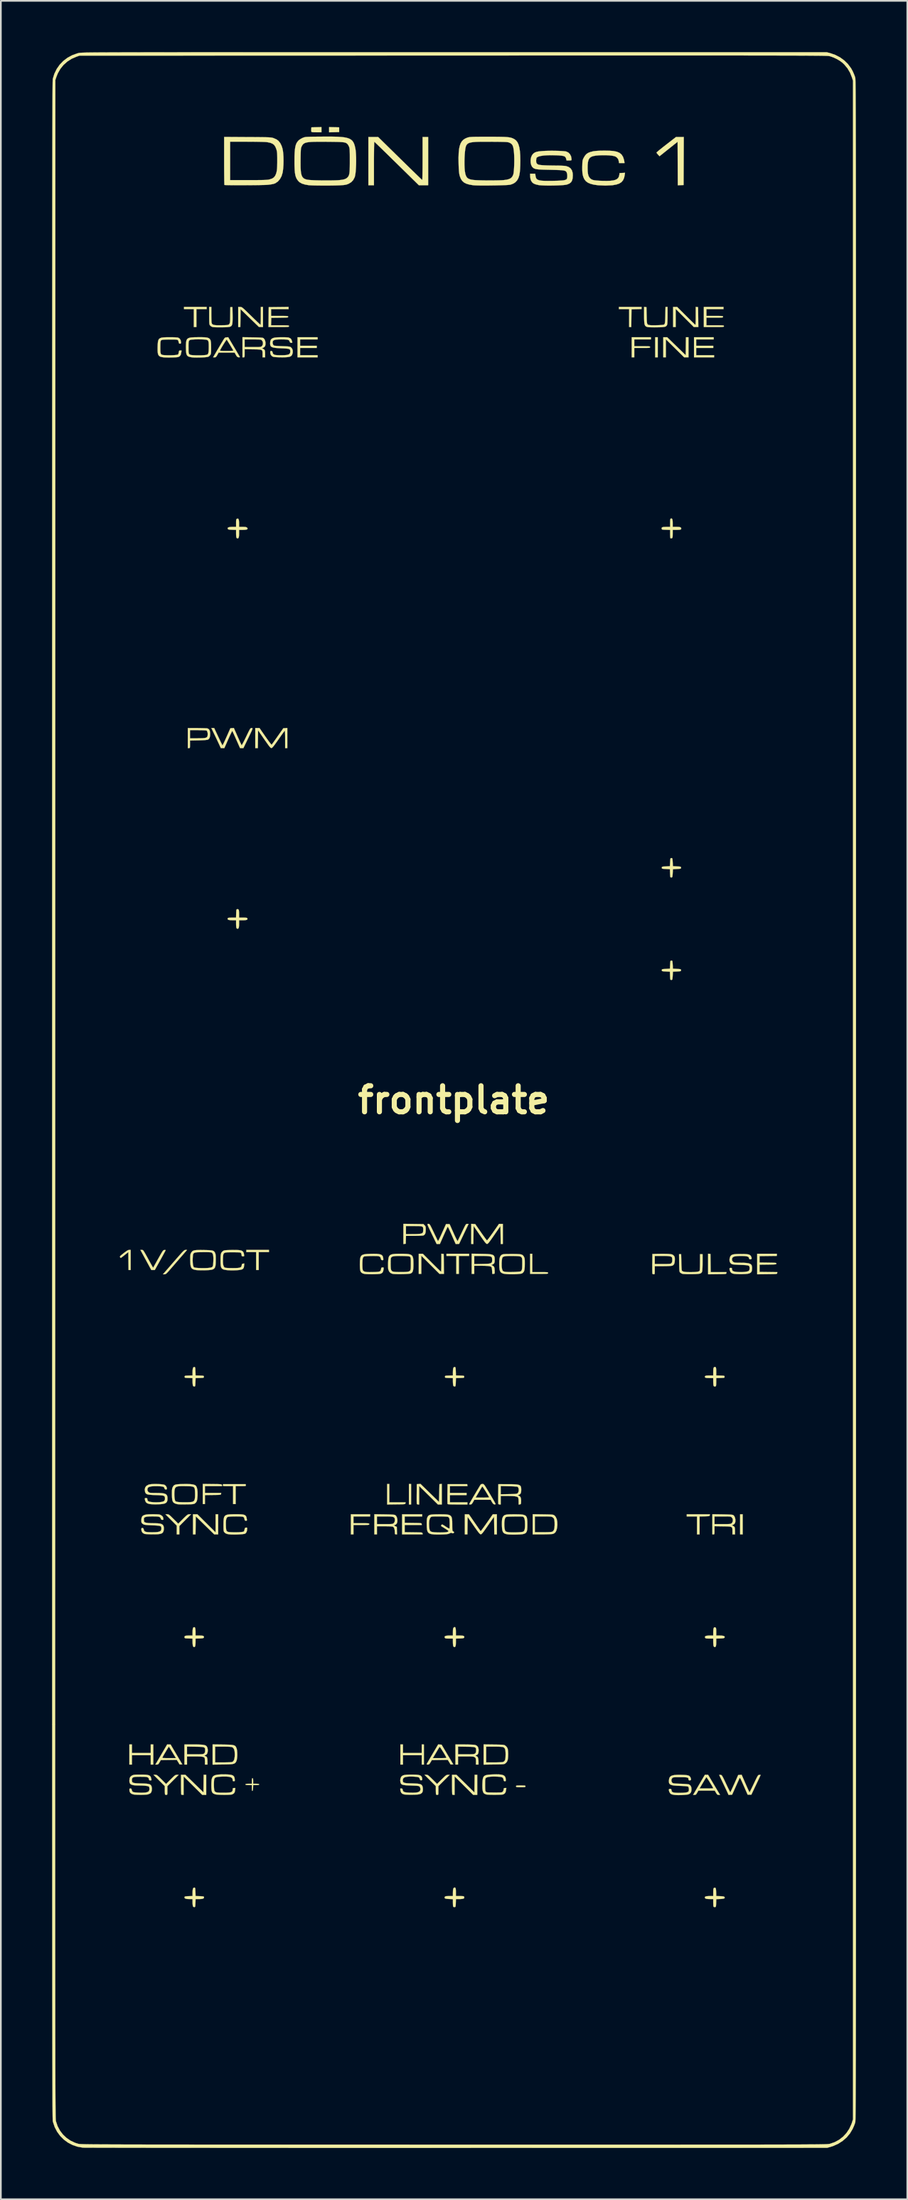
<source format=kicad_pcb>
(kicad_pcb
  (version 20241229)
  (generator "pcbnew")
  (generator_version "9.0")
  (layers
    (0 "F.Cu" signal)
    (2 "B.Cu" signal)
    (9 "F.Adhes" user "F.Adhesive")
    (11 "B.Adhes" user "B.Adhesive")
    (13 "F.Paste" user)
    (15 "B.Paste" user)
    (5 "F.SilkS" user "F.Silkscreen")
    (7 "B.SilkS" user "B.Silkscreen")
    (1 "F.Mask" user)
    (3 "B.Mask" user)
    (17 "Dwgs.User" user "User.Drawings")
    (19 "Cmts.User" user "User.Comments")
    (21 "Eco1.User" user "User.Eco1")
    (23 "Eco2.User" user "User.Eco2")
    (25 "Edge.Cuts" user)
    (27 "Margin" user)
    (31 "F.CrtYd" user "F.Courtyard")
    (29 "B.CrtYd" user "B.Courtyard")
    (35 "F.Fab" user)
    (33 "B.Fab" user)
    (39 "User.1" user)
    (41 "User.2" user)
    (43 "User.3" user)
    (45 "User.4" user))
  (footprint "frontplate"
    (layer "F.Cu")
    (at 23.529 61.343)
    (property "Reference" "frontplate" (at 0 0 0) (layer "F.SilkS") (effects (font (size 1.524 1.524) (thickness 0.3))))
    (attr through_hole)
    (fp_poly (pts (xy -2.5 23.675) (xy -2.625 23.675) (xy -2.625 22.475) (xy -2.5 22.475) (xy -2.5 23.675)) (stroke (width 0.01) (type solid)) (fill yes) (layer "F.SilkS"))
    (fp_poly (pts (xy 11.95 -43.475) (xy 11.8 -43.475) (xy 11.8 -44.65) (xy 11.95 -44.65) (xy 11.95 -43.475)) (stroke (width 0.01) (type solid)) (fill yes) (layer "F.SilkS"))
    (fp_poly (pts (xy 16.925 25.425) (xy 16.775 25.425) (xy 16.775 24.25) (xy 16.925 24.25) (xy 16.925 25.425)) (stroke (width 0.01) (type solid)) (fill yes) (layer "F.SilkS"))
    (fp_poly (pts (xy -7.006 -56.945) (xy -6.713 -56.938) (xy -6.713 -56.663) (xy -7.3 -56.648) (xy -7.3 -56.952) (xy -7.006 -56.945)) (stroke (width 0.01) (type solid)) (fill yes) (layer "F.SilkS"))
    (fp_poly (pts (xy -14.475 -46.3) (xy -15.075 -46.3) (xy -15.075 -45.25) (xy -15.225 -45.25) (xy -15.225 -46.3) (xy -15.8 -46.3) (xy -15.8 -46.425) (xy -14.475 -46.425) (xy -14.475 -46.3)) (stroke (width 0.01) (type solid)) (fill yes) (layer "F.SilkS"))
    (fp_poly (pts (xy -10.825 8.9) (xy -11.425 8.9) (xy -11.425 9.95) (xy -11.575 9.95) (xy -11.575 8.9) (xy -12.15 8.9) (xy -12.15 8.775) (xy -10.825 8.775) (xy -10.825 8.9)) (stroke (width 0.01) (type solid)) (fill yes) (layer "F.SilkS"))
    (fp_poly (pts (xy 0.9 9.125) (xy 0.3 9.125) (xy 0.3 10.175) (xy 0.15 10.175) (xy 0.15 9.125) (xy -0.425 9.125) (xy -0.425 9) (xy 0.9 9) (xy 0.9 9.125)) (stroke (width 0.01) (type solid)) (fill yes) (layer "F.SilkS"))
    (fp_poly (pts (xy 11 -46.302) (xy 10.706 -46.295) (xy 10.412 -46.288) (xy 10.406 -45.769) (xy 10.399 -45.25) (xy 10.275 -45.25) (xy 10.275 -46.3) (xy 9.675 -46.3) (xy 9.675 -46.425) (xy 11 -46.425) (xy 11 -46.302)) (stroke (width 0.01) (type solid)) (fill yes) (layer "F.SilkS"))
    (fp_poly (pts (xy -18.85 38.225) (xy -17.75 38.225) (xy -17.75 37.725) (xy -17.6 37.725) (xy -17.6 38.9) (xy -17.75 38.9) (xy -17.75 38.35) (xy -18.85 38.35) (xy -18.85 38.9) (xy -19 38.9) (xy -19 37.725) (xy -18.85 37.725) (xy -18.85 38.225)) (stroke (width 0.01) (type solid)) (fill yes) (layer "F.SilkS"))
    (fp_poly (pts (xy -14.484 24.78) (xy -13.95 25.31) (xy -13.95 24.25) (xy -13.8 24.25) (xy -13.8 25.425) (xy -14.031 25.425) (xy -15.113 24.366) (xy -15.119 24.896) (xy -15.126 25.425) (xy -15.275 25.425) (xy -15.275 24.25) (xy -15.017 24.25) (xy -14.484 24.78)) (stroke (width 0.01) (type solid)) (fill yes) (layer "F.SilkS"))
    (fp_poly (pts (xy -7.975 -44.525) (xy -9 -44.525) (xy -9 -44.15) (xy -8.025 -44.15) (xy -8.025 -44.025) (xy -9 -44.025) (xy -9 -43.6) (xy -7.975 -43.6) (xy -7.975 -43.475) (xy -9.15 -43.475) (xy -9.15 -44.65) (xy -7.975 -44.65) (xy -7.975 -44.525)) (stroke (width 0.01) (type solid)) (fill yes) (layer "F.SilkS"))
    (fp_poly (pts (xy -2.975 38.225) (xy -1.875 38.225) (xy -1.875 37.725) (xy -1.75 37.725) (xy -1.75 38.9) (xy -1.875 38.9) (xy -1.875 38.35) (xy -2.975 38.35) (xy -2.975 38.9) (xy -3.125 38.9) (xy -3.125 37.725) (xy -2.975 37.725) (xy -2.975 38.225)) (stroke (width 0.01) (type solid)) (fill yes) (layer "F.SilkS"))
    (fp_poly (pts (xy 15.225 -44.525) (xy 14.2 -44.525) (xy 14.2 -44.15) (xy 15.2 -44.15) (xy 15.2 -44.025) (xy 14.2 -44.025) (xy 14.2 -43.6) (xy 15.25 -43.6) (xy 15.25 -43.475) (xy 14.075 -43.475) (xy 14.075 -44.65) (xy 15.225 -44.65) (xy 15.225 -44.525)) (stroke (width 0.01) (type solid)) (fill yes) (layer "F.SilkS"))
    (fp_poly (pts (xy -7.75 -56.65) (xy -8.038 -56.65) (xy -8.17 -56.651) (xy -8.259 -56.656) (xy -8.312 -56.665) (xy -8.337 -56.679) (xy -8.34 -56.685) (xy -8.346 -56.73) (xy -8.347 -56.802) (xy -8.345 -56.828) (xy -8.338 -56.938) (xy -8.044 -56.945) (xy -7.75 -56.952) (xy -7.75 -56.65)) (stroke (width 0.01) (type solid)) (fill yes) (layer "F.SilkS"))
    (fp_poly (pts (xy 13.046 -44.124) (xy 13.588 -43.599) (xy 13.594 -44.124) (xy 13.601 -44.65) (xy 13.75 -44.65) (xy 13.75 -43.475) (xy 13.498 -43.475) (xy 12.962 -44.004) (xy 12.425 -44.532) (xy 12.425 -43.475) (xy 12.275 -43.475) (xy 12.275 -44.65) (xy 12.504 -44.65) (xy 13.046 -44.124)) (stroke (width 0.01) (type solid)) (fill yes) (layer "F.SilkS"))
    (fp_poly (pts (xy -3.775 23.55) (xy -2.822 23.55) (xy -2.83 23.606) (xy -2.833 23.625) (xy -2.843 23.639) (xy -2.864 23.649) (xy -2.905 23.656) (xy -2.97 23.661) (xy -3.066 23.665) (xy -3.199 23.667) (xy -3.369 23.669) (xy -3.9 23.676) (xy -3.9 22.475) (xy -3.775 22.475) (xy -3.775 23.55)) (stroke (width 0.01) (type solid)) (fill yes) (layer "F.SilkS"))
    (fp_poly (pts (xy 14.995 24.306) (xy 14.99 24.33) (xy 14.975 24.347) (xy 14.942 24.357) (xy 14.882 24.363) (xy 14.788 24.367) (xy 14.694 24.37) (xy 14.4 24.377) (xy 14.4 25.425) (xy 14.25 25.425) (xy 14.25 24.375) (xy 13.65 24.375) (xy 13.65 24.25) (xy 15.003 24.25) (xy 14.995 24.306)) (stroke (width 0.01) (type solid)) (fill yes) (layer "F.SilkS"))
    (fp_poly (pts (xy 15.037 9.012) (xy 15.051 10.075) (xy 15.978 10.075) (xy 15.97 10.131) (xy 15.967 10.15) (xy 15.957 10.164) (xy 15.936 10.174) (xy 15.895 10.181) (xy 15.83 10.186) (xy 15.734 10.19) (xy 15.601 10.192) (xy 15.431 10.194) (xy 14.9 10.201) (xy 14.9 8.997) (xy 15.037 9.012)) (stroke (width 0.01) (type solid)) (fill yes) (layer "F.SilkS"))
    (fp_poly (pts (xy 1.212 40.538) (xy 1.226 39.5) (xy 1.375 39.5) (xy 1.375 40.675) (xy 1.14 40.675) (xy 0.595 40.132) (xy 0.05 39.589) (xy 0.05 40.675) (xy -0.008 40.675) (xy -0.061 40.669) (xy -0.083 40.658) (xy -0.088 40.63) (xy -0.092 40.558) (xy -0.096 40.451) (xy -0.098 40.316) (xy -0.1 40.16) (xy -0.1 40.071) (xy -0.1 39.5) (xy 0.158 39.5) (xy 1.212 40.538)) (stroke (width 0.01) (type solid)) (fill yes) (layer "F.SilkS"))
    (fp_poly (pts (xy -15.191 40.015) (xy -14.662 40.53) (xy -14.649 39.5) (xy -14.5 39.5) (xy -14.5 40.675) (xy -14.731 40.675) (xy -15.278 40.133) (xy -15.825 39.591) (xy -15.825 40.675) (xy -15.883 40.675) (xy -15.936 40.669) (xy -15.958 40.658) (xy -15.963 40.63) (xy -15.967 40.558) (xy -15.971 40.451) (xy -15.973 40.316) (xy -15.975 40.16) (xy -15.975 40.071) (xy -15.975 39.5) (xy -15.72 39.5) (xy -15.191 40.015)) (stroke (width 0.01) (type solid)) (fill yes) (layer "F.SilkS"))
    (fp_poly (pts (xy -12.18 22.544) (xy -12.178 22.567) (xy -12.186 22.583) (xy -12.212 22.593) (xy -12.265 22.598) (xy -12.351 22.6) (xy -12.473 22.6) (xy -12.775 22.6) (xy -12.775 23.65) (xy -12.925 23.65) (xy -12.925 22.6) (xy -13.227 22.6) (xy -13.354 22.6) (xy -13.438 22.598) (xy -13.489 22.593) (xy -13.515 22.583) (xy -13.522 22.567) (xy -13.52 22.544) (xy -13.512 22.488) (xy -12.188 22.488) (xy -12.18 22.544)) (stroke (width 0.01) (type solid)) (fill yes) (layer "F.SilkS"))
    (fp_poly (pts (xy 13.463 -53.562) (xy 13.294 -53.555) (xy 13.125 -53.548) (xy 13.119 -54.821) (xy 13.113 -56.095) (xy 12.583 -55.671) (xy 12.053 -55.248) (xy 11.965 -55.343) (xy 11.914 -55.401) (xy 11.883 -55.447) (xy 11.877 -55.462) (xy 11.896 -55.484) (xy 11.95 -55.531) (xy 12.033 -55.601) (xy 12.142 -55.689) (xy 12.27 -55.791) (xy 12.414 -55.903) (xy 12.45 -55.931) (xy 13.022 -56.375) (xy 13.475 -56.375) (xy 13.463 -53.562)) (stroke (width 0.01) (type solid)) (fill yes) (layer "F.SilkS"))
    (fp_poly (pts (xy -0.7 23.675) (xy -0.927 23.675) (xy -1.476 23.134) (xy -2.025 22.593) (xy -2.025 23.675) (xy -2.088 23.675) (xy -2.141 23.664) (xy -2.164 23.643) (xy -2.167 23.61) (xy -2.169 23.534) (xy -2.171 23.424) (xy -2.171 23.286) (xy -2.17 23.129) (xy -2.169 23.049) (xy -2.163 22.488) (xy -2.056 22.48) (xy -1.949 22.472) (xy -1.406 23) (xy -0.863 23.528) (xy -0.838 22.488) (xy -0.7 22.472) (xy -0.7 23.675)) (stroke (width 0.01) (type solid)) (fill yes) (layer "F.SilkS"))
    (fp_poly (pts (xy 4.6 10.075) (xy 5.062 10.075) (xy 5.225 10.075) (xy 5.344 10.076) (xy 5.427 10.079) (xy 5.479 10.084) (xy 5.509 10.093) (xy 5.522 10.105) (xy 5.525 10.122) (xy 5.525 10.125) (xy 5.523 10.142) (xy 5.513 10.154) (xy 5.489 10.163) (xy 5.444 10.169) (xy 5.373 10.172) (xy 5.268 10.174) (xy 5.124 10.175) (xy 5 10.175) (xy 4.475 10.175) (xy 4.475 9) (xy 4.6 9) (xy 4.6 10.075)) (stroke (width 0.01) (type solid)) (fill yes) (layer "F.SilkS"))
    (fp_poly (pts (xy -18.925 9.95) (xy -19.049 9.95) (xy -19.056 9.425) (xy -19.062 8.9) (xy -19.283 9.077) (xy -19.371 9.147) (xy -19.443 9.202) (xy -19.492 9.237) (xy -19.509 9.246) (xy -19.527 9.222) (xy -19.546 9.196) (xy -19.555 9.175) (xy -19.546 9.15) (xy -19.515 9.114) (xy -19.456 9.062) (xy -19.364 8.988) (xy -19.335 8.965) (xy -19.223 8.88) (xy -19.141 8.823) (xy -19.079 8.79) (xy -19.03 8.776) (xy -19.009 8.775) (xy -18.925 8.775) (xy -18.925 9.95)) (stroke (width 0.01) (type solid)) (fill yes) (layer "F.SilkS"))
    (fp_poly (pts (xy -16.747 24.252) (xy -16.71 24.262) (xy -16.669 24.285) (xy -16.618 24.325) (xy -16.549 24.39) (xy -16.455 24.483) (xy -16.412 24.525) (xy -16.138 24.8) (xy -15.863 24.525) (xy -15.757 24.42) (xy -15.679 24.346) (xy -15.621 24.297) (xy -15.578 24.268) (xy -15.54 24.254) (xy -15.502 24.25) (xy -15.487 24.25) (xy -15.388 24.25) (xy -15.732 24.594) (xy -16.075 24.938) (xy -16.075 25.425) (xy -16.225 25.425) (xy -16.225 24.913) (xy -16.887 24.25) (xy -16.787 24.25) (xy -16.747 24.252)) (stroke (width 0.01) (type solid)) (fill yes) (layer "F.SilkS"))
    (fp_poly (pts (xy -0.588 9.012) (xy -0.581 9.594) (xy -0.574 10.175) (xy -0.837 10.175) (xy -1.9 9.113) (xy -1.9 10.175) (xy -2.05 10.175) (xy -2.05 9) (xy -1.812 9) (xy -1.288 9.525) (xy -1.155 9.657) (xy -1.033 9.778) (xy -0.927 9.881) (xy -0.841 9.964) (xy -0.779 10.021) (xy -0.747 10.048) (xy -0.744 10.05) (xy -0.738 10.026) (xy -0.733 9.96) (xy -0.729 9.858) (xy -0.726 9.728) (xy -0.725 9.577) (xy -0.725 9.523) (xy -0.725 8.997) (xy -0.588 9.012)) (stroke (width 0.01) (type solid)) (fill yes) (layer "F.SilkS"))
    (fp_poly (pts (xy 4.045 40.126) (xy 4.124 40.128) (xy 4.171 40.135) (xy 4.193 40.147) (xy 4.2 40.166) (xy 4.2 40.175) (xy 4.197 40.197) (xy 4.182 40.211) (xy 4.146 40.22) (xy 4.08 40.224) (xy 3.977 40.225) (xy 3.925 40.225) (xy 3.805 40.224) (xy 3.726 40.222) (xy 3.679 40.215) (xy 3.657 40.203) (xy 3.65 40.184) (xy 3.65 40.175) (xy 3.653 40.153) (xy 3.668 40.139) (xy 3.704 40.13) (xy 3.77 40.126) (xy 3.873 40.125) (xy 3.925 40.125) (xy 4.045 40.126)) (stroke (width 0.01) (type solid)) (fill yes) (layer "F.SilkS"))
    (fp_poly (pts (xy 14.312 -46.413) (xy 14.319 -45.831) (xy 14.326 -45.25) (xy 14.063 -45.25) (xy 13 -46.312) (xy 13 -45.25) (xy 12.85 -45.25) (xy 12.85 -46.425) (xy 13.085 -46.425) (xy 13.612 -45.9) (xy 13.745 -45.768) (xy 13.867 -45.648) (xy 13.974 -45.544) (xy 14.06 -45.462) (xy 14.121 -45.404) (xy 14.154 -45.377) (xy 14.157 -45.375) (xy 14.162 -45.399) (xy 14.167 -45.465) (xy 14.171 -45.567) (xy 14.174 -45.697) (xy 14.175 -45.848) (xy 14.175 -45.902) (xy 14.175 -46.428) (xy 14.312 -46.413)) (stroke (width 0.01) (type solid)) (fill yes) (layer "F.SilkS"))
    (fp_poly (pts (xy -4.9 24.375) (xy -5.875 24.375) (xy -5.875 24.775) (xy -5.412 24.775) (xy -5.25 24.775) (xy -5.131 24.776) (xy -5.048 24.779) (xy -4.996 24.784) (xy -4.966 24.793) (xy -4.953 24.805) (xy -4.95 24.822) (xy -4.95 24.825) (xy -4.952 24.843) (xy -4.963 24.855) (xy -4.989 24.864) (xy -5.037 24.87) (xy -5.114 24.873) (xy -5.226 24.875) (xy -5.38 24.875) (xy -5.412 24.875) (xy -5.875 24.875) (xy -5.875 25.425) (xy -6.025 25.425) (xy -6.025 24.25) (xy -4.9 24.25) (xy -4.9 24.375)) (stroke (width 0.01) (type solid)) (fill yes) (layer "F.SilkS"))
    (fp_poly (pts (xy 11.55 -44.525) (xy 10.575 -44.525) (xy 10.575 -44.125) (xy 11.037 -44.125) (xy 11.2 -44.125) (xy 11.319 -44.124) (xy 11.402 -44.121) (xy 11.454 -44.116) (xy 11.484 -44.107) (xy 11.497 -44.095) (xy 11.5 -44.078) (xy 11.5 -44.075) (xy 11.498 -44.057) (xy 11.487 -44.045) (xy 11.461 -44.036) (xy 11.413 -44.03) (xy 11.336 -44.027) (xy 11.224 -44.025) (xy 11.07 -44.025) (xy 11.037 -44.025) (xy 10.575 -44.025) (xy 10.575 -43.475) (xy 10.425 -43.475) (xy 10.425 -44.65) (xy 11.55 -44.65) (xy 11.55 -44.525)) (stroke (width 0.01) (type solid)) (fill yes) (layer "F.SilkS"))
    (fp_poly (pts (xy 0.795 22.544) (xy 0.803 22.6) (xy -0.225 22.6) (xy -0.225 23) (xy 0.75 23) (xy 0.75 23.125) (xy -0.225 23.125) (xy -0.225 23.55) (xy 0.8 23.55) (xy 0.8 23.675) (xy 0.224 23.675) (xy 0.03 23.674) (xy -0.12 23.672) (xy -0.229 23.668) (xy -0.303 23.663) (xy -0.346 23.655) (xy -0.363 23.644) (xy -0.364 23.643) (xy -0.367 23.61) (xy -0.369 23.534) (xy -0.371 23.424) (xy -0.371 23.286) (xy -0.37 23.129) (xy -0.369 23.049) (xy -0.362 22.488) (xy 0.787 22.488) (xy 0.795 22.544)) (stroke (width 0.01) (type solid)) (fill yes) (layer "F.SilkS"))
    (fp_poly (pts (xy -14.144 22.481) (xy -13.963 22.483) (xy -13.827 22.485) (xy -13.728 22.489) (xy -13.661 22.493) (xy -13.618 22.5) (xy -13.595 22.51) (xy -13.584 22.523) (xy -13.58 22.541) (xy -13.58 22.544) (xy -13.572 22.6) (xy -14.575 22.6) (xy -14.575 23) (xy -13.622 23) (xy -13.63 23.056) (xy -13.634 23.076) (xy -13.644 23.09) (xy -13.668 23.101) (xy -13.711 23.108) (xy -13.782 23.113) (xy -13.885 23.116) (xy -14.029 23.118) (xy -14.106 23.119) (xy -14.575 23.126) (xy -14.575 23.65) (xy -14.7 23.65) (xy -14.7 22.474) (xy -14.144 22.481)) (stroke (width 0.01) (type solid)) (fill yes) (layer "F.SilkS"))
    (fp_poly (pts (xy -1.85 24.375) (xy -2.875 24.375) (xy -2.875 24.749) (xy -2.381 24.756) (xy -2.213 24.758) (xy -2.088 24.761) (xy -1.999 24.764) (xy -1.941 24.77) (xy -1.906 24.778) (xy -1.889 24.79) (xy -1.882 24.806) (xy -1.88 24.819) (xy -1.872 24.875) (xy -2.875 24.875) (xy -2.875 25.299) (xy -2.356 25.306) (xy -2.183 25.308) (xy -2.053 25.311) (xy -1.961 25.314) (xy -1.899 25.319) (xy -1.861 25.327) (xy -1.841 25.338) (xy -1.833 25.352) (xy -1.83 25.369) (xy -1.822 25.425) (xy -3.025 25.425) (xy -3.025 24.25) (xy -1.85 24.25) (xy -1.85 24.375)) (stroke (width 0.01) (type solid)) (fill yes) (layer "F.SilkS"))
    (fp_poly (pts (xy -15.942 9.144) (xy -16.07 9.291) (xy -16.214 9.457) (xy -16.359 9.625) (xy -16.494 9.78) (xy -16.56 9.856) (xy -16.667 9.979) (xy -16.748 10.068) (xy -16.807 10.13) (xy -16.852 10.169) (xy -16.887 10.19) (xy -16.919 10.199) (xy -16.946 10.2) (xy -17.034 10.2) (xy -16.984 10.144) (xy -16.956 10.112) (xy -16.899 10.047) (xy -16.818 9.954) (xy -16.717 9.838) (xy -16.6 9.703) (xy -16.471 9.554) (xy -16.364 9.431) (xy -16.212 9.256) (xy -16.089 9.115) (xy -15.99 9.005) (xy -15.914 8.921) (xy -15.855 8.861) (xy -15.81 8.82) (xy -15.776 8.794) (xy -15.749 8.781) (xy -15.724 8.776) (xy -15.708 8.775) (xy -15.622 8.775) (xy -15.942 9.144)) (stroke (width 0.01) (type solid)) (fill yes) (layer "F.SilkS"))
    (fp_poly (pts (xy -12.484 -46.424) (xy -12.455 -46.42) (xy -12.423 -46.407) (xy -12.385 -46.384) (xy -12.336 -46.345) (xy -12.271 -46.287) (xy -12.186 -46.208) (xy -12.076 -46.102) (xy -11.937 -45.967) (xy -11.868 -45.9) (xy -11.733 -45.768) (xy -11.609 -45.649) (xy -11.501 -45.546) (xy -11.414 -45.463) (xy -11.351 -45.406) (xy -11.319 -45.377) (xy -11.315 -45.375) (xy -11.311 -45.399) (xy -11.307 -45.465) (xy -11.303 -45.567) (xy -11.301 -45.697) (xy -11.3 -45.848) (xy -11.3 -45.9) (xy -11.3 -46.425) (xy -11.175 -46.425) (xy -11.175 -45.25) (xy -11.294 -45.251) (xy -11.412 -45.253) (xy -12.488 -46.297) (xy -12.494 -45.774) (xy -12.501 -45.25) (xy -12.625 -45.25) (xy -12.625 -46.425) (xy -12.516 -46.425) (xy -12.484 -46.424)) (stroke (width 0.01) (type solid)) (fill yes) (layer "F.SilkS"))
    (fp_poly (pts (xy -17.447 39.502) (xy -17.41 39.512) (xy -17.369 39.536) (xy -17.316 39.578) (xy -17.245 39.644) (xy -17.149 39.739) (xy -17.119 39.768) (xy -16.85 40.037) (xy -16.581 39.768) (xy -16.476 39.665) (xy -16.4 39.592) (xy -16.343 39.545) (xy -16.3 39.517) (xy -16.262 39.504) (xy -16.223 39.5) (xy -16.212 39.5) (xy -16.113 39.5) (xy -16.444 39.832) (xy -16.775 40.163) (xy -16.775 40.419) (xy -16.775 40.534) (xy -16.778 40.608) (xy -16.785 40.65) (xy -16.799 40.67) (xy -16.82 40.675) (xy -16.833 40.675) (xy -16.886 40.669) (xy -16.908 40.658) (xy -16.916 40.628) (xy -16.921 40.559) (xy -16.924 40.464) (xy -16.925 40.402) (xy -16.925 40.163) (xy -17.587 39.5) (xy -17.488 39.5) (xy -17.447 39.502)) (stroke (width 0.01) (type solid)) (fill yes) (layer "F.SilkS"))
    (fp_poly (pts (xy -1.572 39.502) (xy -1.535 39.512) (xy -1.494 39.536) (xy -1.441 39.578) (xy -1.37 39.644) (xy -1.274 39.739) (xy -1.244 39.768) (xy -0.975 40.037) (xy -0.706 39.768) (xy -0.601 39.665) (xy -0.525 39.592) (xy -0.468 39.545) (xy -0.425 39.517) (xy -0.387 39.504) (xy -0.348 39.5) (xy -0.337 39.5) (xy -0.238 39.5) (xy -0.569 39.832) (xy -0.9 40.163) (xy -0.9 40.419) (xy -0.9 40.534) (xy -0.903 40.608) (xy -0.91 40.65) (xy -0.924 40.67) (xy -0.945 40.675) (xy -0.958 40.675) (xy -1.011 40.669) (xy -1.033 40.658) (xy -1.041 40.628) (xy -1.046 40.559) (xy -1.049 40.464) (xy -1.05 40.402) (xy -1.05 40.163) (xy -1.712 39.5) (xy -1.613 39.5) (xy -1.572 39.502)) (stroke (width 0.01) (type solid)) (fill yes) (layer "F.SilkS"))
    (fp_poly (pts (xy 18.925 9.124) (xy 17.913 9.137) (xy 17.913 9.512) (xy 18.406 9.519) (xy 18.575 9.522) (xy 18.7 9.525) (xy 18.788 9.529) (xy 18.846 9.534) (xy 18.879 9.542) (xy 18.895 9.554) (xy 18.9 9.569) (xy 18.9 9.575) (xy 18.898 9.592) (xy 18.886 9.604) (xy 18.86 9.613) (xy 18.811 9.62) (xy 18.734 9.624) (xy 18.622 9.627) (xy 18.469 9.63) (xy 18.406 9.631) (xy 17.913 9.637) (xy 17.913 10.062) (xy 18.433 10.069) (xy 18.953 10.076) (xy 18.945 10.132) (xy 18.942 10.149) (xy 18.933 10.163) (xy 18.912 10.173) (xy 18.874 10.18) (xy 18.812 10.185) (xy 18.72 10.189) (xy 18.592 10.191) (xy 18.423 10.193) (xy 18.356 10.194) (xy 17.775 10.201) (xy 17.775 9) (xy 18.925 9) (xy 18.925 9.124)) (stroke (width 0.01) (type solid)) (fill yes) (layer "F.SilkS"))
    (fp_poly (pts (xy -11.766 39.711) (xy -11.755 39.75) (xy -11.75 39.826) (xy -11.75 39.862) (xy -11.75 40.025) (xy -11.575 40.025) (xy -11.48 40.027) (xy -11.426 40.035) (xy -11.403 40.051) (xy -11.4 40.062) (xy -11.41 40.083) (xy -11.447 40.095) (xy -11.521 40.099) (xy -11.574 40.1) (xy -11.748 40.1) (xy -11.755 40.267) (xy -11.764 40.368) (xy -11.78 40.429) (xy -11.794 40.444) (xy -11.811 40.435) (xy -11.821 40.39) (xy -11.825 40.304) (xy -11.825 40.277) (xy -11.825 40.1) (xy -12.012 40.1) (xy -12.111 40.098) (xy -12.169 40.091) (xy -12.196 40.077) (xy -12.2 40.062) (xy -12.19 40.043) (xy -12.155 40.031) (xy -12.084 40.026) (xy -12.012 40.025) (xy -11.825 40.025) (xy -11.825 39.862) (xy -11.822 39.771) (xy -11.814 39.721) (xy -11.796 39.701) (xy -11.787 39.7) (xy -11.766 39.711)) (stroke (width 0.01) (type solid)) (fill yes) (layer "F.SilkS"))
    (fp_poly (pts (xy 1.259 7.263) (xy 1.589 7.737) (xy 1.684 7.872) (xy 1.771 7.993) (xy 1.844 8.094) (xy 1.901 8.169) (xy 1.936 8.211) (xy 1.944 8.219) (xy 1.965 8.202) (xy 2.01 8.149) (xy 2.074 8.066) (xy 2.154 7.958) (xy 2.246 7.831) (xy 2.311 7.739) (xy 2.652 7.25) (xy 2.875 7.25) (xy 2.875 8.425) (xy 2.751 8.425) (xy 2.744 7.898) (xy 2.737 7.372) (xy 2.375 7.897) (xy 2.261 8.061) (xy 2.171 8.188) (xy 2.102 8.282) (xy 2.05 8.348) (xy 2.01 8.391) (xy 1.98 8.414) (xy 1.956 8.422) (xy 1.95 8.423) (xy 1.927 8.418) (xy 1.899 8.399) (xy 1.863 8.363) (xy 1.815 8.305) (xy 1.752 8.22) (xy 1.669 8.104) (xy 1.563 7.952) (xy 1.525 7.897) (xy 1.163 7.371) (xy 1.156 7.898) (xy 1.149 8.425) (xy 1.025 8.425) (xy 1.025 7.247) (xy 1.259 7.263)) (stroke (width 0.01) (type solid)) (fill yes) (layer "F.SilkS"))
    (fp_poly (pts (xy 2.525 25.425) (xy 2.376 25.425) (xy 2.369 24.907) (xy 2.362 24.389) (xy 2.001 24.908) (xy 1.889 25.069) (xy 1.801 25.193) (xy 1.733 25.284) (xy 1.682 25.348) (xy 1.644 25.389) (xy 1.616 25.412) (xy 1.592 25.42) (xy 1.577 25.42) (xy 1.551 25.41) (xy 1.518 25.383) (xy 1.474 25.335) (xy 1.415 25.261) (xy 1.339 25.157) (xy 1.24 25.018) (xy 1.163 24.907) (xy 0.812 24.401) (xy 0.806 24.913) (xy 0.799 25.425) (xy 0.65 25.425) (xy 0.65 24.25) (xy 0.769 24.251) (xy 0.887 24.252) (xy 1.224 24.74) (xy 1.32 24.878) (xy 1.406 25.002) (xy 1.478 25.105) (xy 1.534 25.183) (xy 1.568 25.228) (xy 1.576 25.238) (xy 1.594 25.221) (xy 1.637 25.169) (xy 1.699 25.086) (xy 1.778 24.978) (xy 1.868 24.851) (xy 1.94 24.749) (xy 2.288 24.251) (xy 2.406 24.25) (xy 2.525 24.25) (xy 2.525 25.425)) (stroke (width 0.01) (type solid)) (fill yes) (layer "F.SilkS"))
    (fp_poly (pts (xy 15.8 -46.3) (xy 14.8 -46.3) (xy 14.8 -45.9) (xy 15.287 -45.9) (xy 15.455 -45.9) (xy 15.579 -45.899) (xy 15.666 -45.896) (xy 15.722 -45.891) (xy 15.755 -45.884) (xy 15.77 -45.873) (xy 15.775 -45.857) (xy 15.775 -45.85) (xy 15.773 -45.833) (xy 15.763 -45.82) (xy 15.737 -45.811) (xy 15.691 -45.805) (xy 15.616 -45.802) (xy 15.507 -45.8) (xy 15.357 -45.8) (xy 15.287 -45.8) (xy 14.8 -45.8) (xy 14.8 -45.35) (xy 15.312 -45.35) (xy 15.485 -45.35) (xy 15.613 -45.349) (xy 15.705 -45.346) (xy 15.765 -45.342) (xy 15.801 -45.335) (xy 15.819 -45.325) (xy 15.824 -45.31) (xy 15.825 -45.3) (xy 15.823 -45.284) (xy 15.814 -45.272) (xy 15.791 -45.263) (xy 15.75 -45.257) (xy 15.682 -45.253) (xy 15.584 -45.251) (xy 15.448 -45.25) (xy 15.269 -45.25) (xy 15.238 -45.25) (xy 14.65 -45.25) (xy 14.65 -46.425) (xy 15.8 -46.425) (xy 15.8 -46.3)) (stroke (width 0.01) (type solid)) (fill yes) (layer "F.SilkS"))
    (fp_poly (pts (xy -9.675 -46.3) (xy -10.7 -46.3) (xy -10.7 -45.9) (xy -10.2 -45.9) (xy -10.03 -45.9) (xy -9.904 -45.899) (xy -9.815 -45.896) (xy -9.756 -45.892) (xy -9.722 -45.884) (xy -9.705 -45.874) (xy -9.7 -45.859) (xy -9.7 -45.851) (xy -9.702 -45.834) (xy -9.713 -45.821) (xy -9.739 -45.812) (xy -9.787 -45.805) (xy -9.864 -45.801) (xy -9.974 -45.798) (xy -10.126 -45.795) (xy -10.194 -45.794) (xy -10.688 -45.788) (xy -10.695 -45.569) (xy -10.702 -45.35) (xy -10.176 -45.35) (xy -10.001 -45.35) (xy -9.87 -45.349) (xy -9.777 -45.347) (xy -9.714 -45.342) (xy -9.676 -45.336) (xy -9.657 -45.326) (xy -9.651 -45.312) (xy -9.65 -45.3) (xy -9.652 -45.284) (xy -9.661 -45.272) (xy -9.683 -45.263) (xy -9.725 -45.257) (xy -9.791 -45.253) (xy -9.888 -45.251) (xy -10.022 -45.25) (xy -10.199 -45.25) (xy -10.25 -45.25) (xy -10.851 -45.25) (xy -10.838 -46.413) (xy -9.675 -46.426) (xy -9.675 -46.3)) (stroke (width 0.01) (type solid)) (fill yes) (layer "F.SilkS"))
    (fp_poly (pts (xy -12.611 -34.011) (xy -12.587 -33.942) (xy -12.576 -33.827) (xy -12.575 -33.761) (xy -12.575 -33.55) (xy -12.364 -33.55) (xy -12.248 -33.547) (xy -12.172 -33.538) (xy -12.126 -33.52) (xy -12.114 -33.511) (xy -12.077 -33.459) (xy -12.085 -33.42) (xy -12.138 -33.393) (xy -12.238 -33.379) (xy -12.355 -33.375) (xy -12.575 -33.375) (xy -12.575 -33.155) (xy -12.579 -33.027) (xy -12.592 -32.942) (xy -12.616 -32.894) (xy -12.653 -32.876) (xy -12.662 -32.875) (xy -12.703 -32.891) (xy -12.72 -32.905) (xy -12.736 -32.948) (xy -12.746 -33.033) (xy -12.75 -33.154) (xy -12.75 -33.373) (xy -12.979 -33.38) (xy -13.091 -33.385) (xy -13.165 -33.394) (xy -13.208 -33.408) (xy -13.232 -33.429) (xy -13.235 -33.433) (xy -13.246 -33.482) (xy -13.211 -33.517) (xy -13.129 -33.54) (xy -12.999 -33.55) (xy -12.958 -33.55) (xy -12.75 -33.55) (xy -12.75 -33.774) (xy -12.749 -33.883) (xy -12.744 -33.953) (xy -12.732 -33.994) (xy -12.713 -34.017) (xy -12.702 -34.024) (xy -12.649 -34.038) (xy -12.611 -34.011)) (stroke (width 0.01) (type solid)) (fill yes) (layer "F.SilkS"))
    (fp_poly (pts (xy -3.15 -55.119) (xy -2.939 -54.912) (xy -2.738 -54.716) (xy -2.551 -54.533) (xy -2.379 -54.366) (xy -2.226 -54.217) (xy -2.095 -54.09) (xy -1.989 -53.988) (xy -1.91 -53.913) (xy -1.862 -53.867) (xy -1.847 -53.854) (xy -1.842 -53.877) (xy -1.838 -53.945) (xy -1.835 -54.054) (xy -1.832 -54.2) (xy -1.829 -54.379) (xy -1.827 -54.585) (xy -1.826 -54.815) (xy -1.825 -55.064) (xy -1.825 -55.11) (xy -1.825 -56.375) (xy -1.5 -56.375) (xy -1.5 -53.55) (xy -2.044 -53.55) (xy -3.337 -54.819) (xy -3.549 -55.026) (xy -3.751 -55.224) (xy -3.939 -55.408) (xy -4.112 -55.576) (xy -4.266 -55.726) (xy -4.398 -55.854) (xy -4.506 -55.958) (xy -4.586 -56.035) (xy -4.636 -56.081) (xy -4.653 -56.096) (xy -4.657 -56.073) (xy -4.662 -56.005) (xy -4.665 -55.893) (xy -4.669 -55.744) (xy -4.671 -55.56) (xy -4.673 -55.345) (xy -4.675 -55.102) (xy -4.675 -54.837) (xy -4.675 -53.55) (xy -5 -53.55) (xy -5 -56.375) (xy -4.431 -56.375) (xy -3.15 -55.119)) (stroke (width 0.01) (type solid)) (fill yes) (layer "F.SilkS"))
    (fp_poly (pts (xy -2.363 7.255) (xy -1.776 7.263) (xy -1.708 7.331) (xy -1.672 7.372) (xy -1.651 7.414) (xy -1.642 7.475) (xy -1.639 7.567) (xy -1.639 7.583) (xy -1.646 7.723) (xy -1.671 7.823) (xy -1.716 7.89) (xy -1.766 7.922) (xy -1.816 7.933) (xy -1.911 7.941) (xy -2.046 7.947) (xy -2.217 7.95) (xy -2.313 7.95) (xy -2.798 7.95) (xy -2.812 8.412) (xy -2.881 8.42) (xy -2.95 8.428) (xy -2.95 7.375) (xy -2.8 7.375) (xy -2.8 7.85) (xy -2.419 7.849) (xy -2.277 7.848) (xy -2.146 7.844) (xy -2.036 7.837) (xy -1.959 7.83) (xy -1.941 7.826) (xy -1.863 7.803) (xy -1.818 7.77) (xy -1.796 7.714) (xy -1.789 7.624) (xy -1.788 7.598) (xy -1.789 7.525) (xy -1.796 7.471) (xy -1.816 7.431) (xy -1.854 7.405) (xy -1.917 7.388) (xy -2.011 7.379) (xy -2.142 7.376) (xy -2.316 7.375) (xy -2.342 7.375) (xy -2.8 7.375) (xy -2.95 7.375) (xy -2.95 7.247) (xy -2.363 7.255)) (stroke (width 0.01) (type solid)) (fill yes) (layer "F.SilkS"))
    (fp_poly (pts (xy 0.08 30.86) (xy 0.107 30.913) (xy 0.121 31.013) (xy 0.125 31.13) (xy 0.125 31.35) (xy 0.347 31.35) (xy 0.463 31.352) (xy 0.538 31.36) (xy 0.583 31.374) (xy 0.602 31.39) (xy 0.621 31.438) (xy 0.608 31.471) (xy 0.585 31.492) (xy 0.539 31.506) (xy 0.461 31.515) (xy 0.354 31.52) (xy 0.125 31.527) (xy 0.125 31.746) (xy 0.121 31.873) (xy 0.109 31.957) (xy 0.085 32.005) (xy 0.048 32.024) (xy 0.033 32.025) (xy -0.003 32.005) (xy -0.024 31.977) (xy -0.036 31.929) (xy -0.046 31.848) (xy -0.05 31.749) (xy -0.05 31.727) (xy -0.05 31.525) (xy -0.274 31.525) (xy -0.383 31.524) (xy -0.453 31.519) (xy -0.494 31.507) (xy -0.517 31.488) (xy -0.524 31.477) (xy -0.538 31.424) (xy -0.511 31.386) (xy -0.442 31.362) (xy -0.327 31.351) (xy -0.261 31.35) (xy -0.05 31.35) (xy -0.05 31.139) (xy -0.047 31.023) (xy -0.038 30.947) (xy -0.02 30.901) (xy -0.011 30.889) (xy 0.041 30.852) (xy 0.08 30.86)) (stroke (width 0.01) (type solid)) (fill yes) (layer "F.SilkS"))
    (fp_poly (pts (xy -18.271 8.775) (xy -18.244 8.776) (xy -18.221 8.783) (xy -18.196 8.8) (xy -18.168 8.834) (xy -18.132 8.888) (xy -18.084 8.969) (xy -18.021 9.081) (xy -17.939 9.229) (xy -17.901 9.299) (xy -17.821 9.445) (xy -17.749 9.575) (xy -17.688 9.683) (xy -17.643 9.763) (xy -17.616 9.809) (xy -17.609 9.818) (xy -17.596 9.795) (xy -17.562 9.736) (xy -17.51 9.644) (xy -17.445 9.528) (xy -17.369 9.392) (xy -17.317 9.3) (xy -17.225 9.137) (xy -17.154 9.013) (xy -17.099 8.921) (xy -17.058 8.858) (xy -17.026 8.818) (xy -16.999 8.794) (xy -16.974 8.783) (xy -16.952 8.78) (xy -16.899 8.779) (xy -16.875 8.787) (xy -16.875 8.788) (xy -16.887 8.813) (xy -16.92 8.876) (xy -16.97 8.97) (xy -17.036 9.091) (xy -17.113 9.232) (xy -17.194 9.377) (xy -17.512 9.95) (xy -17.613 9.95) (xy -17.714 9.95) (xy -17.949 9.519) (xy -18.028 9.373) (xy -18.106 9.231) (xy -18.176 9.102) (xy -18.233 8.998) (xy -18.269 8.931) (xy -18.355 8.775) (xy -18.271 8.775)) (stroke (width 0.01) (type solid)) (fill yes) (layer "F.SilkS"))
    (fp_poly (pts (xy -15.186 46.104) (xy -15.163 46.113) (xy -15.148 46.136) (xy -15.139 46.184) (xy -15.134 46.264) (xy -15.13 46.356) (xy -15.123 46.598) (xy -14.881 46.605) (xy -14.768 46.61) (xy -14.696 46.616) (xy -14.655 46.626) (xy -14.635 46.643) (xy -14.629 46.661) (xy -14.635 46.711) (xy -14.677 46.746) (xy -14.759 46.767) (xy -14.886 46.775) (xy -14.916 46.775) (xy -15.123 46.775) (xy -15.13 47.006) (xy -15.135 47.115) (xy -15.141 47.184) (xy -15.151 47.222) (xy -15.168 47.239) (xy -15.192 47.245) (xy -15.25 47.231) (xy -15.273 47.203) (xy -15.286 47.154) (xy -15.296 47.073) (xy -15.3 46.974) (xy -15.3 46.964) (xy -15.3 46.775) (xy -15.495 46.775) (xy -15.629 46.769) (xy -15.717 46.749) (xy -15.764 46.714) (xy -15.772 46.663) (xy -15.771 46.661) (xy -15.762 46.638) (xy -15.737 46.623) (xy -15.688 46.614) (xy -15.605 46.608) (xy -15.531 46.605) (xy -15.3 46.598) (xy -15.3 46.391) (xy -15.294 46.255) (xy -15.276 46.165) (xy -15.244 46.115) (xy -15.197 46.102) (xy -15.186 46.104)) (stroke (width 0.01) (type solid)) (fill yes) (layer "F.SilkS"))
    (fp_poly (pts (xy -12.634 -11.17) (xy -12.604 -11.148) (xy -12.586 -11.098) (xy -12.578 -11.012) (xy -12.575 -10.894) (xy -12.575 -10.675) (xy -12.34 -10.675) (xy -12.227 -10.674) (xy -12.154 -10.668) (xy -12.112 -10.658) (xy -12.092 -10.64) (xy -12.09 -10.634) (xy -12.083 -10.587) (xy -12.11 -10.555) (xy -12.173 -10.535) (xy -12.279 -10.526) (xy -12.353 -10.525) (xy -12.575 -10.525) (xy -12.575 -10.305) (xy -12.579 -10.177) (xy -12.592 -10.092) (xy -12.616 -10.044) (xy -12.653 -10.026) (xy -12.662 -10.025) (xy -12.703 -10.041) (xy -12.72 -10.055) (xy -12.736 -10.098) (xy -12.746 -10.183) (xy -12.75 -10.305) (xy -12.75 -10.525) (xy -12.972 -10.525) (xy -13.104 -10.53) (xy -13.192 -10.545) (xy -13.238 -10.573) (xy -13.247 -10.614) (xy -13.241 -10.637) (xy -13.224 -10.656) (xy -13.183 -10.667) (xy -13.111 -10.673) (xy -12.998 -10.675) (xy -12.989 -10.675) (xy -12.752 -10.675) (xy -12.745 -10.919) (xy -12.741 -11.031) (xy -12.735 -11.102) (xy -12.726 -11.143) (xy -12.71 -11.162) (xy -12.685 -11.17) (xy -12.678 -11.171) (xy -12.634 -11.17)) (stroke (width 0.01) (type solid)) (fill yes) (layer "F.SilkS"))
    (fp_poly (pts (xy 15.327 30.876) (xy 15.35 30.894) (xy 15.364 30.926) (xy 15.372 30.982) (xy 15.375 31.072) (xy 15.375 31.126) (xy 15.375 31.35) (xy 15.583 31.35) (xy 15.725 31.356) (xy 15.819 31.375) (xy 15.866 31.408) (xy 15.867 31.453) (xy 15.86 31.467) (xy 15.838 31.49) (xy 15.798 31.504) (xy 15.731 31.513) (xy 15.625 31.519) (xy 15.604 31.52) (xy 15.375 31.527) (xy 15.375 31.746) (xy 15.371 31.873) (xy 15.359 31.957) (xy 15.335 32.005) (xy 15.298 32.024) (xy 15.283 32.025) (xy 15.247 32.005) (xy 15.226 31.977) (xy 15.214 31.929) (xy 15.204 31.848) (xy 15.2 31.749) (xy 15.2 31.727) (xy 15.2 31.525) (xy 14.976 31.525) (xy 14.867 31.524) (xy 14.797 31.519) (xy 14.756 31.507) (xy 14.733 31.488) (xy 14.726 31.477) (xy 14.712 31.424) (xy 14.739 31.386) (xy 14.808 31.362) (xy 14.923 31.351) (xy 14.989 31.35) (xy 15.2 31.35) (xy 15.2 31.139) (xy 15.206 31.004) (xy 15.224 30.915) (xy 15.255 30.869) (xy 15.301 30.865) (xy 15.327 30.876)) (stroke (width 0.01) (type solid)) (fill yes) (layer "F.SilkS"))
    (fp_poly (pts (xy -15.154 30.886) (xy -15.135 30.952) (xy -15.126 31.06) (xy -15.125 31.128) (xy -15.125 31.35) (xy -14.903 31.35) (xy -14.787 31.352) (xy -14.712 31.36) (xy -14.667 31.374) (xy -14.648 31.39) (xy -14.629 31.438) (xy -14.642 31.471) (xy -14.665 31.492) (xy -14.711 31.506) (xy -14.789 31.515) (xy -14.896 31.52) (xy -15.125 31.527) (xy -15.125 31.746) (xy -15.129 31.873) (xy -15.141 31.957) (xy -15.165 32.005) (xy -15.202 32.024) (xy -15.218 32.025) (xy -15.25 32.004) (xy -15.276 31.961) (xy -15.288 31.904) (xy -15.297 31.816) (xy -15.3 31.716) (xy -15.3 31.712) (xy -15.3 31.527) (xy -15.531 31.52) (xy -15.64 31.516) (xy -15.708 31.51) (xy -15.746 31.5) (xy -15.764 31.482) (xy -15.771 31.455) (xy -15.771 31.453) (xy -15.77 31.408) (xy -15.747 31.378) (xy -15.695 31.36) (xy -15.606 31.352) (xy -15.506 31.35) (xy -15.3 31.35) (xy -15.3 31.169) (xy -15.296 31.038) (xy -15.286 30.949) (xy -15.267 30.895) (xy -15.238 30.866) (xy -15.232 30.864) (xy -15.186 30.858) (xy -15.154 30.886)) (stroke (width 0.01) (type solid)) (fill yes) (layer "F.SilkS"))
    (fp_poly (pts (xy 0.082 46.107) (xy 0.104 46.134) (xy 0.117 46.189) (xy 0.124 46.279) (xy 0.125 46.39) (xy 0.125 46.6) (xy 0.361 46.6) (xy 0.471 46.601) (xy 0.542 46.605) (xy 0.582 46.614) (xy 0.603 46.63) (xy 0.614 46.654) (xy 0.617 46.706) (xy 0.584 46.742) (xy 0.512 46.764) (xy 0.396 46.774) (xy 0.334 46.775) (xy 0.127 46.775) (xy 0.12 47.006) (xy 0.116 47.115) (xy 0.11 47.183) (xy 0.1 47.221) (xy 0.083 47.238) (xy 0.055 47.244) (xy 0.047 47.245) (xy -0.013 47.237) (xy -0.034 47.212) (xy -0.042 47.168) (xy -0.047 47.09) (xy -0.05 46.993) (xy -0.05 46.975) (xy -0.05 46.78) (xy -0.276 46.771) (xy -0.404 46.762) (xy -0.487 46.746) (xy -0.53 46.721) (xy -0.537 46.682) (xy -0.522 46.645) (xy -0.504 46.623) (xy -0.469 46.61) (xy -0.408 46.603) (xy -0.31 46.6) (xy -0.274 46.6) (xy -0.05 46.6) (xy -0.05 46.398) (xy -0.045 46.263) (xy -0.029 46.172) (xy -0.001 46.119) (xy 0.041 46.1) (xy 0.048 46.1) (xy 0.082 46.107)) (stroke (width 0.01) (type solid)) (fill yes) (layer "F.SilkS"))
    (fp_poly (pts (xy 15.321 46.117) (xy 15.342 46.14) (xy 15.356 46.187) (xy 15.365 46.265) (xy 15.37 46.37) (xy 15.377 46.598) (xy 15.605 46.605) (xy 15.719 46.611) (xy 15.792 46.62) (xy 15.836 46.634) (xy 15.859 46.656) (xy 15.859 46.656) (xy 15.874 46.699) (xy 15.851 46.731) (xy 15.789 46.753) (xy 15.682 46.767) (xy 15.6 46.771) (xy 15.377 46.78) (xy 15.37 47.009) (xy 15.366 47.116) (xy 15.36 47.184) (xy 15.35 47.221) (xy 15.332 47.238) (xy 15.303 47.244) (xy 15.297 47.245) (xy 15.237 47.237) (xy 15.216 47.212) (xy 15.208 47.168) (xy 15.203 47.09) (xy 15.2 46.993) (xy 15.2 46.973) (xy 15.2 46.775) (xy 15.019 46.775) (xy 14.888 46.771) (xy 14.799 46.761) (xy 14.745 46.742) (xy 14.716 46.713) (xy 14.714 46.707) (xy 14.708 46.661) (xy 14.736 46.629) (xy 14.802 46.61) (xy 14.91 46.601) (xy 14.978 46.6) (xy 15.2 46.6) (xy 15.2 46.378) (xy 15.202 46.262) (xy 15.21 46.187) (xy 15.224 46.142) (xy 15.24 46.123) (xy 15.288 46.104) (xy 15.321 46.117)) (stroke (width 0.01) (type solid)) (fill yes) (layer "F.SilkS"))
    (fp_poly (pts (xy 15.334 15.633) (xy 15.356 15.662) (xy 15.368 15.72) (xy 15.374 15.814) (xy 15.375 15.914) (xy 15.375 16.123) (xy 15.619 16.13) (xy 15.73 16.134) (xy 15.801 16.139) (xy 15.841 16.148) (xy 15.858 16.164) (xy 15.862 16.188) (xy 15.863 16.2) (xy 15.861 16.229) (xy 15.849 16.247) (xy 15.819 16.258) (xy 15.76 16.264) (xy 15.664 16.268) (xy 15.619 16.27) (xy 15.375 16.277) (xy 15.375 16.486) (xy 15.373 16.588) (xy 15.369 16.673) (xy 15.362 16.728) (xy 15.36 16.735) (xy 15.325 16.769) (xy 15.272 16.77) (xy 15.23 16.745) (xy 15.214 16.702) (xy 15.204 16.617) (xy 15.2 16.495) (xy 15.2 16.275) (xy 14.978 16.275) (xy 14.86 16.273) (xy 14.783 16.264) (xy 14.739 16.249) (xy 14.725 16.238) (xy 14.706 16.197) (xy 14.725 16.163) (xy 14.756 16.143) (xy 14.814 16.131) (xy 14.909 16.126) (xy 14.978 16.125) (xy 15.2 16.125) (xy 15.2 15.905) (xy 15.203 15.78) (xy 15.215 15.697) (xy 15.239 15.648) (xy 15.276 15.627) (xy 15.302 15.625) (xy 15.334 15.633)) (stroke (width 0.01) (type solid)) (fill yes) (layer "F.SilkS"))
    (fp_poly (pts (xy 12.795 -34.015) (xy 12.815 -33.952) (xy 12.824 -33.846) (xy 12.825 -33.772) (xy 12.825 -33.55) (xy 13.045 -33.55) (xy 13.17 -33.547) (xy 13.253 -33.535) (xy 13.302 -33.511) (xy 13.323 -33.474) (xy 13.325 -33.448) (xy 13.317 -33.416) (xy 13.288 -33.395) (xy 13.23 -33.382) (xy 13.136 -33.376) (xy 13.035 -33.375) (xy 12.825 -33.375) (xy 12.825 -33.14) (xy 12.823 -33.026) (xy 12.818 -32.953) (xy 12.807 -32.911) (xy 12.789 -32.892) (xy 12.785 -32.89) (xy 12.728 -32.876) (xy 12.693 -32.89) (xy 12.692 -32.892) (xy 12.684 -32.922) (xy 12.679 -32.991) (xy 12.675 -33.086) (xy 12.675 -33.141) (xy 12.675 -33.373) (xy 12.431 -33.38) (xy 12.319 -33.384) (xy 12.248 -33.39) (xy 12.207 -33.399) (xy 12.188 -33.415) (xy 12.18 -33.44) (xy 12.179 -33.447) (xy 12.18 -33.491) (xy 12.202 -33.521) (xy 12.252 -33.539) (xy 12.338 -33.547) (xy 12.456 -33.55) (xy 12.675 -33.55) (xy 12.675 -33.785) (xy 12.676 -33.898) (xy 12.682 -33.971) (xy 12.692 -34.013) (xy 12.71 -34.033) (xy 12.716 -34.035) (xy 12.763 -34.042) (xy 12.795 -34.015)) (stroke (width 0.01) (type solid)) (fill yes) (layer "F.SilkS"))
    (fp_poly (pts (xy -13.531 37.73) (xy -13.32 37.733) (xy -13.153 37.738) (xy -13.023 37.747) (xy -12.927 37.761) (xy -12.856 37.782) (xy -12.805 37.811) (xy -12.769 37.851) (xy -12.742 37.903) (xy -12.718 37.963) (xy -12.695 38.063) (xy -12.683 38.192) (xy -12.68 38.334) (xy -12.687 38.476) (xy -12.704 38.6) (xy -12.73 38.693) (xy -12.733 38.701) (xy -12.762 38.755) (xy -12.794 38.798) (xy -12.835 38.83) (xy -12.891 38.854) (xy -12.97 38.871) (xy -13.076 38.882) (xy -13.216 38.889) (xy -13.396 38.893) (xy -13.531 38.895) (xy -14.125 38.903) (xy -14.125 38.775) (xy -13.975 38.775) (xy -13.501 38.775) (xy -13.311 38.773) (xy -13.157 38.769) (xy -13.045 38.761) (xy -12.977 38.751) (xy -12.965 38.747) (xy -12.9 38.691) (xy -12.855 38.59) (xy -12.831 38.445) (xy -12.825 38.306) (xy -12.834 38.14) (xy -12.862 38.017) (xy -12.911 37.931) (xy -12.975 37.882) (xy -13.024 37.869) (xy -13.113 37.86) (xy -13.245 37.854) (xy -13.424 37.851) (xy -13.506 37.85) (xy -13.975 37.85) (xy -13.975 38.775) (xy -14.125 38.775) (xy -14.125 37.722) (xy -13.531 37.73)) (stroke (width 0.01) (type solid)) (fill yes) (layer "F.SilkS"))
    (fp_poly (pts (xy -9.75 -20.6) (xy -9.875 -20.6) (xy -9.875 -21.113) (xy -9.876 -21.266) (xy -9.878 -21.402) (xy -9.882 -21.511) (xy -9.887 -21.587) (xy -9.892 -21.623) (xy -9.894 -21.624) (xy -9.913 -21.604) (xy -9.956 -21.549) (xy -10.019 -21.463) (xy -10.098 -21.353) (xy -10.189 -21.224) (xy -10.263 -21.118) (xy -10.379 -20.953) (xy -10.47 -20.826) (xy -10.541 -20.732) (xy -10.594 -20.668) (xy -10.634 -20.628) (xy -10.664 -20.609) (xy -10.676 -20.605) (xy -10.698 -20.607) (xy -10.723 -20.62) (xy -10.755 -20.649) (xy -10.797 -20.698) (xy -10.854 -20.773) (xy -10.929 -20.877) (xy -11.026 -21.015) (xy -11.1 -21.121) (xy -11.463 -21.645) (xy -11.469 -21.122) (xy -11.476 -20.6) (xy -11.625 -20.6) (xy -11.625 -21.775) (xy -11.379 -21.775) (xy -11.033 -21.276) (xy -10.925 -21.123) (xy -10.832 -20.995) (xy -10.757 -20.896) (xy -10.702 -20.83) (xy -10.67 -20.801) (xy -10.665 -20.8) (xy -10.645 -20.826) (xy -10.6 -20.887) (xy -10.535 -20.977) (xy -10.455 -21.09) (xy -10.364 -21.219) (xy -10.313 -21.293) (xy -9.983 -21.762) (xy -9.867 -21.77) (xy -9.75 -21.778) (xy -9.75 -20.6)) (stroke (width 0.01) (type solid)) (fill yes) (layer "F.SilkS"))
    (fp_poly (pts (xy -15.186 15.629) (xy -15.163 15.638) (xy -15.148 15.661) (xy -15.139 15.709) (xy -15.134 15.789) (xy -15.13 15.881) (xy -15.123 16.123) (xy -14.88 16.13) (xy -14.769 16.134) (xy -14.698 16.139) (xy -14.659 16.148) (xy -14.642 16.164) (xy -14.638 16.189) (xy -14.637 16.2) (xy -14.639 16.229) (xy -14.651 16.247) (xy -14.681 16.258) (xy -14.74 16.264) (xy -14.837 16.268) (xy -14.88 16.27) (xy -15.123 16.277) (xy -15.13 16.52) (xy -15.134 16.632) (xy -15.14 16.703) (xy -15.15 16.744) (xy -15.166 16.763) (xy -15.19 16.77) (xy -15.192 16.77) (xy -15.25 16.756) (xy -15.273 16.728) (xy -15.286 16.68) (xy -15.295 16.598) (xy -15.3 16.498) (xy -15.3 16.478) (xy -15.3 16.277) (xy -15.531 16.27) (xy -15.64 16.266) (xy -15.707 16.26) (xy -15.744 16.251) (xy -15.759 16.234) (xy -15.762 16.207) (xy -15.762 16.2) (xy -15.761 16.171) (xy -15.748 16.152) (xy -15.717 16.141) (xy -15.656 16.135) (xy -15.556 16.131) (xy -15.531 16.13) (xy -15.3 16.123) (xy -15.3 15.916) (xy -15.294 15.78) (xy -15.276 15.69) (xy -15.244 15.64) (xy -15.197 15.627) (xy -15.186 15.629)) (stroke (width 0.01) (type solid)) (fill yes) (layer "F.SilkS"))
    (fp_poly (pts (xy -15.031 -21.773) (xy -14.868 -21.771) (xy -14.718 -21.768) (xy -14.591 -21.764) (xy -14.495 -21.76) (xy -14.437 -21.755) (xy -14.427 -21.753) (xy -14.347 -21.708) (xy -14.295 -21.626) (xy -14.271 -21.503) (xy -14.269 -21.44) (xy -14.278 -21.295) (xy -14.307 -21.192) (xy -14.357 -21.124) (xy -14.395 -21.099) (xy -14.447 -21.085) (xy -14.541 -21.073) (xy -14.68 -21.064) (xy -14.866 -21.057) (xy -14.956 -21.055) (xy -15.45 -21.045) (xy -15.45 -20.822) (xy -15.451 -20.717) (xy -15.454 -20.651) (xy -15.463 -20.616) (xy -15.48 -20.603) (xy -15.508 -20.6) (xy -15.512 -20.6) (xy -15.575 -20.6) (xy -15.575 -21.175) (xy -15.45 -21.175) (xy -15.024 -21.175) (xy -14.842 -21.177) (xy -14.704 -21.181) (xy -14.604 -21.19) (xy -14.537 -21.202) (xy -14.515 -21.21) (xy -14.46 -21.24) (xy -14.431 -21.282) (xy -14.415 -21.355) (xy -14.415 -21.356) (xy -14.412 -21.458) (xy -14.43 -21.55) (xy -14.466 -21.616) (xy -14.483 -21.63) (xy -14.516 -21.636) (xy -14.591 -21.642) (xy -14.699 -21.646) (xy -14.832 -21.649) (xy -14.981 -21.65) (xy -15.45 -21.65) (xy -15.45 -21.175) (xy -15.575 -21.175) (xy -15.575 -21.775) (xy -15.031 -21.773)) (stroke (width 0.01) (type solid)) (fill yes) (layer "F.SilkS"))
    (fp_poly (pts (xy 0.064 15.629) (xy 0.087 15.638) (xy 0.102 15.661) (xy 0.111 15.709) (xy 0.116 15.789) (xy 0.12 15.881) (xy 0.127 16.123) (xy 0.37 16.13) (xy 0.481 16.134) (xy 0.552 16.139) (xy 0.591 16.148) (xy 0.608 16.164) (xy 0.612 16.189) (xy 0.613 16.2) (xy 0.611 16.229) (xy 0.599 16.247) (xy 0.569 16.258) (xy 0.51 16.264) (xy 0.413 16.268) (xy 0.37 16.27) (xy 0.127 16.277) (xy 0.12 16.52) (xy 0.116 16.632) (xy 0.11 16.703) (xy 0.1 16.744) (xy 0.084 16.763) (xy 0.06 16.77) (xy 0.058 16.77) (xy 0.000248 16.756) (xy -0.023 16.728) (xy -0.036 16.68) (xy -0.045 16.598) (xy -0.05 16.498) (xy -0.05 16.478) (xy -0.05 16.277) (xy -0.281 16.27) (xy -0.39 16.266) (xy -0.457 16.26) (xy -0.494 16.251) (xy -0.509 16.234) (xy -0.512 16.207) (xy -0.512 16.2) (xy -0.511 16.171) (xy -0.498 16.152) (xy -0.467 16.141) (xy -0.406 16.135) (xy -0.306 16.131) (xy -0.281 16.13) (xy -0.05 16.123) (xy -0.05 15.916) (xy -0.044 15.78) (xy -0.026 15.69) (xy 0.006 15.64) (xy 0.053 15.627) (xy 0.064 15.629)) (stroke (width 0.01) (type solid)) (fill yes) (layer "F.SilkS"))
    (fp_poly (pts (xy 5.223 24.254) (xy 5.413 24.257) (xy 5.559 24.26) (xy 5.668 24.264) (xy 5.747 24.27) (xy 5.803 24.277) (xy 5.842 24.287) (xy 5.871 24.3) (xy 5.892 24.314) (xy 5.973 24.403) (xy 6.031 24.53) (xy 6.064 24.687) (xy 6.07 24.868) (xy 6.051 25.047) (xy 6.013 25.195) (xy 5.957 25.301) (xy 5.877 25.37) (xy 5.805 25.399) (xy 5.753 25.407) (xy 5.659 25.413) (xy 5.534 25.419) (xy 5.385 25.423) (xy 5.222 25.425) (xy 5.169 25.425) (xy 4.625 25.425) (xy 4.625 25.3) (xy 4.75 25.3) (xy 5.231 25.3) (xy 5.427 25.298) (xy 5.577 25.294) (xy 5.684 25.286) (xy 5.752 25.276) (xy 5.775 25.268) (xy 5.834 25.222) (xy 5.875 25.149) (xy 5.899 25.042) (xy 5.909 24.895) (xy 5.909 24.878) (xy 5.908 24.721) (xy 5.898 24.606) (xy 5.878 24.524) (xy 5.844 24.467) (xy 5.795 24.425) (xy 5.792 24.424) (xy 5.76 24.407) (xy 5.722 24.394) (xy 5.671 24.385) (xy 5.598 24.38) (xy 5.496 24.377) (xy 5.358 24.375) (xy 5.231 24.375) (xy 4.75 24.375) (xy 4.75 25.3) (xy 4.625 25.3) (xy 4.625 24.246) (xy 5.223 24.254)) (stroke (width 0.01) (type solid)) (fill yes) (layer "F.SilkS"))
    (fp_poly (pts (xy 12.779 -14.16) (xy 12.798 -14.148) (xy 12.81 -14.116) (xy 12.817 -14.056) (xy 12.823 -13.956) (xy 12.825 -13.925) (xy 12.838 -13.688) (xy 13.075 -13.675) (xy 13.185 -13.669) (xy 13.254 -13.662) (xy 13.293 -13.651) (xy 13.309 -13.635) (xy 13.312 -13.608) (xy 13.312 -13.6) (xy 13.31 -13.571) (xy 13.298 -13.552) (xy 13.266 -13.54) (xy 13.206 -13.533) (xy 13.106 -13.527) (xy 13.075 -13.525) (xy 12.838 -13.512) (xy 12.825 -13.275) (xy 12.818 -13.165) (xy 12.811 -13.094) (xy 12.8 -13.055) (xy 12.782 -13.036) (xy 12.756 -13.029) (xy 12.707 -13.036) (xy 12.688 -13.054) (xy 12.682 -13.094) (xy 12.675 -13.169) (xy 12.67 -13.266) (xy 12.669 -13.3) (xy 12.662 -13.512) (xy 12.425 -13.525) (xy 12.315 -13.531) (xy 12.246 -13.538) (xy 12.207 -13.549) (xy 12.191 -13.565) (xy 12.188 -13.592) (xy 12.188 -13.6) (xy 12.19 -13.629) (xy 12.202 -13.648) (xy 12.234 -13.66) (xy 12.294 -13.667) (xy 12.394 -13.673) (xy 12.425 -13.675) (xy 12.662 -13.688) (xy 12.675 -13.925) (xy 12.681 -14.035) (xy 12.688 -14.104) (xy 12.699 -14.143) (xy 12.715 -14.159) (xy 12.742 -14.162) (xy 12.75 -14.162) (xy 12.779 -14.16)) (stroke (width 0.01) (type solid)) (fill yes) (layer "F.SilkS"))
    (fp_poly (pts (xy 12.779 -8.16) (xy 12.798 -8.148) (xy 12.81 -8.116) (xy 12.817 -8.056) (xy 12.823 -7.956) (xy 12.825 -7.925) (xy 12.838 -7.688) (xy 13.075 -7.675) (xy 13.185 -7.669) (xy 13.254 -7.662) (xy 13.293 -7.651) (xy 13.309 -7.635) (xy 13.312 -7.608) (xy 13.312 -7.6) (xy 13.31 -7.571) (xy 13.298 -7.552) (xy 13.266 -7.54) (xy 13.206 -7.533) (xy 13.106 -7.527) (xy 13.075 -7.525) (xy 12.838 -7.513) (xy 12.825 -7.275) (xy 12.818 -7.165) (xy 12.811 -7.094) (xy 12.8 -7.055) (xy 12.782 -7.036) (xy 12.756 -7.029) (xy 12.707 -7.036) (xy 12.688 -7.054) (xy 12.682 -7.094) (xy 12.675 -7.169) (xy 12.67 -7.266) (xy 12.669 -7.3) (xy 12.662 -7.513) (xy 12.425 -7.525) (xy 12.315 -7.531) (xy 12.246 -7.538) (xy 12.207 -7.549) (xy 12.191 -7.565) (xy 12.188 -7.592) (xy 12.188 -7.6) (xy 12.19 -7.629) (xy 12.202 -7.648) (xy 12.234 -7.66) (xy 12.294 -7.667) (xy 12.394 -7.673) (xy 12.425 -7.675) (xy 12.662 -7.688) (xy 12.675 -7.925) (xy 12.681 -8.035) (xy 12.688 -8.104) (xy 12.699 -8.143) (xy 12.715 -8.159) (xy 12.742 -8.162) (xy 12.75 -8.162) (xy 12.779 -8.16)) (stroke (width 0.01) (type solid)) (fill yes) (layer "F.SilkS"))
    (fp_poly (pts (xy 13.331 9.481) (xy 13.335 9.63) (xy 13.341 9.763) (xy 13.347 9.871) (xy 13.354 9.947) (xy 13.36 9.98) (xy 13.39 10.016) (xy 13.447 10.042) (xy 13.535 10.06) (xy 13.661 10.071) (xy 13.83 10.075) (xy 13.873 10.075) (xy 14.062 10.072) (xy 14.206 10.062) (xy 14.309 10.046) (xy 14.375 10.021) (xy 14.404 9.994) (xy 14.41 9.96) (xy 14.416 9.885) (xy 14.421 9.776) (xy 14.423 9.642) (xy 14.425 9.494) (xy 14.425 9.025) (xy 14.575 9.025) (xy 14.575 9.498) (xy 14.574 9.651) (xy 14.57 9.791) (xy 14.565 9.907) (xy 14.559 9.992) (xy 14.551 10.035) (xy 14.527 10.085) (xy 14.495 10.123) (xy 14.447 10.15) (xy 14.376 10.169) (xy 14.277 10.181) (xy 14.142 10.189) (xy 13.964 10.192) (xy 13.939 10.192) (xy 13.787 10.193) (xy 13.648 10.191) (xy 13.53 10.187) (xy 13.444 10.182) (xy 13.403 10.176) (xy 13.328 10.145) (xy 13.266 10.102) (xy 13.248 10.081) (xy 13.234 10.056) (xy 13.224 10.018) (xy 13.217 9.961) (xy 13.212 9.878) (xy 13.209 9.762) (xy 13.206 9.606) (xy 13.205 9.537) (xy 13.197 9.025) (xy 13.32 9.025) (xy 13.331 9.481)) (stroke (width 0.01) (type solid)) (fill yes) (layer "F.SilkS"))
    (fp_poly (pts (xy -14.2 -46.003) (xy -14.199 -45.857) (xy -14.196 -45.722) (xy -14.192 -45.61) (xy -14.188 -45.53) (xy -14.184 -45.5) (xy -14.166 -45.448) (xy -14.133 -45.408) (xy -14.079 -45.38) (xy -13.997 -45.363) (xy -13.882 -45.354) (xy -13.727 -45.352) (xy -13.597 -45.354) (xy -13.439 -45.357) (xy -13.318 -45.362) (xy -13.23 -45.374) (xy -13.169 -45.401) (xy -13.131 -45.449) (xy -13.109 -45.522) (xy -13.099 -45.628) (xy -13.096 -45.772) (xy -13.094 -45.935) (xy -13.088 -46.413) (xy -12.963 -46.413) (xy -12.955 -45.962) (xy -12.954 -45.782) (xy -12.956 -45.629) (xy -12.962 -45.51) (xy -12.971 -45.433) (xy -12.975 -45.419) (xy -12.995 -45.361) (xy -13.022 -45.317) (xy -13.063 -45.285) (xy -13.124 -45.262) (xy -13.211 -45.248) (xy -13.333 -45.239) (xy -13.494 -45.235) (xy -13.585 -45.233) (xy -13.737 -45.233) (xy -13.877 -45.234) (xy -13.996 -45.238) (xy -14.083 -45.243) (xy -14.125 -45.249) (xy -14.202 -45.284) (xy -14.268 -45.336) (xy -14.268 -45.337) (xy -14.287 -45.361) (xy -14.302 -45.388) (xy -14.312 -45.424) (xy -14.318 -45.477) (xy -14.322 -45.554) (xy -14.324 -45.663) (xy -14.325 -45.811) (xy -14.325 -45.914) (xy -14.325 -46.425) (xy -14.2 -46.425) (xy -14.2 -46.003)) (stroke (width 0.01) (type solid)) (fill yes) (layer "F.SilkS"))
    (fp_poly (pts (xy -16.587 37.727) (xy -15.902 38.888) (xy -15.981 38.896) (xy -16.039 38.895) (xy -16.069 38.882) (xy -16.069 38.88) (xy -16.086 38.847) (xy -16.121 38.788) (xy -16.151 38.74) (xy -16.225 38.624) (xy -16.693 38.631) (xy -17.16 38.638) (xy -17.235 38.769) (xy -17.281 38.843) (xy -17.317 38.882) (xy -17.356 38.898) (xy -17.394 38.9) (xy -17.478 38.9) (xy -17.414 38.794) (xy -17.383 38.741) (xy -17.331 38.653) (xy -17.263 38.537) (xy -17.24 38.498) (xy -17.066 38.498) (xy -17.055 38.51) (xy -17.022 38.517) (xy -16.963 38.522) (xy -16.869 38.524) (xy -16.734 38.525) (xy -16.675 38.525) (xy -16.269 38.525) (xy -16.305 38.469) (xy -16.331 38.426) (xy -16.377 38.351) (xy -16.436 38.254) (xy -16.502 38.144) (xy -16.51 38.131) (xy -16.573 38.027) (xy -16.627 37.94) (xy -16.667 37.879) (xy -16.687 37.851) (xy -16.688 37.85) (xy -16.704 37.87) (xy -16.739 37.924) (xy -16.788 38.004) (xy -16.845 38.099) (xy -16.905 38.2) (xy -16.963 38.298) (xy -17.012 38.385) (xy -17.048 38.45) (xy -17.064 38.483) (xy -17.066 38.498) (xy -17.24 38.498) (xy -17.184 38.403) (xy -17.099 38.258) (xy -17.069 38.207) (xy -16.788 37.726) (xy -16.587 37.727)) (stroke (width 0.01) (type solid)) (fill yes) (layer "F.SilkS"))
    (fp_poly (pts (xy -0.713 37.737) (xy -0.029 38.888) (xy -0.108 38.896) (xy -0.164 38.896) (xy -0.193 38.884) (xy -0.194 38.883) (xy -0.21 38.852) (xy -0.245 38.793) (xy -0.276 38.743) (xy -0.351 38.624) (xy -0.818 38.631) (xy -1.285 38.638) (xy -1.361 38.768) (xy -1.408 38.842) (xy -1.445 38.882) (xy -1.485 38.897) (xy -1.52 38.9) (xy -1.574 38.897) (xy -1.588 38.882) (xy -1.57 38.843) (xy -1.57 38.841) (xy -1.548 38.804) (xy -1.505 38.73) (xy -1.445 38.627) (xy -1.385 38.525) (xy -1.231 38.525) (xy -0.825 38.525) (xy -0.673 38.524) (xy -0.564 38.522) (xy -0.493 38.518) (xy -0.451 38.511) (xy -0.434 38.501) (xy -0.434 38.488) (xy -0.458 38.437) (xy -0.5 38.361) (xy -0.554 38.268) (xy -0.615 38.168) (xy -0.677 38.069) (xy -0.735 37.98) (xy -0.782 37.911) (xy -0.814 37.869) (xy -0.824 37.862) (xy -0.844 37.887) (xy -0.883 37.947) (xy -0.935 38.033) (xy -0.996 38.136) (xy -1.001 38.143) (xy -1.065 38.252) (xy -1.122 38.35) (xy -1.168 38.426) (xy -1.194 38.469) (xy -1.194 38.469) (xy -1.231 38.525) (xy -1.385 38.525) (xy -1.371 38.5) (xy -1.287 38.358) (xy -1.225 38.253) (xy -0.912 37.723) (xy -0.713 37.737)) (stroke (width 0.01) (type solid)) (fill yes) (layer "F.SilkS"))
    (fp_poly (pts (xy 2.348 37.73) (xy 2.537 37.732) (xy 2.683 37.735) (xy 2.792 37.739) (xy 2.871 37.744) (xy 2.927 37.752) (xy 2.966 37.762) (xy 2.994 37.775) (xy 3.017 37.79) (xy 3.086 37.85) (xy 3.134 37.916) (xy 3.165 37.999) (xy 3.181 38.108) (xy 3.187 38.254) (xy 3.188 38.3) (xy 3.182 38.47) (xy 3.166 38.6) (xy 3.134 38.699) (xy 3.085 38.775) (xy 3.017 38.836) (xy 2.992 38.852) (xy 2.962 38.865) (xy 2.921 38.874) (xy 2.862 38.881) (xy 2.779 38.886) (xy 2.664 38.89) (xy 2.512 38.893) (xy 2.348 38.895) (xy 1.75 38.903) (xy 1.75 37.85) (xy 1.9 37.85) (xy 1.9 38.775) (xy 2.361 38.775) (xy 2.512 38.774) (xy 2.649 38.77) (xy 2.764 38.765) (xy 2.846 38.758) (xy 2.885 38.751) (xy 2.946 38.718) (xy 2.99 38.667) (xy 3.017 38.592) (xy 3.032 38.483) (xy 3.037 38.334) (xy 3.038 38.312) (xy 3.034 38.158) (xy 3.02 38.045) (xy 2.994 37.965) (xy 2.952 37.912) (xy 2.893 37.877) (xy 2.885 37.874) (xy 2.84 37.866) (xy 2.755 37.86) (xy 2.638 37.854) (xy 2.499 37.851) (xy 2.361 37.85) (xy 1.9 37.85) (xy 1.75 37.85) (xy 1.75 37.722) (xy 2.348 37.73)) (stroke (width 0.01) (type solid)) (fill yes) (layer "F.SilkS"))
    (fp_poly (pts (xy 11.287 -46.413) (xy 11.3 -45.918) (xy 11.304 -45.742) (xy 11.309 -45.61) (xy 11.317 -45.515) (xy 11.33 -45.45) (xy 11.35 -45.409) (xy 11.379 -45.385) (xy 11.421 -45.372) (xy 11.476 -45.363) (xy 11.494 -45.36) (xy 11.561 -45.355) (xy 11.661 -45.353) (xy 11.781 -45.353) (xy 11.911 -45.356) (xy 12.039 -45.36) (xy 12.154 -45.367) (xy 12.244 -45.375) (xy 12.298 -45.384) (xy 12.304 -45.386) (xy 12.331 -45.401) (xy 12.35 -45.426) (xy 12.365 -45.467) (xy 12.376 -45.531) (xy 12.384 -45.623) (xy 12.389 -45.752) (xy 12.394 -45.922) (xy 12.394 -45.956) (xy 12.405 -46.425) (xy 12.525 -46.425) (xy 12.525 -45.939) (xy 12.524 -45.784) (xy 12.52 -45.643) (xy 12.515 -45.525) (xy 12.509 -45.438) (xy 12.501 -45.391) (xy 12.501 -45.39) (xy 12.478 -45.341) (xy 12.446 -45.304) (xy 12.398 -45.276) (xy 12.329 -45.257) (xy 12.23 -45.245) (xy 12.096 -45.238) (xy 11.92 -45.234) (xy 11.89 -45.233) (xy 11.739 -45.232) (xy 11.601 -45.234) (xy 11.484 -45.237) (xy 11.4 -45.242) (xy 11.36 -45.247) (xy 11.296 -45.267) (xy 11.246 -45.294) (xy 11.209 -45.335) (xy 11.183 -45.394) (xy 11.166 -45.479) (xy 11.156 -45.596) (xy 11.151 -45.75) (xy 11.15 -45.948) (xy 11.15 -46.428) (xy 11.287 -46.413)) (stroke (width 0.01) (type solid)) (fill yes) (layer "F.SilkS"))
    (fp_poly (pts (xy 15.177 39.969) (xy 15.264 40.115) (xy 15.347 40.254) (xy 15.42 40.377) (xy 15.48 40.477) (xy 15.521 40.545) (xy 15.528 40.556) (xy 15.6 40.675) (xy 15.518 40.675) (xy 15.467 40.67) (xy 15.429 40.646) (xy 15.389 40.594) (xy 15.363 40.55) (xy 15.289 40.425) (xy 14.328 40.425) (xy 14.258 40.55) (xy 14.214 40.622) (xy 14.178 40.66) (xy 14.136 40.673) (xy 14.104 40.675) (xy 14.02 40.675) (xy 14.068 40.594) (xy 14.094 40.549) (xy 14.141 40.469) (xy 14.205 40.36) (xy 14.241 40.3) (xy 14.394 40.3) (xy 14.797 40.3) (xy 14.933 40.299) (xy 15.049 40.297) (xy 15.137 40.294) (xy 15.189 40.29) (xy 15.2 40.287) (xy 15.188 40.256) (xy 15.155 40.195) (xy 15.107 40.111) (xy 15.048 40.014) (xy 14.986 39.912) (xy 14.925 39.815) (xy 14.87 39.731) (xy 14.828 39.67) (xy 14.803 39.64) (xy 14.799 39.638) (xy 14.78 39.663) (xy 14.741 39.723) (xy 14.688 39.809) (xy 14.627 39.912) (xy 14.623 39.919) (xy 14.559 40.028) (xy 14.502 40.125) (xy 14.457 40.201) (xy 14.43 40.244) (xy 14.394 40.3) (xy 14.241 40.3) (xy 14.282 40.23) (xy 14.367 40.086) (xy 14.413 40.006) (xy 14.712 39.5) (xy 14.898 39.5) (xy 15.177 39.969)) (stroke (width 0.01) (type solid)) (fill yes) (layer "F.SilkS"))
    (fp_poly (pts (xy -4.069 24.254) (xy -3.862 24.258) (xy -3.7 24.263) (xy -3.58 24.27) (xy -3.496 24.279) (xy -3.444 24.289) (xy -3.429 24.296) (xy -3.368 24.357) (xy -3.325 24.45) (xy -3.302 24.56) (xy -3.302 24.671) (xy -3.327 24.768) (xy -3.352 24.809) (xy -3.401 24.855) (xy -3.45 24.875) (xy -3.452 24.875) (xy -3.493 24.883) (xy -3.49 24.905) (xy -3.443 24.938) (xy -3.418 24.95) (xy -3.337 24.988) (xy -3.323 25.425) (xy -3.387 25.425) (xy -3.425 25.421) (xy -3.444 25.399) (xy -3.45 25.348) (xy -3.45 25.306) (xy -3.461 25.163) (xy -3.491 25.056) (xy -3.539 24.989) (xy -3.566 24.974) (xy -3.611 24.966) (xy -3.696 24.959) (xy -3.812 24.954) (xy -3.95 24.951) (xy -4.064 24.95) (xy -4.5 24.95) (xy -4.5 25.425) (xy -4.65 25.425) (xy -4.65 24.375) (xy -4.5 24.375) (xy -4.5 24.825) (xy -4.036 24.825) (xy -3.873 24.825) (xy -3.753 24.824) (xy -3.667 24.821) (xy -3.609 24.815) (xy -3.57 24.806) (xy -3.543 24.792) (xy -3.52 24.773) (xy -3.511 24.764) (xy -3.467 24.701) (xy -3.451 24.621) (xy -3.45 24.595) (xy -3.453 24.526) (xy -3.466 24.473) (xy -3.494 24.434) (xy -3.543 24.407) (xy -3.619 24.39) (xy -3.727 24.38) (xy -3.875 24.376) (xy -4.048 24.375) (xy -4.5 24.375) (xy -4.65 24.375) (xy -4.65 24.246) (xy -4.069 24.254)) (stroke (width 0.01) (type solid)) (fill yes) (layer "F.SilkS"))
    (fp_poly (pts (xy 0.644 37.726) (xy 0.862 37.729) (xy 1.037 37.734) (xy 1.167 37.741) (xy 1.251 37.752) (xy 1.273 37.758) (xy 1.368 37.81) (xy 1.427 37.891) (xy 1.454 38.005) (xy 1.457 38.071) (xy 1.447 38.195) (xy 1.42 38.278) (xy 1.372 38.326) (xy 1.337 38.34) (xy 1.285 38.362) (xy 1.282 38.386) (xy 1.329 38.408) (xy 1.335 38.41) (xy 1.391 38.448) (xy 1.429 38.529) (xy 1.447 38.655) (xy 1.45 38.741) (xy 1.45 38.9) (xy 1.3 38.9) (xy 1.3 38.714) (xy 1.298 38.617) (xy 1.291 38.556) (xy 1.275 38.516) (xy 1.245 38.486) (xy 1.234 38.477) (xy 1.208 38.458) (xy 1.176 38.445) (xy 1.133 38.436) (xy 1.069 38.43) (xy 0.977 38.427) (xy 0.849 38.425) (xy 0.709 38.425) (xy 0.25 38.425) (xy 0.25 38.9) (xy 0.1 38.9) (xy 0.1 38.3) (xy 0.25 38.3) (xy 0.722 38.3) (xy 0.89 38.3) (xy 1.015 38.298) (xy 1.105 38.294) (xy 1.167 38.287) (xy 1.209 38.278) (xy 1.237 38.264) (xy 1.25 38.255) (xy 1.285 38.214) (xy 1.303 38.156) (xy 1.308 38.079) (xy 1.307 38.011) (xy 1.301 37.958) (xy 1.281 37.92) (xy 1.243 37.893) (xy 1.18 37.875) (xy 1.086 37.865) (xy 0.956 37.859) (xy 0.783 37.856) (xy 0.737 37.855) (xy 0.25 37.847) (xy 0.25 38.3) (xy 0.1 38.3) (xy 0.1 37.725) (xy 0.644 37.726)) (stroke (width 0.01) (type solid)) (fill yes) (layer "F.SilkS"))
    (fp_poly (pts (xy 12.345 9.004) (xy 12.483 9.007) (xy 12.591 9.011) (xy 12.623 9.014) (xy 12.726 9.025) (xy 12.794 9.042) (xy 12.843 9.068) (xy 12.879 9.101) (xy 12.917 9.143) (xy 12.938 9.186) (xy 12.948 9.246) (xy 12.95 9.338) (xy 12.95 9.349) (xy 12.941 9.492) (xy 12.912 9.595) (xy 12.861 9.662) (xy 12.797 9.697) (xy 12.742 9.707) (xy 12.645 9.715) (xy 12.512 9.721) (xy 12.352 9.724) (xy 12.246 9.725) (xy 11.775 9.725) (xy 11.775 9.963) (xy 11.775 10.073) (xy 11.772 10.142) (xy 11.764 10.18) (xy 11.748 10.196) (xy 11.723 10.2) (xy 11.712 10.2) (xy 11.659 10.189) (xy 11.636 10.168) (xy 11.633 10.135) (xy 11.631 10.059) (xy 11.629 9.949) (xy 11.629 9.811) (xy 11.63 9.654) (xy 11.631 9.574) (xy 11.636 9.125) (xy 11.775 9.125) (xy 11.775 9.6) (xy 12.238 9.6) (xy 12.401 9.6) (xy 12.523 9.598) (xy 12.609 9.595) (xy 12.668 9.589) (xy 12.706 9.579) (xy 12.732 9.566) (xy 12.75 9.55) (xy 12.783 9.5) (xy 12.798 9.426) (xy 12.8 9.369) (xy 12.796 9.288) (xy 12.787 9.227) (xy 12.78 9.208) (xy 12.75 9.178) (xy 12.697 9.156) (xy 12.617 9.141) (xy 12.503 9.131) (xy 12.349 9.126) (xy 12.198 9.125) (xy 11.775 9.125) (xy 11.636 9.125) (xy 11.637 9.012) (xy 12.037 9.005) (xy 12.192 9.003) (xy 12.345 9.004)) (stroke (width 0.01) (type solid)) (fill yes) (layer "F.SilkS"))
    (fp_poly (pts (xy -12.875 -44.085) (xy -12.784 -43.932) (xy -12.702 -43.793) (xy -12.632 -43.674) (xy -12.578 -43.581) (xy -12.542 -43.519) (xy -12.529 -43.494) (xy -12.544 -43.481) (xy -12.593 -43.479) (xy -12.603 -43.479) (xy -12.654 -43.491) (xy -12.695 -43.52) (xy -12.737 -43.579) (xy -12.76 -43.619) (xy -12.835 -43.75) (xy -13.775 -43.75) (xy -13.852 -43.612) (xy -13.898 -43.536) (xy -13.934 -43.495) (xy -13.971 -43.478) (xy -14.014 -43.475) (xy -14.098 -43.475) (xy -13.895 -43.819) (xy -13.867 -43.865) (xy -13.7 -43.865) (xy -13.676 -43.86) (xy -13.611 -43.856) (xy -13.513 -43.852) (xy -13.389 -43.85) (xy -13.299 -43.85) (xy -13.164 -43.851) (xy -13.05 -43.854) (xy -12.965 -43.859) (xy -12.916 -43.864) (xy -12.907 -43.869) (xy -12.945 -43.935) (xy -12.997 -44.024) (xy -13.058 -44.125) (xy -13.122 -44.231) (xy -13.184 -44.331) (xy -13.238 -44.418) (xy -13.278 -44.481) (xy -13.3 -44.512) (xy -13.301 -44.513) (xy -13.318 -44.496) (xy -13.355 -44.445) (xy -13.405 -44.369) (xy -13.465 -44.275) (xy -13.527 -44.174) (xy -13.587 -44.075) (xy -13.639 -43.985) (xy -13.678 -43.914) (xy -13.698 -43.872) (xy -13.7 -43.865) (xy -13.867 -43.865) (xy -13.811 -43.961) (xy -13.722 -44.111) (xy -13.638 -44.254) (xy -13.567 -44.373) (xy -13.551 -44.4) (xy -13.489 -44.504) (xy -13.445 -44.572) (xy -13.41 -44.613) (xy -13.377 -44.634) (xy -13.34 -44.642) (xy -13.311 -44.645) (xy -13.212 -44.652) (xy -12.875 -44.085)) (stroke (width 0.01) (type solid)) (fill yes) (layer "F.SilkS"))
    (fp_poly (pts (xy -15.244 37.725) (xy -15.034 37.726) (xy -14.868 37.731) (xy -14.74 37.738) (xy -14.644 37.751) (xy -14.572 37.769) (xy -14.52 37.793) (xy -14.481 37.825) (xy -14.476 37.83) (xy -14.432 37.908) (xy -14.41 38.015) (xy -14.412 38.134) (xy -14.425 38.198) (xy -14.454 38.275) (xy -14.496 38.319) (xy -14.527 38.333) (xy -14.585 38.362) (xy -14.594 38.385) (xy -14.554 38.406) (xy -14.537 38.41) (xy -14.485 38.438) (xy -14.45 38.495) (xy -14.431 38.588) (xy -14.425 38.722) (xy -14.425 38.727) (xy -14.425 38.9) (xy -14.575 38.9) (xy -14.575 38.719) (xy -14.578 38.626) (xy -14.584 38.552) (xy -14.593 38.511) (xy -14.594 38.51) (xy -14.621 38.481) (xy -14.66 38.459) (xy -14.72 38.443) (xy -14.806 38.433) (xy -14.926 38.428) (xy -15.086 38.425) (xy -15.173 38.425) (xy -15.625 38.425) (xy -15.625 38.9) (xy -15.775 38.9) (xy -15.775 38.3) (xy -15.625 38.3) (xy -15.153 38.3) (xy -14.985 38.3) (xy -14.861 38.298) (xy -14.771 38.294) (xy -14.709 38.288) (xy -14.667 38.278) (xy -14.638 38.265) (xy -14.623 38.254) (xy -14.587 38.212) (xy -14.569 38.154) (xy -14.564 38.08) (xy -14.565 38.011) (xy -14.572 37.958) (xy -14.592 37.92) (xy -14.631 37.893) (xy -14.695 37.876) (xy -14.79 37.865) (xy -14.921 37.859) (xy -15.096 37.855) (xy -15.138 37.855) (xy -15.625 37.847) (xy -15.625 38.3) (xy -15.775 38.3) (xy -15.775 37.725) (xy -15.244 37.725)) (stroke (width 0.01) (type solid)) (fill yes) (layer "F.SilkS"))
    (fp_poly (pts (xy 1.619 9.005) (xy 1.837 9.009) (xy 2.01 9.017) (xy 2.144 9.03) (xy 2.243 9.05) (xy 2.313 9.081) (xy 2.358 9.124) (xy 2.385 9.181) (xy 2.397 9.256) (xy 2.4 9.35) (xy 2.4 9.366) (xy 2.394 9.476) (xy 2.372 9.549) (xy 2.327 9.598) (xy 2.276 9.625) (xy 2.2 9.656) (xy 2.28 9.697) (xy 2.333 9.732) (xy 2.367 9.781) (xy 2.387 9.853) (xy 2.396 9.961) (xy 2.398 10.019) (xy 2.398 10.104) (xy 2.392 10.151) (xy 2.376 10.17) (xy 2.343 10.175) (xy 2.328 10.175) (xy 2.255 10.175) (xy 2.246 9.988) (xy 2.238 9.894) (xy 2.225 9.818) (xy 2.211 9.776) (xy 2.209 9.774) (xy 2.165 9.747) (xy 2.09 9.727) (xy 1.98 9.713) (xy 1.83 9.704) (xy 1.635 9.701) (xy 1.594 9.701) (xy 1.2 9.7) (xy 1.2 10.175) (xy 1.05 10.175) (xy 1.05 9.125) (xy 1.2 9.125) (xy 1.2 9.605) (xy 1.657 9.596) (xy 1.825 9.592) (xy 1.951 9.588) (xy 2.042 9.581) (xy 2.105 9.572) (xy 2.149 9.56) (xy 2.181 9.544) (xy 2.182 9.543) (xy 2.223 9.51) (xy 2.243 9.469) (xy 2.249 9.401) (xy 2.25 9.368) (xy 2.246 9.288) (xy 2.236 9.226) (xy 2.229 9.206) (xy 2.197 9.177) (xy 2.137 9.156) (xy 2.046 9.14) (xy 1.918 9.131) (xy 1.748 9.126) (xy 1.619 9.125) (xy 1.2 9.125) (xy 1.05 9.125) (xy 1.05 8.995) (xy 1.619 9.005)) (stroke (width 0.01) (type solid)) (fill yes) (layer "F.SilkS"))
    (fp_poly (pts (xy -11.794 -44.646) (xy -11.587 -44.642) (xy -11.425 -44.637) (xy -11.305 -44.63) (xy -11.221 -44.621) (xy -11.169 -44.611) (xy -11.154 -44.604) (xy -11.093 -44.543) (xy -11.049 -44.449) (xy -11.027 -44.337) (xy -11.029 -44.221) (xy -11.05 -44.138) (xy -11.091 -44.082) (xy -11.154 -44.039) (xy -11.234 -44.006) (xy -11.157 -43.966) (xy -11.108 -43.936) (xy -11.076 -43.9) (xy -11.059 -43.846) (xy -11.051 -43.763) (xy -11.05 -43.66) (xy -11.05 -43.475) (xy -11.2 -43.475) (xy -11.2 -43.658) (xy -11.2 -43.748) (xy -11.205 -43.816) (xy -11.22 -43.866) (xy -11.252 -43.9) (xy -11.307 -43.922) (xy -11.391 -43.934) (xy -11.51 -43.941) (xy -11.67 -43.944) (xy -11.76 -43.945) (xy -12.25 -43.953) (xy -12.25 -43.714) (xy -12.25 -43.604) (xy -12.253 -43.534) (xy -12.261 -43.495) (xy -12.276 -43.479) (xy -12.301 -43.475) (xy -12.312 -43.475) (xy -12.375 -43.475) (xy -12.375 -44.525) (xy -12.25 -44.525) (xy -12.25 -44.075) (xy -11.774 -44.075) (xy -11.609 -44.075) (xy -11.486 -44.076) (xy -11.398 -44.079) (xy -11.338 -44.085) (xy -11.298 -44.093) (xy -11.27 -44.107) (xy -11.248 -44.125) (xy -11.236 -44.136) (xy -11.19 -44.204) (xy -11.175 -44.292) (xy -11.175 -44.3) (xy -11.188 -44.39) (xy -11.232 -44.459) (xy -11.236 -44.464) (xy -11.259 -44.485) (xy -11.283 -44.501) (xy -11.316 -44.512) (xy -11.365 -44.519) (xy -11.439 -44.523) (xy -11.543 -44.524) (xy -11.687 -44.525) (xy -11.774 -44.525) (xy -12.25 -44.525) (xy -12.375 -44.525) (xy -12.375 -44.654) (xy -11.794 -44.646)) (stroke (width 0.01) (type solid)) (fill yes) (layer "F.SilkS"))
    (fp_poly (pts (xy 1.713 22.476) (xy 1.736 22.483) (xy 1.761 22.501) (xy 1.791 22.534) (xy 1.829 22.587) (xy 1.88 22.665) (xy 1.946 22.773) (xy 2.032 22.916) (xy 2.11 23.047) (xy 2.2 23.201) (xy 2.282 23.341) (xy 2.351 23.462) (xy 2.404 23.557) (xy 2.438 23.622) (xy 2.45 23.649) (xy 2.429 23.669) (xy 2.382 23.67) (xy 2.334 23.653) (xy 2.288 23.608) (xy 2.238 23.532) (xy 2.163 23.401) (xy 1.684 23.4) (xy 1.205 23.4) (xy 1.127 23.538) (xy 1.08 23.614) (xy 1.044 23.656) (xy 1.005 23.673) (xy 0.975 23.675) (xy 0.922 23.671) (xy 0.9 23.661) (xy 0.9 23.661) (xy 0.912 23.637) (xy 0.946 23.577) (xy 0.997 23.487) (xy 1.062 23.375) (xy 1.121 23.275) (xy 1.278 23.275) (xy 1.679 23.275) (xy 1.813 23.274) (xy 1.927 23.271) (xy 2.013 23.266) (xy 2.062 23.259) (xy 2.071 23.255) (xy 2.045 23.203) (xy 2.002 23.127) (xy 1.947 23.034) (xy 1.886 22.933) (xy 1.823 22.834) (xy 1.765 22.744) (xy 1.717 22.673) (xy 1.684 22.629) (xy 1.672 22.619) (xy 1.654 22.646) (xy 1.615 22.708) (xy 1.561 22.797) (xy 1.496 22.905) (xy 1.466 22.956) (xy 1.278 23.275) (xy 1.121 23.275) (xy 1.136 23.248) (xy 1.216 23.113) (xy 1.297 22.976) (xy 1.375 22.845) (xy 1.446 22.726) (xy 1.506 22.626) (xy 1.551 22.552) (xy 1.578 22.511) (xy 1.581 22.506) (xy 1.622 22.484) (xy 1.686 22.475) (xy 1.688 22.475) (xy 1.713 22.476)) (stroke (width 0.01) (type solid)) (fill yes) (layer "F.SilkS"))
    (fp_poly (pts (xy 15.731 24.254) (xy 15.938 24.258) (xy 16.1 24.263) (xy 16.22 24.27) (xy 16.304 24.279) (xy 16.356 24.289) (xy 16.371 24.296) (xy 16.432 24.357) (xy 16.476 24.451) (xy 16.498 24.563) (xy 16.496 24.679) (xy 16.475 24.762) (xy 16.434 24.818) (xy 16.371 24.861) (xy 16.291 24.894) (xy 16.368 24.934) (xy 16.417 24.964) (xy 16.449 25) (xy 16.466 25.054) (xy 16.474 25.137) (xy 16.475 25.24) (xy 16.475 25.425) (xy 16.325 25.425) (xy 16.325 25.242) (xy 16.325 25.152) (xy 16.32 25.084) (xy 16.305 25.034) (xy 16.273 25) (xy 16.218 24.978) (xy 16.134 24.966) (xy 16.015 24.959) (xy 15.855 24.956) (xy 15.765 24.955) (xy 15.275 24.947) (xy 15.275 25.186) (xy 15.275 25.296) (xy 15.272 25.366) (xy 15.264 25.405) (xy 15.249 25.421) (xy 15.224 25.425) (xy 15.213 25.425) (xy 15.15 25.425) (xy 15.15 24.375) (xy 15.275 24.375) (xy 15.275 24.825) (xy 15.751 24.825) (xy 15.916 24.825) (xy 16.039 24.824) (xy 16.127 24.821) (xy 16.187 24.815) (xy 16.227 24.807) (xy 16.255 24.793) (xy 16.277 24.775) (xy 16.289 24.764) (xy 16.335 24.696) (xy 16.35 24.608) (xy 16.35 24.6) (xy 16.337 24.51) (xy 16.293 24.441) (xy 16.289 24.436) (xy 16.266 24.415) (xy 16.242 24.399) (xy 16.209 24.388) (xy 16.16 24.381) (xy 16.086 24.377) (xy 15.982 24.376) (xy 15.838 24.375) (xy 15.751 24.375) (xy 15.275 24.375) (xy 15.15 24.375) (xy 15.15 24.246) (xy 15.731 24.254)) (stroke (width 0.01) (type solid)) (fill yes) (layer "F.SilkS"))
    (fp_poly (pts (xy 3.175 22.489) (xy 3.393 22.49) (xy 3.566 22.495) (xy 3.699 22.507) (xy 3.798 22.526) (xy 3.867 22.555) (xy 3.912 22.597) (xy 3.938 22.654) (xy 3.95 22.727) (xy 3.953 22.82) (xy 3.953 22.824) (xy 3.946 22.946) (xy 3.919 23.03) (xy 3.869 23.083) (xy 3.822 23.105) (xy 3.748 23.13) (xy 3.829 23.171) (xy 3.891 23.219) (xy 3.929 23.292) (xy 3.946 23.398) (xy 3.945 23.521) (xy 3.939 23.601) (xy 3.928 23.645) (xy 3.904 23.664) (xy 3.869 23.67) (xy 3.8 23.678) (xy 3.8 23.494) (xy 3.795 23.382) (xy 3.782 23.3) (xy 3.767 23.265) (xy 3.731 23.234) (xy 3.669 23.211) (xy 3.576 23.194) (xy 3.447 23.183) (xy 3.278 23.178) (xy 3.131 23.176) (xy 2.75 23.175) (xy 2.75 23.675) (xy 2.687 23.675) (xy 2.634 23.664) (xy 2.611 23.643) (xy 2.608 23.61) (xy 2.606 23.534) (xy 2.604 23.424) (xy 2.604 23.286) (xy 2.605 23.129) (xy 2.605 23.08) (xy 2.75 23.08) (xy 3.222 23.071) (xy 3.391 23.068) (xy 3.516 23.063) (xy 3.606 23.058) (xy 3.667 23.05) (xy 3.708 23.039) (xy 3.735 23.025) (xy 3.745 23.017) (xy 3.786 22.954) (xy 3.806 22.868) (xy 3.805 22.777) (xy 3.784 22.697) (xy 3.743 22.643) (xy 3.731 22.635) (xy 3.693 22.629) (xy 3.614 22.622) (xy 3.502 22.615) (xy 3.366 22.61) (xy 3.219 22.606) (xy 2.75 22.595) (xy 2.75 23.08) (xy 2.605 23.08) (xy 2.606 23.049) (xy 2.612 22.488) (xy 3.175 22.489)) (stroke (width 0.01) (type solid)) (fill yes) (layer "F.SilkS"))
    (fp_poly (pts (xy -12.663 -21.283) (xy -12.598 -21.136) (xy -12.539 -21.005) (xy -12.489 -20.896) (xy -12.451 -20.817) (xy -12.43 -20.774) (xy -12.426 -20.768) (xy -12.411 -20.784) (xy -12.378 -20.839) (xy -12.33 -20.927) (xy -12.27 -21.043) (xy -12.202 -21.179) (xy -12.162 -21.262) (xy -12.083 -21.427) (xy -12.022 -21.552) (xy -11.975 -21.643) (xy -11.939 -21.705) (xy -11.912 -21.744) (xy -11.888 -21.765) (xy -11.866 -21.773) (xy -11.844 -21.775) (xy -11.818 -21.775) (xy -11.799 -21.771) (xy -11.789 -21.76) (xy -11.79 -21.735) (xy -11.803 -21.691) (xy -11.83 -21.625) (xy -11.873 -21.532) (xy -11.933 -21.405) (xy -12.012 -21.241) (xy -12.064 -21.135) (xy -12.322 -20.6) (xy -12.517 -20.6) (xy -12.736 -21.094) (xy -12.801 -21.24) (xy -12.86 -21.37) (xy -12.909 -21.478) (xy -12.946 -21.557) (xy -12.967 -21.599) (xy -12.971 -21.604) (xy -12.985 -21.587) (xy -13.016 -21.531) (xy -13.061 -21.441) (xy -13.117 -21.324) (xy -13.179 -21.185) (xy -13.213 -21.111) (xy -13.438 -20.601) (xy -13.54 -20.601) (xy -13.643 -20.6) (xy -13.731 -20.794) (xy -13.773 -20.884) (xy -13.83 -21.006) (xy -13.897 -21.148) (xy -13.968 -21.296) (xy -14.009 -21.381) (xy -14.198 -21.775) (xy -14.034 -21.775) (xy -13.798 -21.273) (xy -13.729 -21.127) (xy -13.667 -20.996) (xy -13.614 -20.888) (xy -13.575 -20.81) (xy -13.552 -20.767) (xy -13.547 -20.761) (xy -13.533 -20.78) (xy -13.502 -20.838) (xy -13.458 -20.93) (xy -13.402 -21.048) (xy -13.339 -21.187) (xy -13.308 -21.257) (xy -13.084 -21.762) (xy -12.983 -21.77) (xy -12.882 -21.778) (xy -12.663 -21.283)) (stroke (width 0.01) (type solid)) (fill yes) (layer "F.SilkS"))
    (fp_poly (pts (xy -1.481 7.25) (xy -1.456 7.252) (xy -1.434 7.261) (xy -1.41 7.284) (xy -1.382 7.325) (xy -1.346 7.39) (xy -1.298 7.486) (xy -1.235 7.617) (xy -1.174 7.744) (xy -1.105 7.889) (xy -1.042 8.019) (xy -0.99 8.128) (xy -0.95 8.207) (xy -0.928 8.251) (xy -0.924 8.257) (xy -0.91 8.241) (xy -0.878 8.186) (xy -0.833 8.097) (xy -0.777 7.981) (xy -0.714 7.843) (xy -0.681 7.77) (xy -0.453 7.263) (xy -0.244 7.263) (xy -0.019 7.77) (xy 0.047 7.916) (xy 0.107 8.043) (xy 0.158 8.146) (xy 0.197 8.219) (xy 0.22 8.255) (xy 0.225 8.258) (xy 0.24 8.23) (xy 0.274 8.164) (xy 0.321 8.066) (xy 0.381 7.944) (xy 0.448 7.804) (xy 0.476 7.744) (xy 0.553 7.582) (xy 0.612 7.461) (xy 0.656 7.373) (xy 0.69 7.314) (xy 0.717 7.278) (xy 0.74 7.259) (xy 0.763 7.251) (xy 0.789 7.25) (xy 0.87 7.25) (xy 0.591 7.837) (xy 0.312 8.424) (xy 0.212 8.425) (xy 0.112 8.425) (xy -0.113 7.915) (xy -0.178 7.768) (xy -0.237 7.638) (xy -0.287 7.532) (xy -0.325 7.457) (xy -0.347 7.418) (xy -0.352 7.414) (xy -0.366 7.438) (xy -0.397 7.502) (xy -0.442 7.598) (xy -0.498 7.719) (xy -0.561 7.86) (xy -0.59 7.924) (xy -0.812 8.425) (xy -0.907 8.425) (xy -1.002 8.425) (xy -1.262 7.889) (xy -1.352 7.702) (xy -1.422 7.556) (xy -1.474 7.446) (xy -1.509 7.365) (xy -1.53 7.311) (xy -1.537 7.277) (xy -1.533 7.258) (xy -1.519 7.251) (xy -1.496 7.25) (xy -1.481 7.25)) (stroke (width 0.01) (type solid)) (fill yes) (layer "F.SilkS"))
    (fp_poly (pts (xy -13.259 39.48) (xy -13.111 39.491) (xy -13.002 39.513) (xy -12.925 39.547) (xy -12.875 39.596) (xy -12.845 39.663) (xy -12.831 39.748) (xy -12.825 39.823) (xy -12.83 39.86) (xy -12.852 39.873) (xy -12.884 39.875) (xy -12.931 39.868) (xy -12.948 39.835) (xy -12.95 39.8) (xy -12.963 39.73) (xy -13.003 39.676) (xy -13.075 39.637) (xy -13.183 39.613) (xy -13.331 39.602) (xy -13.522 39.602) (xy -13.611 39.606) (xy -13.762 39.615) (xy -13.87 39.63) (xy -13.944 39.652) (xy -13.992 39.684) (xy -14.022 39.73) (xy -14.026 39.741) (xy -14.038 39.799) (xy -14.045 39.893) (xy -14.049 40.01) (xy -14.049 40.134) (xy -14.044 40.252) (xy -14.036 40.351) (xy -14.025 40.415) (xy -14.024 40.418) (xy -14.002 40.465) (xy -13.968 40.499) (xy -13.916 40.523) (xy -13.838 40.538) (xy -13.727 40.547) (xy -13.576 40.55) (xy -13.5 40.55) (xy -13.319 40.548) (xy -13.182 40.541) (xy -13.084 40.527) (xy -13.017 40.504) (xy -12.976 40.469) (xy -12.956 40.421) (xy -12.95 40.358) (xy -12.95 40.356) (xy -12.945 40.3) (xy -12.92 40.278) (xy -12.872 40.275) (xy -12.793 40.275) (xy -12.808 40.403) (xy -12.833 40.516) (xy -12.882 40.591) (xy -12.961 40.638) (xy -12.997 40.65) (xy -13.067 40.661) (xy -13.173 40.669) (xy -13.305 40.673) (xy -13.451 40.674) (xy -13.599 40.672) (xy -13.739 40.667) (xy -13.858 40.659) (xy -13.947 40.648) (xy -13.981 40.639) (xy -14.074 40.599) (xy -14.13 40.553) (xy -14.165 40.486) (xy -14.174 40.454) (xy -14.188 40.374) (xy -14.196 40.26) (xy -14.199 40.127) (xy -14.197 39.99) (xy -14.19 39.864) (xy -14.178 39.765) (xy -14.173 39.738) (xy -14.143 39.655) (xy -14.097 39.591) (xy -14.03 39.543) (xy -13.934 39.51) (xy -13.806 39.489) (xy -13.639 39.478) (xy -13.45 39.476) (xy -13.259 39.48)) (stroke (width 0.01) (type solid)) (fill yes) (layer "F.SilkS"))
    (fp_poly (pts (xy -12.648 8.781) (xy -12.525 8.793) (xy -12.435 8.815) (xy -12.372 8.85) (xy -12.329 8.899) (xy -12.302 8.964) (xy -12.286 9.044) (xy -12.277 9.11) (xy -12.284 9.141) (xy -12.315 9.15) (xy -12.347 9.15) (xy -12.402 9.144) (xy -12.422 9.118) (xy -12.425 9.08) (xy -12.438 9.009) (xy -12.461 8.961) (xy -12.477 8.944) (xy -12.5 8.931) (xy -12.539 8.922) (xy -12.6 8.917) (xy -12.691 8.914) (xy -12.819 8.913) (xy -12.947 8.912) (xy -13.128 8.913) (xy -13.264 8.916) (xy -13.364 8.927) (xy -13.432 8.949) (xy -13.475 8.987) (xy -13.499 9.045) (xy -13.511 9.126) (xy -13.517 9.236) (xy -13.52 9.293) (xy -13.521 9.482) (xy -13.509 9.626) (xy -13.481 9.728) (xy -13.437 9.792) (xy -13.418 9.806) (xy -13.371 9.82) (xy -13.283 9.83) (xy -13.153 9.835) (xy -12.976 9.837) (xy -12.961 9.838) (xy -12.784 9.836) (xy -12.651 9.83) (xy -12.555 9.817) (xy -12.491 9.795) (xy -12.45 9.763) (xy -12.429 9.719) (xy -12.42 9.669) (xy -12.408 9.611) (xy -12.375 9.586) (xy -12.34 9.579) (xy -12.268 9.571) (xy -12.281 9.7) (xy -12.298 9.8) (xy -12.334 9.868) (xy -12.397 9.912) (xy -12.495 9.939) (xy -12.578 9.951) (xy -12.732 9.964) (xy -12.906 9.97) (xy -13.081 9.969) (xy -13.24 9.961) (xy -13.339 9.95) (xy -13.449 9.93) (xy -13.531 9.9) (xy -13.589 9.854) (xy -13.627 9.785) (xy -13.65 9.687) (xy -13.66 9.552) (xy -13.662 9.389) (xy -13.66 9.224) (xy -13.653 9.101) (xy -13.638 9.011) (xy -13.614 8.944) (xy -13.577 8.892) (xy -13.526 8.846) (xy -13.517 8.84) (xy -13.487 8.821) (xy -13.451 8.806) (xy -13.402 8.796) (xy -13.33 8.789) (xy -13.229 8.784) (xy -13.089 8.781) (xy -13.015 8.779) (xy -12.809 8.777) (xy -12.648 8.781)) (stroke (width 0.01) (type solid)) (fill yes) (layer "F.SilkS"))
    (fp_poly (pts (xy -16.483 -44.651) (xy -16.339 -44.647) (xy -16.227 -44.639) (xy -16.153 -44.629) (xy -16.14 -44.626) (xy -16.06 -44.575) (xy -16.003 -44.488) (xy -15.976 -44.379) (xy -15.975 -44.352) (xy -15.981 -44.298) (xy -16.008 -44.277) (xy -16.037 -44.275) (xy -16.079 -44.282) (xy -16.101 -44.313) (xy -16.116 -44.377) (xy -16.136 -44.451) (xy -16.171 -44.491) (xy -16.197 -44.504) (xy -16.244 -44.512) (xy -16.332 -44.518) (xy -16.451 -44.521) (xy -16.591 -44.521) (xy -16.68 -44.52) (xy -16.837 -44.517) (xy -16.952 -44.512) (xy -17.033 -44.506) (xy -17.086 -44.497) (xy -17.121 -44.485) (xy -17.143 -44.468) (xy -17.161 -44.444) (xy -17.173 -44.409) (xy -17.181 -44.354) (xy -17.185 -44.271) (xy -17.187 -44.151) (xy -17.188 -44.062) (xy -17.187 -43.904) (xy -17.182 -43.788) (xy -17.168 -43.708) (xy -17.14 -43.656) (xy -17.093 -43.626) (xy -17.023 -43.611) (xy -16.925 -43.602) (xy -16.88 -43.6) (xy -16.749 -43.595) (xy -16.61 -43.595) (xy -16.473 -43.599) (xy -16.348 -43.607) (xy -16.245 -43.617) (xy -16.174 -43.631) (xy -16.148 -43.642) (xy -16.128 -43.683) (xy -16.111 -43.75) (xy -16.107 -43.772) (xy -16.095 -43.838) (xy -16.074 -43.867) (xy -16.032 -43.875) (xy -16.019 -43.875) (xy -15.945 -43.875) (xy -15.963 -43.744) (xy -15.996 -43.618) (xy -16.057 -43.534) (xy -16.146 -43.492) (xy -16.16 -43.489) (xy -16.257 -43.479) (xy -16.389 -43.472) (xy -16.539 -43.467) (xy -16.694 -43.465) (xy -16.837 -43.467) (xy -16.954 -43.472) (xy -16.989 -43.475) (xy -17.109 -43.492) (xy -17.2 -43.52) (xy -17.265 -43.563) (xy -17.309 -43.629) (xy -17.335 -43.723) (xy -17.346 -43.853) (xy -17.347 -44.024) (xy -17.346 -44.085) (xy -17.34 -44.252) (xy -17.328 -44.383) (xy -17.304 -44.481) (xy -17.262 -44.552) (xy -17.197 -44.599) (xy -17.104 -44.629) (xy -16.975 -44.644) (xy -16.807 -44.651) (xy -16.651 -44.652) (xy -16.483 -44.651)) (stroke (width 0.01) (type solid)) (fill yes) (layer "F.SilkS"))
    (fp_poly (pts (xy 17.087 40.011) (xy 17.152 40.159) (xy 17.211 40.291) (xy 17.261 40.399) (xy 17.299 40.477) (xy 17.321 40.52) (xy 17.326 40.525) (xy 17.34 40.503) (xy 17.372 40.443) (xy 17.419 40.35) (xy 17.478 40.231) (xy 17.544 40.092) (xy 17.579 40.019) (xy 17.657 39.855) (xy 17.717 39.731) (xy 17.763 39.64) (xy 17.798 39.579) (xy 17.825 39.54) (xy 17.849 39.518) (xy 17.873 39.508) (xy 17.897 39.505) (xy 17.951 39.503) (xy 17.975 39.508) (xy 17.975 39.509) (xy 17.965 39.534) (xy 17.936 39.598) (xy 17.891 39.695) (xy 17.833 39.818) (xy 17.765 39.961) (xy 17.703 40.092) (xy 17.432 40.663) (xy 17.216 40.663) (xy 16.991 40.152) (xy 16.918 39.988) (xy 16.862 39.864) (xy 16.821 39.776) (xy 16.791 39.72) (xy 16.771 39.69) (xy 16.756 39.682) (xy 16.744 39.692) (xy 16.733 39.713) (xy 16.732 39.715) (xy 16.712 39.76) (xy 16.674 39.843) (xy 16.624 39.953) (xy 16.566 40.084) (xy 16.502 40.225) (xy 16.305 40.663) (xy 16.202 40.67) (xy 16.099 40.678) (xy 16.027 40.52) (xy 15.993 40.445) (xy 15.942 40.337) (xy 15.879 40.205) (xy 15.81 40.06) (xy 15.753 39.941) (xy 15.689 39.808) (xy 15.633 39.691) (xy 15.59 39.597) (xy 15.561 39.534) (xy 15.55 39.508) (xy 15.55 39.508) (xy 15.572 39.503) (xy 15.624 39.504) (xy 15.63 39.505) (xy 15.656 39.509) (xy 15.68 39.519) (xy 15.704 39.541) (xy 15.731 39.581) (xy 15.767 39.643) (xy 15.813 39.735) (xy 15.873 39.86) (xy 15.948 40.019) (xy 16.017 40.165) (xy 16.079 40.294) (xy 16.132 40.401) (xy 16.171 40.478) (xy 16.195 40.52) (xy 16.199 40.525) (xy 16.213 40.503) (xy 16.243 40.442) (xy 16.288 40.348) (xy 16.343 40.228) (xy 16.406 40.088) (xy 16.438 40.019) (xy 16.663 39.513) (xy 16.863 39.498) (xy 17.087 40.011)) (stroke (width 0.01) (type solid)) (fill yes) (layer "F.SilkS"))
    (fp_poly (pts (xy -4.517 9.004) (xy -4.383 9.018) (xy -4.284 9.042) (xy -4.214 9.079) (xy -4.168 9.131) (xy -4.142 9.199) (xy -4.132 9.257) (xy -4.125 9.328) (xy -4.132 9.363) (xy -4.156 9.374) (xy -4.184 9.375) (xy -4.236 9.363) (xy -4.261 9.318) (xy -4.264 9.306) (xy -4.288 9.222) (xy -4.327 9.174) (xy -4.391 9.145) (xy -4.402 9.142) (xy -4.457 9.135) (xy -4.548 9.131) (xy -4.664 9.13) (xy -4.794 9.13) (xy -4.926 9.133) (xy -5.05 9.138) (xy -5.154 9.145) (xy -5.227 9.153) (xy -5.253 9.16) (xy -5.293 9.195) (xy -5.322 9.242) (xy -5.335 9.297) (xy -5.345 9.388) (xy -5.35 9.503) (xy -5.352 9.629) (xy -5.35 9.751) (xy -5.344 9.857) (xy -5.334 9.934) (xy -5.328 9.955) (xy -5.301 9.999) (xy -5.256 10.032) (xy -5.186 10.055) (xy -5.085 10.068) (xy -4.947 10.074) (xy -4.766 10.072) (xy -4.733 10.071) (xy -4.572 10.067) (xy -4.455 10.059) (xy -4.373 10.046) (xy -4.32 10.025) (xy -4.288 9.993) (xy -4.269 9.949) (xy -4.259 9.897) (xy -4.245 9.834) (xy -4.22 9.806) (xy -4.173 9.8) (xy -4.17 9.8) (xy -4.127 9.802) (xy -4.107 9.818) (xy -4.106 9.859) (xy -4.114 9.919) (xy -4.138 10.031) (xy -4.178 10.104) (xy -4.243 10.15) (xy -4.309 10.172) (xy -4.377 10.182) (xy -4.482 10.189) (xy -4.613 10.194) (xy -4.757 10.197) (xy -4.903 10.196) (xy -5.038 10.193) (xy -5.15 10.188) (xy -5.227 10.179) (xy -5.237 10.177) (xy -5.33 10.149) (xy -5.398 10.111) (xy -5.445 10.057) (xy -5.476 9.978) (xy -5.493 9.867) (xy -5.499 9.717) (xy -5.5 9.627) (xy -5.497 9.437) (xy -5.485 9.292) (xy -5.457 9.185) (xy -5.409 9.109) (xy -5.334 9.059) (xy -5.226 9.029) (xy -5.081 9.013) (xy -4.908 9.005) (xy -4.69 9.001) (xy -4.517 9.004)) (stroke (width 0.01) (type solid)) (fill yes) (layer "F.SilkS"))
    (fp_poly (pts (xy 3.776 24.252) (xy 3.944 24.26) (xy 4.073 24.277) (xy 4.168 24.309) (xy 4.234 24.359) (xy 4.276 24.432) (xy 4.299 24.533) (xy 4.31 24.665) (xy 4.312 24.832) (xy 4.312 24.863) (xy 4.309 25.037) (xy 4.297 25.171) (xy 4.27 25.27) (xy 4.222 25.339) (xy 4.147 25.385) (xy 4.04 25.413) (xy 3.895 25.428) (xy 3.707 25.436) (xy 3.559 25.439) (xy 3.412 25.438) (xy 3.282 25.434) (xy 3.184 25.427) (xy 3.167 25.425) (xy 3.051 25.404) (xy 2.964 25.369) (xy 2.901 25.314) (xy 2.859 25.232) (xy 2.834 25.118) (xy 2.823 24.965) (xy 2.821 24.864) (xy 2.961 24.864) (xy 2.967 24.995) (xy 2.983 25.111) (xy 3.008 25.201) (xy 3.034 25.245) (xy 3.093 25.276) (xy 3.2 25.297) (xy 3.257 25.304) (xy 3.369 25.31) (xy 3.501 25.312) (xy 3.641 25.31) (xy 3.778 25.304) (xy 3.902 25.296) (xy 3.999 25.285) (xy 4.06 25.272) (xy 4.064 25.27) (xy 4.11 25.236) (xy 4.142 25.178) (xy 4.162 25.089) (xy 4.173 24.962) (xy 4.175 24.833) (xy 4.169 24.662) (xy 4.152 24.536) (xy 4.121 24.45) (xy 4.076 24.401) (xy 4.043 24.387) (xy 4 24.382) (xy 3.915 24.379) (xy 3.8 24.378) (xy 3.662 24.378) (xy 3.527 24.38) (xy 3.365 24.383) (xy 3.246 24.386) (xy 3.161 24.391) (xy 3.105 24.398) (xy 3.068 24.408) (xy 3.045 24.422) (xy 3.027 24.442) (xy 3.026 24.442) (xy 2.996 24.507) (xy 2.975 24.608) (xy 2.963 24.731) (xy 2.961 24.864) (xy 2.821 24.864) (xy 2.821 24.834) (xy 2.822 24.693) (xy 2.827 24.591) (xy 2.837 24.517) (xy 2.854 24.461) (xy 2.866 24.432) (xy 2.899 24.374) (xy 2.937 24.33) (xy 2.987 24.298) (xy 3.057 24.276) (xy 3.152 24.261) (xy 3.281 24.254) (xy 3.449 24.251) (xy 3.562 24.251) (xy 3.776 24.252)) (stroke (width 0.01) (type solid)) (fill yes) (layer "F.SilkS"))
    (fp_poly (pts (xy -14.744 -44.653) (xy -14.576 -44.647) (xy -14.448 -44.631) (xy -14.355 -44.6) (xy -14.29 -44.55) (xy -14.248 -44.478) (xy -14.225 -44.378) (xy -14.215 -44.246) (xy -14.213 -44.078) (xy -14.213 -44.046) (xy -14.213 -43.9) (xy -14.216 -43.796) (xy -14.221 -43.724) (xy -14.231 -43.674) (xy -14.245 -43.638) (xy -14.265 -43.608) (xy -14.319 -43.55) (xy -14.377 -43.509) (xy -14.377 -43.509) (xy -14.428 -43.496) (xy -14.519 -43.485) (xy -14.639 -43.475) (xy -14.776 -43.468) (xy -14.922 -43.464) (xy -15.065 -43.463) (xy -15.194 -43.465) (xy -15.3 -43.472) (xy -15.329 -43.475) (xy -15.447 -43.494) (xy -15.537 -43.521) (xy -15.601 -43.564) (xy -15.644 -43.628) (xy -15.67 -43.721) (xy -15.683 -43.85) (xy -15.687 -44.02) (xy -15.688 -44.062) (xy -15.687 -44.147) (xy -15.538 -44.147) (xy -15.537 -44.062) (xy -15.537 -43.904) (xy -15.532 -43.788) (xy -15.518 -43.708) (xy -15.489 -43.656) (xy -15.44 -43.626) (xy -15.366 -43.61) (xy -15.263 -43.601) (xy -15.205 -43.598) (xy -15.061 -43.592) (xy -14.909 -43.592) (xy -14.762 -43.595) (xy -14.63 -43.603) (xy -14.525 -43.613) (xy -14.458 -43.627) (xy -14.456 -43.628) (xy -14.415 -43.652) (xy -14.386 -43.695) (xy -14.367 -43.763) (xy -14.355 -43.863) (xy -14.351 -44.003) (xy -14.35 -44.086) (xy -14.351 -44.24) (xy -14.359 -44.352) (xy -14.379 -44.428) (xy -14.416 -44.476) (xy -14.477 -44.503) (xy -14.567 -44.517) (xy -14.688 -44.525) (xy -14.828 -44.529) (xy -14.989 -44.53) (xy -15.144 -44.527) (xy -15.189 -44.525) (xy -15.314 -44.518) (xy -15.404 -44.507) (xy -15.466 -44.486) (xy -15.505 -44.446) (xy -15.527 -44.381) (xy -15.536 -44.284) (xy -15.538 -44.147) (xy -15.687 -44.147) (xy -15.686 -44.231) (xy -15.678 -44.364) (xy -15.657 -44.465) (xy -15.62 -44.539) (xy -15.559 -44.59) (xy -15.471 -44.623) (xy -15.349 -44.641) (xy -15.188 -44.65) (xy -14.984 -44.653) (xy -14.956 -44.653) (xy -14.744 -44.653)) (stroke (width 0.01) (type solid)) (fill yes) (layer "F.SilkS"))
    (fp_poly (pts (xy -12.61 24.248) (xy -12.457 24.253) (xy -12.342 24.266) (xy -12.259 24.288) (xy -12.202 24.323) (xy -12.164 24.373) (xy -12.14 24.439) (xy -12.124 24.519) (xy -12.116 24.585) (xy -12.123 24.616) (xy -12.152 24.625) (xy -12.176 24.625) (xy -12.221 24.619) (xy -12.244 24.591) (xy -12.259 24.528) (xy -12.26 24.524) (xy -12.279 24.451) (xy -12.316 24.411) (xy -12.342 24.398) (xy -12.397 24.387) (xy -12.49 24.38) (xy -12.608 24.375) (xy -12.742 24.374) (xy -12.88 24.375) (xy -13.01 24.379) (xy -13.121 24.386) (xy -13.202 24.395) (xy -13.236 24.404) (xy -13.284 24.439) (xy -13.317 24.499) (xy -13.338 24.589) (xy -13.348 24.716) (xy -13.347 24.885) (xy -13.346 24.908) (xy -13.341 25.052) (xy -13.329 25.154) (xy -13.306 25.221) (xy -13.265 25.262) (xy -13.2 25.284) (xy -13.103 25.295) (xy -13.026 25.3) (xy -12.881 25.305) (xy -12.734 25.305) (xy -12.594 25.301) (xy -12.471 25.292) (xy -12.373 25.28) (xy -12.312 25.266) (xy -12.297 25.258) (xy -12.274 25.214) (xy -12.255 25.146) (xy -12.252 25.133) (xy -12.236 25.068) (xy -12.208 25.039) (xy -12.168 25.03) (xy -12.119 25.03) (xy -12.102 25.058) (xy -12.1 25.092) (xy -12.114 25.212) (xy -12.15 25.31) (xy -12.205 25.375) (xy -12.22 25.384) (xy -12.274 25.399) (xy -12.367 25.412) (xy -12.489 25.422) (xy -12.628 25.43) (xy -12.775 25.435) (xy -12.917 25.435) (xy -13.045 25.432) (xy -13.125 25.426) (xy -13.244 25.409) (xy -13.328 25.384) (xy -13.393 25.343) (xy -13.438 25.3) (xy -13.457 25.274) (xy -13.471 25.242) (xy -13.479 25.193) (xy -13.485 25.121) (xy -13.487 25.016) (xy -13.488 24.869) (xy -13.488 24.866) (xy -13.486 24.684) (xy -13.477 24.542) (xy -13.456 24.435) (xy -13.416 24.358) (xy -13.353 24.306) (xy -13.26 24.273) (xy -13.133 24.256) (xy -12.966 24.249) (xy -12.807 24.247) (xy -12.61 24.248)) (stroke (width 0.01) (type solid)) (fill yes) (layer "F.SilkS"))
    (fp_poly (pts (xy 2.648 39.478) (xy 2.786 39.492) (xy 2.888 39.519) (xy 2.961 39.559) (xy 3.008 39.615) (xy 3.035 39.688) (xy 3.044 39.745) (xy 3.05 39.821) (xy 3.045 39.859) (xy 3.025 39.873) (xy 2.994 39.875) (xy 2.952 39.868) (xy 2.929 39.837) (xy 2.916 39.776) (xy 2.9 39.715) (xy 2.872 39.672) (xy 2.822 39.642) (xy 2.743 39.623) (xy 2.627 39.612) (xy 2.538 39.606) (xy 2.335 39.601) (xy 2.163 39.608) (xy 2.025 39.626) (xy 1.928 39.655) (xy 1.894 39.675) (xy 1.872 39.695) (xy 1.857 39.72) (xy 1.847 39.758) (xy 1.841 39.819) (xy 1.838 39.909) (xy 1.838 40.038) (xy 1.837 40.084) (xy 1.838 40.23) (xy 1.841 40.334) (xy 1.847 40.404) (xy 1.856 40.45) (xy 1.871 40.479) (xy 1.882 40.493) (xy 1.903 40.509) (xy 1.934 40.521) (xy 1.982 40.529) (xy 2.055 40.534) (xy 2.16 40.536) (xy 2.304 40.537) (xy 2.378 40.538) (xy 2.539 40.537) (xy 2.656 40.536) (xy 2.739 40.533) (xy 2.795 40.527) (xy 2.831 40.518) (xy 2.854 40.504) (xy 2.873 40.484) (xy 2.877 40.478) (xy 2.913 40.41) (xy 2.925 40.347) (xy 2.931 40.297) (xy 2.96 40.277) (xy 3.003 40.275) (xy 3.081 40.275) (xy 3.063 40.394) (xy 3.036 40.511) (xy 2.99 40.588) (xy 2.92 40.636) (xy 2.881 40.649) (xy 2.822 40.658) (xy 2.723 40.665) (xy 2.597 40.669) (xy 2.455 40.671) (xy 2.308 40.671) (xy 2.167 40.669) (xy 2.044 40.664) (xy 1.95 40.657) (xy 1.905 40.65) (xy 1.824 40.622) (xy 1.763 40.577) (xy 1.72 40.51) (xy 1.693 40.413) (xy 1.679 40.282) (xy 1.677 40.109) (xy 1.679 40.031) (xy 1.687 39.859) (xy 1.704 39.729) (xy 1.737 39.633) (xy 1.792 39.567) (xy 1.875 39.525) (xy 1.993 39.5) (xy 2.151 39.486) (xy 2.249 39.481) (xy 2.471 39.475) (xy 2.648 39.478)) (stroke (width 0.01) (type solid)) (fill yes) (layer "F.SilkS"))
    (fp_poly (pts (xy -15.452 22.484) (xy -15.318 22.497) (xy -15.217 22.519) (xy -15.145 22.55) (xy -15.103 22.584) (xy -15.057 22.664) (xy -15.024 22.785) (xy -15.007 22.942) (xy -15.006 23.128) (xy -15.009 23.182) (xy -15.021 23.328) (xy -15.04 23.435) (xy -15.069 23.513) (xy -15.113 23.572) (xy -15.158 23.61) (xy -15.187 23.629) (xy -15.22 23.643) (xy -15.267 23.652) (xy -15.334 23.659) (xy -15.429 23.664) (xy -15.56 23.667) (xy -15.696 23.669) (xy -15.869 23.671) (xy -16 23.67) (xy -16.099 23.666) (xy -16.175 23.659) (xy -16.234 23.648) (xy -16.287 23.632) (xy -16.288 23.632) (xy -16.365 23.598) (xy -16.422 23.554) (xy -16.462 23.492) (xy -16.488 23.405) (xy -16.502 23.285) (xy -16.508 23.125) (xy -16.508 23.079) (xy -16.508 23.059) (xy -16.368 23.059) (xy -16.364 23.187) (xy -16.353 23.306) (xy -16.335 23.404) (xy -16.313 23.469) (xy -16.303 23.482) (xy -16.262 23.506) (xy -16.191 23.524) (xy -16.086 23.536) (xy -15.94 23.543) (xy -15.75 23.546) (xy -15.591 23.544) (xy -15.456 23.538) (xy -15.355 23.529) (xy -15.3 23.517) (xy -15.241 23.486) (xy -15.198 23.435) (xy -15.171 23.357) (xy -15.156 23.245) (xy -15.153 23.094) (xy -15.154 23.007) (xy -15.159 22.873) (xy -15.169 22.773) (xy -15.19 22.703) (xy -15.229 22.657) (xy -15.293 22.629) (xy -15.389 22.614) (xy -15.522 22.607) (xy -15.657 22.604) (xy -15.859 22.601) (xy -16.016 22.603) (xy -16.135 22.612) (xy -16.222 22.632) (xy -16.281 22.664) (xy -16.32 22.712) (xy -16.343 22.779) (xy -16.357 22.867) (xy -16.363 22.934) (xy -16.368 23.059) (xy -16.508 23.059) (xy -16.508 22.94) (xy -16.505 22.839) (xy -16.496 22.766) (xy -16.482 22.71) (xy -16.462 22.663) (xy -16.429 22.605) (xy -16.391 22.561) (xy -16.34 22.529) (xy -16.269 22.507) (xy -16.171 22.493) (xy -16.038 22.485) (xy -15.863 22.48) (xy -15.843 22.48) (xy -15.625 22.478) (xy -15.452 22.484)) (stroke (width 0.01) (type solid)) (fill yes) (layer "F.SilkS"))
    (fp_poly (pts (xy -2.913 9.002) (xy -2.742 9.009) (xy -2.611 9.026) (xy -2.514 9.058) (xy -2.446 9.107) (xy -2.402 9.178) (xy -2.377 9.276) (xy -2.366 9.404) (xy -2.363 9.566) (xy -2.362 9.6) (xy -2.365 9.772) (xy -2.374 9.902) (xy -2.391 9.997) (xy -2.419 10.064) (xy -2.46 10.113) (xy -2.516 10.149) (xy -2.523 10.152) (xy -2.572 10.164) (xy -2.661 10.174) (xy -2.78 10.182) (xy -2.919 10.188) (xy -3.067 10.191) (xy -3.216 10.192) (xy -3.355 10.19) (xy -3.473 10.186) (xy -3.561 10.178) (xy -3.593 10.172) (xy -3.705 10.122) (xy -3.787 10.034) (xy -3.834 9.914) (xy -3.839 9.888) (xy -3.845 9.815) (xy -3.848 9.708) (xy -3.848 9.586) (xy -3.845 9.507) (xy -3.845 9.504) (xy -3.697 9.504) (xy -3.696 9.629) (xy -3.692 9.768) (xy -3.684 9.874) (xy -3.666 9.952) (xy -3.632 10.005) (xy -3.576 10.039) (xy -3.491 10.057) (xy -3.371 10.066) (xy -3.211 10.069) (xy -3.112 10.07) (xy -2.98 10.07) (xy -2.857 10.066) (xy -2.757 10.06) (xy -2.692 10.052) (xy -2.69 10.051) (xy -2.625 10.034) (xy -2.578 10.011) (xy -2.547 9.976) (xy -2.527 9.921) (xy -2.517 9.837) (xy -2.513 9.717) (xy -2.513 9.588) (xy -2.513 9.443) (xy -2.516 9.34) (xy -2.522 9.269) (xy -2.532 9.224) (xy -2.546 9.195) (xy -2.557 9.182) (xy -2.58 9.165) (xy -2.614 9.153) (xy -2.668 9.144) (xy -2.749 9.138) (xy -2.864 9.133) (xy -3.022 9.129) (xy -3.22 9.127) (xy -3.375 9.131) (xy -3.491 9.141) (xy -3.574 9.158) (xy -3.63 9.184) (xy -3.665 9.219) (xy -3.678 9.245) (xy -3.688 9.297) (xy -3.694 9.387) (xy -3.697 9.504) (xy -3.845 9.504) (xy -3.837 9.357) (xy -3.82 9.241) (xy -3.789 9.152) (xy -3.74 9.089) (xy -3.665 9.046) (xy -3.559 9.019) (xy -3.418 9.005) (xy -3.235 9) (xy -3.129 9) (xy -2.913 9.002)) (stroke (width 0.01) (type solid)) (fill yes) (layer "F.SilkS"))
    (fp_poly (pts (xy -14.662 8.781) (xy -14.472 8.785) (xy -14.325 8.79) (xy -14.215 8.8) (xy -14.134 8.814) (xy -14.077 8.835) (xy -14.036 8.865) (xy -14.005 8.905) (xy -13.982 8.947) (xy -13.963 8.996) (xy -13.95 9.055) (xy -13.943 9.136) (xy -13.94 9.248) (xy -13.94 9.363) (xy -13.943 9.543) (xy -13.955 9.683) (xy -13.982 9.787) (xy -14.028 9.86) (xy -14.1 9.909) (xy -14.204 9.939) (xy -14.345 9.955) (xy -14.529 9.963) (xy -14.572 9.964) (xy -14.719 9.965) (xy -14.86 9.964) (xy -14.982 9.96) (xy -15.072 9.954) (xy -15.097 9.951) (xy -15.209 9.928) (xy -15.294 9.894) (xy -15.354 9.843) (xy -15.395 9.769) (xy -15.419 9.663) (xy -15.431 9.521) (xy -15.434 9.393) (xy -15.295 9.393) (xy -15.289 9.528) (xy -15.274 9.645) (xy -15.252 9.735) (xy -15.224 9.788) (xy -15.217 9.793) (xy -15.164 9.81) (xy -15.071 9.824) (xy -14.949 9.833) (xy -14.809 9.838) (xy -14.661 9.84) (xy -14.517 9.837) (xy -14.385 9.83) (xy -14.278 9.818) (xy -14.205 9.803) (xy -14.193 9.798) (xy -14.154 9.776) (xy -14.126 9.747) (xy -14.107 9.702) (xy -14.095 9.632) (xy -14.087 9.527) (xy -14.081 9.425) (xy -14.078 9.244) (xy -14.089 9.107) (xy -14.114 9.01) (xy -14.154 8.948) (xy -14.194 8.922) (xy -14.244 8.914) (xy -14.335 8.908) (xy -14.462 8.904) (xy -14.616 8.904) (xy -14.717 8.905) (xy -14.897 8.908) (xy -15.033 8.913) (xy -15.131 8.925) (xy -15.199 8.946) (xy -15.242 8.981) (xy -15.267 9.034) (xy -15.28 9.108) (xy -15.288 9.208) (xy -15.291 9.251) (xy -15.295 9.393) (xy -15.434 9.393) (xy -15.435 9.363) (xy -15.435 9.225) (xy -15.432 9.126) (xy -15.425 9.056) (xy -15.413 9.005) (xy -15.394 8.962) (xy -15.387 8.95) (xy -15.35 8.894) (xy -15.31 8.851) (xy -15.26 8.82) (xy -15.192 8.799) (xy -15.099 8.786) (xy -14.976 8.78) (xy -14.815 8.779) (xy -14.662 8.781)) (stroke (width 0.01) (type solid)) (fill yes) (layer "F.SilkS"))
    (fp_poly (pts (xy 8.958 -55.573) (xy 9.134 -55.568) (xy 9.289 -55.558) (xy 9.371 -55.55) (xy 9.564 -55.509) (xy 9.718 -55.44) (xy 9.835 -55.34) (xy 9.919 -55.205) (xy 9.974 -55.032) (xy 9.988 -54.956) (xy 10.004 -54.85) (xy 9.682 -54.85) (xy 9.668 -54.954) (xy 9.63 -55.08) (xy 9.552 -55.177) (xy 9.462 -55.234) (xy 9.376 -55.261) (xy 9.25 -55.283) (xy 9.092 -55.298) (xy 8.911 -55.307) (xy 8.717 -55.308) (xy 8.519 -55.301) (xy 8.512 -55.3) (xy 8.314 -55.283) (xy 8.158 -55.253) (xy 8.039 -55.206) (xy 7.954 -55.136) (xy 7.896 -55.037) (xy 7.861 -54.905) (xy 7.844 -54.733) (xy 7.841 -54.55) (xy 7.846 -54.366) (xy 7.861 -54.223) (xy 7.889 -54.112) (xy 7.931 -54.026) (xy 7.985 -53.96) (xy 8.035 -53.916) (xy 8.092 -53.882) (xy 8.163 -53.856) (xy 8.255 -53.837) (xy 8.376 -53.824) (xy 8.533 -53.814) (xy 8.705 -53.807) (xy 8.958 -53.803) (xy 9.166 -53.81) (xy 9.334 -53.829) (xy 9.464 -53.862) (xy 9.562 -53.91) (xy 9.631 -53.975) (xy 9.675 -54.058) (xy 9.699 -54.159) (xy 9.713 -54.263) (xy 9.872 -54.27) (xy 10.032 -54.278) (xy 10.014 -54.146) (xy 9.977 -53.975) (xy 9.914 -53.837) (xy 9.82 -53.729) (xy 9.692 -53.648) (xy 9.525 -53.591) (xy 9.316 -53.554) (xy 9.262 -53.548) (xy 8.884 -53.53) (xy 8.495 -53.546) (xy 8.45 -53.55) (xy 8.211 -53.583) (xy 8.016 -53.632) (xy 7.861 -53.698) (xy 7.743 -53.784) (xy 7.657 -53.891) (xy 7.646 -53.91) (xy 7.596 -54.019) (xy 7.56 -54.137) (xy 7.538 -54.272) (xy 7.528 -54.435) (xy 7.528 -54.637) (xy 7.529 -54.664) (xy 7.533 -54.806) (xy 7.538 -54.908) (xy 7.547 -54.983) (xy 7.561 -55.042) (xy 7.582 -55.095) (xy 7.609 -55.15) (xy 7.683 -55.274) (xy 7.763 -55.367) (xy 7.859 -55.436) (xy 7.984 -55.489) (xy 8.146 -55.531) (xy 8.17 -55.537) (xy 8.276 -55.552) (xy 8.419 -55.564) (xy 8.588 -55.571) (xy 8.772 -55.574) (xy 8.958 -55.573)) (stroke (width 0.01) (type solid)) (fill yes) (layer "F.SilkS"))
    (fp_poly (pts (xy 3.592 9.013) (xy 3.742 9.017) (xy 3.856 9.024) (xy 3.939 9.037) (xy 4 9.058) (xy 4.045 9.087) (xy 4.08 9.127) (xy 4.111 9.175) (xy 4.132 9.217) (xy 4.147 9.263) (xy 4.156 9.325) (xy 4.16 9.412) (xy 4.161 9.534) (xy 4.161 9.6) (xy 4.158 9.768) (xy 4.148 9.894) (xy 4.129 9.987) (xy 4.099 10.055) (xy 4.055 10.107) (xy 4.007 10.144) (xy 3.951 10.163) (xy 3.856 10.178) (xy 3.73 10.189) (xy 3.585 10.196) (xy 3.43 10.199) (xy 3.276 10.197) (xy 3.132 10.191) (xy 3.008 10.18) (xy 2.914 10.164) (xy 2.888 10.157) (xy 2.809 10.122) (xy 2.752 10.078) (xy 2.712 10.016) (xy 2.686 9.928) (xy 2.672 9.807) (xy 2.667 9.646) (xy 2.666 9.628) (xy 2.806 9.628) (xy 2.81 9.747) (xy 2.821 9.844) (xy 2.823 9.856) (xy 2.845 9.945) (xy 2.87 9.998) (xy 2.909 10.028) (xy 2.975 10.05) (xy 2.985 10.053) (xy 3.048 10.061) (xy 3.145 10.067) (xy 3.267 10.069) (xy 3.402 10.068) (xy 3.541 10.065) (xy 3.673 10.059) (xy 3.786 10.051) (xy 3.872 10.042) (xy 3.918 10.03) (xy 3.918 10.03) (xy 3.954 10.002) (xy 3.98 9.961) (xy 3.997 9.897) (xy 4.007 9.804) (xy 4.012 9.674) (xy 4.013 9.557) (xy 4.012 9.419) (xy 4.007 9.315) (xy 3.991 9.241) (xy 3.957 9.19) (xy 3.9 9.159) (xy 3.813 9.142) (xy 3.69 9.134) (xy 3.525 9.13) (xy 3.481 9.129) (xy 3.284 9.128) (xy 3.131 9.132) (xy 3.017 9.142) (xy 2.936 9.161) (xy 2.883 9.187) (xy 2.851 9.223) (xy 2.85 9.225) (xy 2.831 9.286) (xy 2.818 9.383) (xy 2.809 9.502) (xy 2.806 9.628) (xy 2.666 9.628) (xy 2.666 9.604) (xy 2.668 9.431) (xy 2.68 9.3) (xy 2.702 9.203) (xy 2.738 9.131) (xy 2.789 9.077) (xy 2.816 9.058) (xy 2.844 9.043) (xy 2.881 9.031) (xy 2.932 9.023) (xy 3.006 9.017) (xy 3.109 9.014) (xy 3.249 9.013) (xy 3.399 9.012) (xy 3.592 9.013)) (stroke (width 0.01) (type solid)) (fill yes) (layer "F.SilkS"))
    (fp_poly (pts (xy -17.317 22.481) (xy -17.181 22.488) (xy -17.063 22.5) (xy -16.976 22.515) (xy -16.942 22.526) (xy -16.868 22.585) (xy -16.816 22.672) (xy -16.8 22.75) (xy -16.818 22.789) (xy -16.858 22.8) (xy -16.905 22.788) (xy -16.939 22.754) (xy -16.945 22.733) (xy -16.958 22.687) (xy -16.987 22.654) (xy -17.04 22.631) (xy -17.124 22.617) (xy -17.246 22.608) (xy -17.322 22.605) (xy -17.538 22.603) (xy -17.706 22.615) (xy -17.827 22.642) (xy -17.902 22.682) (xy -17.926 22.716) (xy -17.948 22.81) (xy -17.93 22.886) (xy -17.889 22.939) (xy -17.863 22.962) (xy -17.835 22.979) (xy -17.796 22.99) (xy -17.738 22.996) (xy -17.651 22.999) (xy -17.527 23) (xy -17.457 23.001) (xy -17.252 23.004) (xy -17.091 23.014) (xy -16.969 23.033) (xy -16.882 23.065) (xy -16.823 23.11) (xy -16.788 23.171) (xy -16.771 23.252) (xy -16.768 23.307) (xy -16.772 23.418) (xy -16.795 23.503) (xy -16.84 23.567) (xy -16.914 23.612) (xy -17.022 23.641) (xy -17.169 23.658) (xy -17.36 23.666) (xy -17.363 23.666) (xy -17.528 23.667) (xy -17.675 23.662) (xy -17.792 23.652) (xy -17.848 23.643) (xy -17.961 23.603) (xy -18.035 23.539) (xy -18.078 23.442) (xy -18.089 23.394) (xy -18.097 23.333) (xy -18.087 23.306) (xy -18.047 23.3) (xy -18.028 23.3) (xy -17.973 23.306) (xy -17.953 23.333) (xy -17.95 23.374) (xy -17.93 23.45) (xy -17.89 23.488) (xy -17.827 23.512) (xy -17.726 23.53) (xy -17.599 23.543) (xy -17.456 23.548) (xy -17.309 23.545) (xy -17.217 23.539) (xy -17.085 23.521) (xy -16.996 23.492) (xy -16.943 23.448) (xy -16.919 23.384) (xy -16.916 23.325) (xy -16.919 23.265) (xy -16.93 23.22) (xy -16.955 23.187) (xy -17 23.163) (xy -17.07 23.148) (xy -17.174 23.138) (xy -17.316 23.13) (xy -17.462 23.125) (xy -17.648 23.118) (xy -17.79 23.108) (xy -17.896 23.094) (xy -17.971 23.073) (xy -18.021 23.043) (xy -18.055 23.003) (xy -18.077 22.949) (xy -18.085 22.92) (xy -18.099 22.785) (xy -18.068 22.671) (xy -17.995 22.581) (xy -17.882 22.519) (xy -17.811 22.5) (xy -17.719 22.487) (xy -17.598 22.48) (xy -17.46 22.478) (xy -17.317 22.481)) (stroke (width 0.01) (type solid)) (fill yes) (layer "F.SilkS"))
    (fp_poly (pts (xy 16.995 9.014) (xy 17.134 9.021) (xy 17.237 9.034) (xy 17.311 9.055) (xy 17.363 9.086) (xy 17.4 9.128) (xy 17.414 9.152) (xy 17.448 9.24) (xy 17.444 9.297) (xy 17.401 9.323) (xy 17.377 9.325) (xy 17.323 9.317) (xy 17.3 9.283) (xy 17.295 9.256) (xy 17.276 9.207) (xy 17.229 9.17) (xy 17.148 9.146) (xy 17.028 9.132) (xy 16.864 9.128) (xy 16.85 9.127) (xy 16.666 9.131) (xy 16.526 9.142) (xy 16.425 9.163) (xy 16.357 9.197) (xy 16.318 9.245) (xy 16.301 9.309) (xy 16.3 9.34) (xy 16.318 9.42) (xy 16.366 9.473) (xy 16.397 9.494) (xy 16.433 9.508) (xy 16.485 9.518) (xy 16.562 9.523) (xy 16.672 9.525) (xy 16.785 9.526) (xy 16.991 9.529) (xy 17.153 9.54) (xy 17.275 9.559) (xy 17.363 9.59) (xy 17.422 9.634) (xy 17.457 9.695) (xy 17.472 9.774) (xy 17.475 9.838) (xy 17.469 9.948) (xy 17.447 10.033) (xy 17.404 10.096) (xy 17.333 10.139) (xy 17.23 10.168) (xy 17.089 10.184) (xy 16.905 10.191) (xy 16.887 10.191) (xy 16.748 10.192) (xy 16.616 10.189) (xy 16.504 10.184) (xy 16.427 10.177) (xy 16.417 10.175) (xy 16.314 10.149) (xy 16.246 10.107) (xy 16.199 10.041) (xy 16.184 10.007) (xy 16.153 9.915) (xy 16.154 9.857) (xy 16.188 9.829) (xy 16.225 9.825) (xy 16.278 9.831) (xy 16.298 9.86) (xy 16.3 9.896) (xy 16.31 9.96) (xy 16.344 10.005) (xy 16.41 10.036) (xy 16.513 10.056) (xy 16.616 10.066) (xy 16.783 10.073) (xy 16.941 10.07) (xy 17.081 10.058) (xy 17.192 10.038) (xy 17.266 10.011) (xy 17.278 10.003) (xy 17.315 9.956) (xy 17.329 9.886) (xy 17.33 9.851) (xy 17.327 9.79) (xy 17.317 9.745) (xy 17.293 9.711) (xy 17.249 9.688) (xy 17.179 9.672) (xy 17.077 9.662) (xy 16.935 9.655) (xy 16.794 9.65) (xy 16.621 9.642) (xy 16.476 9.633) (xy 16.367 9.622) (xy 16.299 9.61) (xy 16.283 9.604) (xy 16.203 9.535) (xy 16.159 9.437) (xy 16.152 9.319) (xy 16.185 9.191) (xy 16.187 9.186) (xy 16.218 9.128) (xy 16.26 9.084) (xy 16.321 9.053) (xy 16.406 9.032) (xy 16.524 9.019) (xy 16.68 9.013) (xy 16.812 9.013) (xy 16.995 9.014)) (stroke (width 0.01) (type solid)) (fill yes) (layer "F.SilkS"))
    (fp_poly (pts (xy -18.152 39.49) (xy -18.01 39.498) (xy -17.904 39.515) (xy -17.829 39.543) (xy -17.777 39.584) (xy -17.743 39.643) (xy -17.719 39.72) (xy -17.713 39.744) (xy -17.705 39.799) (xy -17.72 39.821) (xy -17.77 39.825) (xy -17.773 39.825) (xy -17.828 39.819) (xy -17.848 39.792) (xy -17.85 39.763) (xy -17.874 39.697) (xy -17.918 39.657) (xy -17.952 39.639) (xy -17.998 39.626) (xy -18.064 39.619) (xy -18.16 39.614) (xy -18.293 39.613) (xy -18.35 39.612) (xy -18.521 39.614) (xy -18.648 39.621) (xy -18.738 39.636) (xy -18.797 39.661) (xy -18.831 39.699) (xy -18.847 39.752) (xy -18.85 39.812) (xy -18.847 39.872) (xy -18.835 39.917) (xy -18.806 39.95) (xy -18.756 39.972) (xy -18.678 39.987) (xy -18.565 39.997) (xy -18.411 40.003) (xy -18.312 40.006) (xy -18.128 40.012) (xy -17.988 40.021) (xy -17.884 40.035) (xy -17.81 40.057) (xy -17.759 40.088) (xy -17.725 40.13) (xy -17.701 40.185) (xy -17.699 40.19) (xy -17.679 40.301) (xy -17.687 40.416) (xy -17.718 40.515) (xy -17.75 40.563) (xy -17.814 40.607) (xy -17.903 40.642) (xy -17.929 40.649) (xy -18.009 40.659) (xy -18.125 40.667) (xy -18.263 40.671) (xy -18.408 40.671) (xy -18.547 40.668) (xy -18.665 40.662) (xy -18.748 40.652) (xy -18.75 40.652) (xy -18.871 40.614) (xy -18.95 40.553) (xy -18.991 40.465) (xy -19 40.373) (xy -18.993 40.32) (xy -18.963 40.301) (xy -18.939 40.3) (xy -18.895 40.309) (xy -18.871 40.346) (xy -18.861 40.388) (xy -18.832 40.463) (xy -18.791 40.505) (xy -18.739 40.52) (xy -18.65 40.532) (xy -18.535 40.541) (xy -18.407 40.547) (xy -18.276 40.549) (xy -18.157 40.546) (xy -18.062 40.539) (xy -17.945 40.513) (xy -17.87 40.468) (xy -17.833 40.399) (xy -17.825 40.331) (xy -17.831 40.26) (xy -17.845 40.207) (xy -17.848 40.203) (xy -17.891 40.174) (xy -17.979 40.152) (xy -18.113 40.137) (xy -18.296 40.128) (xy -18.428 40.126) (xy -18.615 40.122) (xy -18.758 40.108) (xy -18.862 40.083) (xy -18.933 40.044) (xy -18.976 39.987) (xy -18.996 39.911) (xy -19 39.841) (xy -18.988 39.718) (xy -18.952 39.629) (xy -18.884 39.564) (xy -18.837 39.538) (xy -18.793 39.518) (xy -18.745 39.505) (xy -18.682 39.496) (xy -18.596 39.491) (xy -18.478 39.488) (xy -18.337 39.488) (xy -18.152 39.49)) (stroke (width 0.01) (type solid)) (fill yes) (layer "F.SilkS"))
    (fp_poly (pts (xy -2.262 39.491) (xy -2.119 39.501) (xy -2.013 39.52) (xy -1.939 39.551) (xy -1.89 39.597) (xy -1.861 39.659) (xy -1.846 39.737) (xy -1.846 39.791) (xy -1.871 39.814) (xy -1.903 39.82) (xy -1.951 39.817) (xy -1.975 39.785) (xy -1.983 39.753) (xy -2.012 39.689) (xy -2.054 39.648) (xy -2.113 39.63) (xy -2.209 39.616) (xy -2.329 39.607) (xy -2.461 39.602) (xy -2.592 39.603) (xy -2.709 39.611) (xy -2.834 39.632) (xy -2.917 39.667) (xy -2.964 39.72) (xy -2.982 39.796) (xy -2.982 39.81) (xy -2.981 39.87) (xy -2.968 39.915) (xy -2.938 39.948) (xy -2.885 39.971) (xy -2.803 39.986) (xy -2.685 39.996) (xy -2.526 40.002) (xy -2.445 40.004) (xy -2.259 40.011) (xy -2.116 40.02) (xy -2.011 40.035) (xy -1.935 40.058) (xy -1.884 40.091) (xy -1.85 40.135) (xy -1.827 40.194) (xy -1.822 40.212) (xy -1.806 40.314) (xy -1.81 40.419) (xy -1.832 40.505) (xy -1.852 40.54) (xy -1.896 40.584) (xy -1.95 40.616) (xy -2.023 40.639) (xy -2.121 40.654) (xy -2.255 40.662) (xy -2.413 40.666) (xy -2.555 40.667) (xy -2.688 40.664) (xy -2.801 40.659) (xy -2.881 40.652) (xy -2.899 40.649) (xy -3.003 40.615) (xy -3.071 40.557) (xy -3.111 40.466) (xy -3.121 40.418) (xy -3.133 40.347) (xy -3.131 40.313) (xy -3.109 40.301) (xy -3.075 40.3) (xy -3.026 40.308) (xy -3.001 40.34) (xy -2.989 40.387) (xy -2.972 40.444) (xy -2.939 40.485) (xy -2.884 40.513) (xy -2.797 40.53) (xy -2.673 40.541) (xy -2.596 40.545) (xy -2.39 40.549) (xy -2.229 40.542) (xy -2.108 40.522) (xy -2.025 40.487) (xy -1.974 40.437) (xy -1.952 40.37) (xy -1.95 40.339) (xy -1.964 40.263) (xy -1.995 40.2) (xy -2.014 40.18) (xy -2.038 40.165) (xy -2.074 40.154) (xy -2.131 40.146) (xy -2.215 40.139) (xy -2.334 40.134) (xy -2.496 40.128) (xy -2.504 40.127) (xy -2.689 40.12) (xy -2.83 40.11) (xy -2.935 40.097) (xy -3.009 40.078) (xy -3.059 40.051) (xy -3.092 40.013) (xy -3.113 39.964) (xy -3.123 39.931) (xy -3.135 39.823) (xy -3.118 39.712) (xy -3.078 39.619) (xy -3.062 39.599) (xy -3.015 39.559) (xy -2.953 39.529) (xy -2.868 39.508) (xy -2.754 39.496) (xy -2.603 39.489) (xy -2.45 39.488) (xy -2.262 39.491)) (stroke (width 0.01) (type solid)) (fill yes) (layer "F.SilkS"))
    (fp_poly (pts (xy -9.969 -44.651) (xy -9.85 -44.649) (xy -9.756 -44.644) (xy -9.697 -44.639) (xy -9.687 -44.637) (xy -9.6 -44.603) (xy -9.542 -44.562) (xy -9.503 -44.5) (xy -9.469 -44.405) (xy -9.462 -44.381) (xy -9.458 -44.341) (xy -9.484 -44.326) (xy -9.518 -44.325) (xy -9.572 -44.334) (xy -9.602 -44.372) (xy -9.614 -44.405) (xy -9.632 -44.448) (xy -9.663 -44.48) (xy -9.712 -44.502) (xy -9.788 -44.516) (xy -9.897 -44.524) (xy -10.047 -44.526) (xy -10.105 -44.527) (xy -10.279 -44.524) (xy -10.41 -44.513) (xy -10.502 -44.493) (xy -10.562 -44.462) (xy -10.596 -44.419) (xy -10.606 -44.386) (xy -10.607 -44.303) (xy -10.585 -44.225) (xy -10.545 -44.171) (xy -10.53 -44.161) (xy -10.492 -44.155) (xy -10.413 -44.147) (xy -10.302 -44.14) (xy -10.168 -44.133) (xy -10.046 -44.128) (xy -9.884 -44.122) (xy -9.764 -44.116) (xy -9.679 -44.108) (xy -9.619 -44.099) (xy -9.577 -44.086) (xy -9.545 -44.069) (xy -9.534 -44.06) (xy -9.467 -43.981) (xy -9.431 -43.875) (xy -9.43 -43.756) (xy -9.464 -43.639) (xy -9.464 -43.637) (xy -9.498 -43.582) (xy -9.544 -43.541) (xy -9.609 -43.511) (xy -9.701 -43.492) (xy -9.825 -43.481) (xy -9.989 -43.477) (xy -10.094 -43.477) (xy -10.236 -43.479) (xy -10.366 -43.484) (xy -10.473 -43.491) (xy -10.546 -43.498) (xy -10.567 -43.503) (xy -10.662 -43.554) (xy -10.725 -43.639) (xy -10.75 -43.747) (xy -10.75 -43.753) (xy -10.746 -43.817) (xy -10.729 -43.844) (xy -10.692 -43.85) (xy -10.65 -43.839) (xy -10.623 -43.799) (xy -10.611 -43.756) (xy -10.591 -43.699) (xy -10.559 -43.657) (xy -10.508 -43.629) (xy -10.431 -43.611) (xy -10.32 -43.602) (xy -10.169 -43.598) (xy -10.123 -43.598) (xy -9.94 -43.601) (xy -9.802 -43.612) (xy -9.702 -43.632) (xy -9.635 -43.664) (xy -9.595 -43.711) (xy -9.577 -43.774) (xy -9.575 -43.819) (xy -9.577 -43.873) (xy -9.589 -43.915) (xy -9.615 -43.945) (xy -9.663 -43.967) (xy -9.738 -43.982) (xy -9.847 -43.992) (xy -9.997 -44.001) (xy -10.098 -44.005) (xy -10.298 -44.016) (xy -10.453 -44.029) (xy -10.57 -44.049) (xy -10.652 -44.076) (xy -10.707 -44.113) (xy -10.738 -44.164) (xy -10.753 -44.229) (xy -10.756 -44.295) (xy -10.748 -44.405) (xy -10.722 -44.491) (xy -10.671 -44.555) (xy -10.593 -44.601) (xy -10.48 -44.63) (xy -10.328 -44.646) (xy -10.133 -44.652) (xy -10.103 -44.652) (xy -9.969 -44.651)) (stroke (width 0.01) (type solid)) (fill yes) (layer "F.SilkS"))
    (fp_poly (pts (xy -12.081 -56.369) (xy -11.784 -56.368) (xy -11.533 -56.366) (xy -11.323 -56.364) (xy -11.15 -56.362) (xy -11.01 -56.359) (xy -10.897 -56.356) (xy -10.808 -56.352) (xy -10.739 -56.346) (xy -10.684 -56.34) (xy -10.64 -56.332) (xy -10.602 -56.323) (xy -10.566 -56.312) (xy -10.55 -56.306) (xy -10.391 -56.237) (xy -10.265 -56.145) (xy -10.166 -56.022) (xy -10.086 -55.862) (xy -10.039 -55.721) (xy -10.009 -55.582) (xy -9.988 -55.405) (xy -9.975 -55.202) (xy -9.971 -54.985) (xy -9.975 -54.766) (xy -9.989 -54.556) (xy -10.011 -54.367) (xy -10.027 -54.276) (xy -10.087 -54.081) (xy -10.178 -53.912) (xy -10.296 -53.775) (xy -10.436 -53.675) (xy -10.521 -53.639) (xy -10.599 -53.619) (xy -10.708 -53.599) (xy -10.83 -53.582) (xy -10.888 -53.576) (xy -10.961 -53.571) (xy -11.072 -53.566) (xy -11.215 -53.563) (xy -11.386 -53.559) (xy -11.578 -53.556) (xy -11.785 -53.554) (xy -12.002 -53.552) (xy -12.222 -53.551) (xy -12.441 -53.551) (xy -12.652 -53.551) (xy -12.849 -53.551) (xy -13.027 -53.553) (xy -13.18 -53.555) (xy -13.302 -53.558) (xy -13.387 -53.561) (xy -13.43 -53.565) (xy -13.433 -53.567) (xy -13.436 -53.594) (xy -13.439 -53.667) (xy -13.442 -53.781) (xy -13.444 -53.931) (xy -13.446 -54.113) (xy -13.448 -54.322) (xy -13.449 -54.554) (xy -13.45 -54.804) (xy -13.45 -54.981) (xy -13.45 -56.1) (xy -13.1 -56.1) (xy -13.1 -53.85) (xy -12.022 -53.85) (xy -11.752 -53.85) (xy -11.526 -53.851) (xy -11.34 -53.853) (xy -11.19 -53.855) (xy -11.071 -53.859) (xy -10.977 -53.864) (xy -10.903 -53.87) (xy -10.846 -53.878) (xy -10.799 -53.888) (xy -10.792 -53.89) (xy -10.65 -53.937) (xy -10.547 -53.999) (xy -10.475 -54.082) (xy -10.453 -54.121) (xy -10.415 -54.206) (xy -10.386 -54.296) (xy -10.364 -54.399) (xy -10.35 -54.523) (xy -10.342 -54.676) (xy -10.338 -54.866) (xy -10.338 -54.987) (xy -10.338 -55.164) (xy -10.34 -55.3) (xy -10.344 -55.403) (xy -10.352 -55.485) (xy -10.363 -55.553) (xy -10.379 -55.616) (xy -10.393 -55.663) (xy -10.448 -55.802) (xy -10.521 -55.907) (xy -10.618 -55.982) (xy -10.747 -56.035) (xy -10.915 -56.069) (xy -10.952 -56.074) (xy -11.025 -56.08) (xy -11.14 -56.085) (xy -11.292 -56.09) (xy -11.473 -56.094) (xy -11.675 -56.097) (xy -11.892 -56.099) (xy -12.117 -56.1) (xy -12.131 -56.1) (xy -13.1 -56.1) (xy -13.45 -56.1) (xy -13.45 -56.378) (xy -12.081 -56.369)) (stroke (width 0.01) (type solid)) (fill yes) (layer "F.SilkS"))
    (fp_poly (pts (xy 13.35 39.504) (xy 13.515 39.51) (xy 13.639 39.52) (xy 13.727 39.536) (xy 13.789 39.562) (xy 13.832 39.599) (xy 13.864 39.65) (xy 13.871 39.664) (xy 13.9 39.749) (xy 13.892 39.801) (xy 13.847 39.824) (xy 13.825 39.825) (xy 13.771 39.818) (xy 13.752 39.789) (xy 13.75 39.766) (xy 13.746 39.721) (xy 13.728 39.689) (xy 13.692 39.665) (xy 13.629 39.651) (xy 13.535 39.642) (xy 13.402 39.638) (xy 13.261 39.638) (xy 13.108 39.638) (xy 12.996 39.64) (xy 12.918 39.645) (xy 12.866 39.653) (xy 12.832 39.665) (xy 12.806 39.682) (xy 12.803 39.685) (xy 12.76 39.754) (xy 12.749 39.84) (xy 12.771 39.923) (xy 12.803 39.965) (xy 12.827 39.982) (xy 12.861 39.996) (xy 12.912 40.005) (xy 12.989 40.013) (xy 13.098 40.019) (xy 13.247 40.024) (xy 13.296 40.025) (xy 13.484 40.033) (xy 13.63 40.042) (xy 13.733 40.054) (xy 13.789 40.067) (xy 13.792 40.069) (xy 13.868 40.132) (xy 13.911 40.22) (xy 13.925 40.342) (xy 13.925 40.35) (xy 13.913 40.473) (xy 13.872 40.561) (xy 13.798 40.622) (xy 13.763 40.639) (xy 13.701 40.654) (xy 13.601 40.668) (xy 13.475 40.678) (xy 13.335 40.685) (xy 13.194 40.688) (xy 13.064 40.687) (xy 12.956 40.681) (xy 12.924 40.677) (xy 12.836 40.661) (xy 12.761 40.64) (xy 12.731 40.628) (xy 12.669 40.572) (xy 12.622 40.488) (xy 12.6 40.398) (xy 12.6 40.389) (xy 12.608 40.343) (xy 12.642 40.326) (xy 12.673 40.325) (xy 12.725 40.332) (xy 12.748 40.362) (xy 12.755 40.406) (xy 12.767 40.461) (xy 12.797 40.501) (xy 12.851 40.529) (xy 12.934 40.547) (xy 13.054 40.555) (xy 13.216 40.558) (xy 13.25 40.558) (xy 13.431 40.553) (xy 13.567 40.542) (xy 13.664 40.523) (xy 13.727 40.496) (xy 13.755 40.467) (xy 13.773 40.409) (xy 13.775 40.332) (xy 13.763 40.255) (xy 13.739 40.202) (xy 13.734 40.197) (xy 13.7 40.182) (xy 13.634 40.171) (xy 13.531 40.161) (xy 13.386 40.153) (xy 13.252 40.148) (xy 13.05 40.139) (xy 12.893 40.125) (xy 12.776 40.104) (xy 12.693 40.073) (xy 12.64 40.029) (xy 12.611 39.969) (xy 12.602 39.891) (xy 12.606 39.809) (xy 12.622 39.713) (xy 12.656 39.638) (xy 12.712 39.581) (xy 12.797 39.542) (xy 12.914 39.516) (xy 13.068 39.504) (xy 13.266 39.502) (xy 13.35 39.504)) (stroke (width 0.01) (type solid)) (fill yes) (layer "F.SilkS"))
    (fp_poly (pts (xy -17.541 24.248) (xy -17.416 24.251) (xy -17.315 24.256) (xy -17.249 24.262) (xy -17.241 24.263) (xy -17.171 24.289) (xy -17.101 24.334) (xy -17.047 24.387) (xy -17.025 24.434) (xy -17.025 24.435) (xy -17.018 24.48) (xy -17.009 24.519) (xy -17.005 24.559) (xy -17.032 24.573) (xy -17.067 24.575) (xy -17.121 24.566) (xy -17.152 24.529) (xy -17.164 24.495) (xy -17.182 24.452) (xy -17.213 24.42) (xy -17.262 24.398) (xy -17.338 24.384) (xy -17.447 24.376) (xy -17.597 24.374) (xy -17.655 24.373) (xy -17.819 24.376) (xy -17.94 24.384) (xy -18.024 24.398) (xy -18.061 24.41) (xy -18.117 24.438) (xy -18.143 24.472) (xy -18.15 24.531) (xy -18.15 24.555) (xy -18.145 24.63) (xy -18.132 24.686) (xy -18.128 24.697) (xy -18.088 24.726) (xy -18.009 24.747) (xy -17.889 24.763) (xy -17.723 24.771) (xy -17.55 24.774) (xy -17.375 24.778) (xy -17.242 24.789) (xy -17.144 24.811) (xy -17.076 24.843) (xy -17.028 24.89) (xy -17.007 24.925) (xy -16.98 25.023) (xy -16.98 25.14) (xy -17.007 25.252) (xy -17.01 25.259) (xy -17.041 25.315) (xy -17.087 25.357) (xy -17.153 25.387) (xy -17.247 25.407) (xy -17.375 25.419) (xy -17.542 25.423) (xy -17.644 25.423) (xy -17.786 25.421) (xy -17.916 25.416) (xy -18.023 25.409) (xy -18.096 25.402) (xy -18.117 25.397) (xy -18.212 25.346) (xy -18.275 25.261) (xy -18.3 25.153) (xy -18.3 25.147) (xy -18.296 25.083) (xy -18.279 25.056) (xy -18.24 25.05) (xy -18.197 25.06) (xy -18.171 25.098) (xy -18.158 25.144) (xy -18.139 25.201) (xy -18.108 25.243) (xy -18.058 25.271) (xy -17.981 25.289) (xy -17.871 25.298) (xy -17.721 25.302) (xy -17.673 25.302) (xy -17.49 25.299) (xy -17.352 25.288) (xy -17.252 25.268) (xy -17.185 25.236) (xy -17.145 25.189) (xy -17.127 25.126) (xy -17.125 25.081) (xy -17.128 25.026) (xy -17.139 24.984) (xy -17.167 24.953) (xy -17.217 24.932) (xy -17.295 24.917) (xy -17.408 24.907) (xy -17.562 24.899) (xy -17.629 24.896) (xy -17.801 24.888) (xy -17.931 24.881) (xy -18.027 24.873) (xy -18.096 24.864) (xy -18.145 24.851) (xy -18.182 24.834) (xy -18.216 24.812) (xy -18.233 24.799) (xy -18.273 24.76) (xy -18.293 24.715) (xy -18.3 24.644) (xy -18.3 24.609) (xy -18.293 24.496) (xy -18.268 24.409) (xy -18.219 24.344) (xy -18.143 24.298) (xy -18.032 24.269) (xy -17.884 24.253) (xy -17.691 24.248) (xy -17.676 24.248) (xy -17.541 24.248)) (stroke (width 0.01) (type solid)) (fill yes) (layer "F.SilkS"))
    (fp_poly (pts (xy -0.617 24.252) (xy -0.45 24.259) (xy -0.322 24.275) (xy -0.229 24.306) (xy -0.164 24.356) (xy -0.123 24.429) (xy -0.1 24.53) (xy -0.09 24.663) (xy -0.088 24.833) (xy -0.088 24.868) (xy -0.087 25.008) (xy -0.085 25.106) (xy -0.081 25.171) (xy -0.072 25.211) (xy -0.058 25.235) (xy -0.038 25.249) (xy -0.031 25.253) (xy 0.016 25.287) (xy 0.018 25.319) (xy -0.011 25.349) (xy -0.052 25.366) (xy -0.102 25.349) (xy -0.147 25.334) (xy -0.198 25.345) (xy -0.247 25.369) (xy -0.297 25.391) (xy -0.359 25.407) (xy -0.445 25.418) (xy -0.563 25.426) (xy -0.662 25.43) (xy -0.808 25.434) (xy -0.956 25.434) (xy -1.089 25.431) (xy -1.181 25.426) (xy -1.313 25.409) (xy -1.413 25.38) (xy -1.485 25.331) (xy -1.534 25.258) (xy -1.564 25.153) (xy -1.579 25.01) (xy -1.583 24.839) (xy -1.583 24.779) (xy -1.446 24.779) (xy -1.44 24.963) (xy -1.438 24.999) (xy -1.423 25.119) (xy -1.399 25.201) (xy -1.355 25.252) (xy -1.284 25.282) (xy -1.176 25.298) (xy -1.116 25.304) (xy -0.971 25.312) (xy -0.82 25.315) (xy -0.674 25.314) (xy -0.544 25.308) (xy -0.439 25.298) (xy -0.37 25.284) (xy -0.356 25.278) (xy -0.314 25.25) (xy -0.301 25.23) (xy -0.322 25.21) (xy -0.377 25.17) (xy -0.46 25.115) (xy -0.561 25.05) (xy -0.674 24.98) (xy -0.722 24.951) (xy -0.743 24.929) (xy -0.731 24.895) (xy -0.72 24.879) (xy -0.702 24.856) (xy -0.682 24.848) (xy -0.65 24.857) (xy -0.598 24.886) (xy -0.517 24.939) (xy -0.477 24.965) (xy -0.389 25.022) (xy -0.315 25.064) (xy -0.267 25.086) (xy -0.254 25.087) (xy -0.246 25.055) (xy -0.241 24.986) (xy -0.238 24.891) (xy -0.238 24.784) (xy -0.241 24.677) (xy -0.246 24.583) (xy -0.253 24.513) (xy -0.257 24.493) (xy -0.296 24.428) (xy -0.34 24.399) (xy -0.385 24.391) (xy -0.47 24.385) (xy -0.587 24.379) (xy -0.725 24.376) (xy -0.853 24.375) (xy -1.013 24.375) (xy -1.131 24.377) (xy -1.215 24.38) (xy -1.271 24.386) (xy -1.309 24.396) (xy -1.335 24.41) (xy -1.357 24.43) (xy -1.361 24.433) (xy -1.405 24.509) (xy -1.434 24.626) (xy -1.446 24.779) (xy -1.583 24.779) (xy -1.583 24.697) (xy -1.579 24.594) (xy -1.571 24.52) (xy -1.557 24.463) (xy -1.536 24.413) (xy -1.536 24.412) (xy -1.508 24.363) (xy -1.474 24.325) (xy -1.427 24.297) (xy -1.362 24.277) (xy -1.27 24.264) (xy -1.147 24.256) (xy -0.986 24.252) (xy -0.829 24.251) (xy -0.617 24.252)) (stroke (width 0.01) (type solid)) (fill yes) (layer "F.SilkS"))
    (fp_poly (pts (xy 5.952 -55.566) (xy 6.133 -55.562) (xy 6.298 -55.554) (xy 6.437 -55.544) (xy 6.542 -55.532) (xy 6.588 -55.523) (xy 6.71 -55.465) (xy 6.806 -55.369) (xy 6.871 -55.243) (xy 6.899 -55.095) (xy 6.9 -55.064) (xy 6.897 -55.028) (xy 6.88 -55.009) (xy 6.836 -55.001) (xy 6.755 -55) (xy 6.754 -55) (xy 6.609 -55) (xy 6.586 -55.091) (xy 6.564 -55.156) (xy 6.533 -55.205) (xy 6.484 -55.241) (xy 6.411 -55.265) (xy 6.306 -55.282) (xy 6.164 -55.294) (xy 6.045 -55.3) (xy 5.756 -55.308) (xy 5.502 -55.305) (xy 5.286 -55.291) (xy 5.109 -55.266) (xy 4.975 -55.232) (xy 4.885 -55.188) (xy 4.849 -55.149) (xy 4.835 -55.097) (xy 4.826 -55.019) (xy 4.825 -54.981) (xy 4.831 -54.895) (xy 4.854 -54.838) (xy 4.888 -54.8) (xy 4.924 -54.772) (xy 4.969 -54.753) (xy 5.035 -54.739) (xy 5.133 -54.728) (xy 5.206 -54.722) (xy 5.316 -54.716) (xy 5.462 -54.71) (xy 5.631 -54.706) (xy 5.808 -54.703) (xy 5.955 -54.701) (xy 6.116 -54.7) (xy 6.269 -54.695) (xy 6.403 -54.689) (xy 6.507 -54.682) (xy 6.572 -54.673) (xy 6.573 -54.673) (xy 6.727 -54.62) (xy 6.844 -54.536) (xy 6.923 -54.419) (xy 6.966 -54.268) (xy 6.975 -54.138) (xy 6.965 -53.964) (xy 6.932 -53.829) (xy 6.873 -53.728) (xy 6.782 -53.653) (xy 6.656 -53.599) (xy 6.621 -53.588) (xy 6.537 -53.572) (xy 6.412 -53.559) (xy 6.255 -53.548) (xy 6.076 -53.539) (xy 5.883 -53.534) (xy 5.685 -53.531) (xy 5.492 -53.531) (xy 5.312 -53.535) (xy 5.154 -53.542) (xy 5.029 -53.552) (xy 4.973 -53.56) (xy 4.812 -53.597) (xy 4.692 -53.643) (xy 4.606 -53.706) (xy 4.544 -53.791) (xy 4.511 -53.867) (xy 4.491 -53.951) (xy 4.478 -54.052) (xy 4.476 -54.094) (xy 4.475 -54.225) (xy 4.773 -54.225) (xy 4.79 -54.095) (xy 4.806 -54.017) (xy 4.831 -53.953) (xy 4.872 -53.903) (xy 4.933 -53.865) (xy 5.019 -53.837) (xy 5.134 -53.818) (xy 5.283 -53.808) (xy 5.47 -53.804) (xy 5.701 -53.805) (xy 5.809 -53.807) (xy 6.031 -53.812) (xy 6.208 -53.819) (xy 6.347 -53.828) (xy 6.451 -53.841) (xy 6.526 -53.858) (xy 6.578 -53.88) (xy 6.613 -53.908) (xy 6.629 -53.932) (xy 6.648 -54.001) (xy 6.653 -54.097) (xy 6.645 -54.197) (xy 6.624 -54.278) (xy 6.604 -54.319) (xy 6.581 -54.353) (xy 6.548 -54.379) (xy 6.501 -54.4) (xy 6.434 -54.415) (xy 6.341 -54.427) (xy 6.219 -54.436) (xy 6.061 -54.442) (xy 5.863 -54.447) (xy 5.662 -54.452) (xy 5.428 -54.457) (xy 5.237 -54.462) (xy 5.085 -54.469) (xy 4.965 -54.477) (xy 4.872 -54.488) (xy 4.8 -54.501) (xy 4.744 -54.519) (xy 4.697 -54.54) (xy 4.657 -54.564) (xy 4.583 -54.64) (xy 4.532 -54.75) (xy 4.505 -54.88) (xy 4.502 -55.02) (xy 4.524 -55.158) (xy 4.571 -55.283) (xy 4.632 -55.371) (xy 4.694 -55.428) (xy 4.764 -55.471) (xy 4.851 -55.503) (xy 4.964 -55.527) (xy 5.111 -55.544) (xy 5.248 -55.555) (xy 5.403 -55.563) (xy 5.578 -55.567) (xy 5.764 -55.568) (xy 5.952 -55.566)) (stroke (width 0.01) (type solid)) (fill yes) (layer "F.SilkS"))
    (fp_poly (pts (xy 2.325 -56.387) (xy 2.568 -56.386) (xy 2.771 -56.383) (xy 2.939 -56.378) (xy 3.076 -56.371) (xy 3.188 -56.36) (xy 3.28 -56.347) (xy 3.357 -56.33) (xy 3.423 -56.308) (xy 3.484 -56.282) (xy 3.544 -56.25) (xy 3.553 -56.245) (xy 3.651 -56.171) (xy 3.731 -56.068) (xy 3.794 -55.932) (xy 3.842 -55.759) (xy 3.875 -55.548) (xy 3.894 -55.294) (xy 3.9 -54.995) (xy 3.896 -54.722) (xy 3.886 -54.493) (xy 3.868 -54.303) (xy 3.842 -54.146) (xy 3.806 -54.018) (xy 3.759 -53.912) (xy 3.701 -53.823) (xy 3.684 -53.803) (xy 3.596 -53.714) (xy 3.497 -53.65) (xy 3.37 -53.599) (xy 3.312 -53.582) (xy 3.256 -53.573) (xy 3.157 -53.565) (xy 3.022 -53.557) (xy 2.857 -53.551) (xy 2.67 -53.545) (xy 2.468 -53.54) (xy 2.258 -53.537) (xy 2.046 -53.534) (xy 1.839 -53.533) (xy 1.645 -53.533) (xy 1.47 -53.535) (xy 1.321 -53.539) (xy 1.206 -53.544) (xy 1.141 -53.55) (xy 0.922 -53.586) (xy 0.746 -53.637) (xy 0.607 -53.706) (xy 0.501 -53.798) (xy 0.42 -53.918) (xy 0.359 -54.069) (xy 0.337 -54.15) (xy 0.32 -54.24) (xy 0.306 -54.363) (xy 0.295 -54.523) (xy 0.286 -54.726) (xy 0.283 -54.862) (xy 0.282 -54.938) (xy 0.626 -54.938) (xy 0.627 -54.746) (xy 0.634 -54.566) (xy 0.647 -54.407) (xy 0.65 -54.38) (xy 0.679 -54.213) (xy 0.722 -54.085) (xy 0.784 -53.991) (xy 0.873 -53.926) (xy 0.995 -53.884) (xy 1.156 -53.858) (xy 1.262 -53.85) (xy 1.421 -53.842) (xy 1.609 -53.836) (xy 1.818 -53.832) (xy 2.036 -53.831) (xy 2.255 -53.831) (xy 2.463 -53.833) (xy 2.651 -53.837) (xy 2.808 -53.842) (xy 2.918 -53.85) (xy 3.102 -53.874) (xy 3.243 -53.912) (xy 3.349 -53.968) (xy 3.424 -54.046) (xy 3.476 -54.148) (xy 3.489 -54.186) (xy 3.507 -54.272) (xy 3.521 -54.399) (xy 3.533 -54.556) (xy 3.541 -54.733) (xy 3.545 -54.92) (xy 3.545 -55.108) (xy 3.54 -55.287) (xy 3.531 -55.447) (xy 3.529 -55.467) (xy 3.51 -55.642) (xy 3.485 -55.775) (xy 3.451 -55.874) (xy 3.404 -55.946) (xy 3.341 -56) (xy 3.28 -56.033) (xy 3.247 -56.047) (xy 3.214 -56.059) (xy 3.174 -56.068) (xy 3.122 -56.075) (xy 3.053 -56.081) (xy 2.961 -56.085) (xy 2.841 -56.088) (xy 2.688 -56.091) (xy 2.496 -56.093) (xy 2.26 -56.095) (xy 2.229 -56.095) (xy 1.927 -56.097) (xy 1.67 -56.097) (xy 1.455 -56.093) (xy 1.277 -56.086) (xy 1.133 -56.074) (xy 1.017 -56.057) (xy 0.927 -56.035) (xy 0.857 -56.006) (xy 0.805 -55.971) (xy 0.764 -55.927) (xy 0.732 -55.876) (xy 0.723 -55.858) (xy 0.697 -55.778) (xy 0.674 -55.656) (xy 0.655 -55.503) (xy 0.641 -55.326) (xy 0.631 -55.135) (xy 0.626 -54.938) (xy 0.282 -54.938) (xy 0.28 -55.17) (xy 0.289 -55.432) (xy 0.31 -55.653) (xy 0.346 -55.837) (xy 0.397 -55.987) (xy 0.466 -56.108) (xy 0.553 -56.203) (xy 0.66 -56.277) (xy 0.788 -56.333) (xy 0.823 -56.344) (xy 0.862 -56.355) (xy 0.908 -56.364) (xy 0.964 -56.371) (xy 1.037 -56.376) (xy 1.131 -56.381) (xy 1.251 -56.384) (xy 1.402 -56.386) (xy 1.589 -56.387) (xy 1.817 -56.387) (xy 2.038 -56.387) (xy 2.325 -56.387)) (stroke (width 0.01) (type solid)) (fill yes) (layer "F.SilkS"))
    (fp_poly (pts (xy -7.074 -56.395) (xy -6.814 -56.388) (xy -6.593 -56.374) (xy -6.408 -56.353) (xy -6.255 -56.322) (xy -6.13 -56.281) (xy -6.03 -56.227) (xy -5.95 -56.161) (xy -5.889 -56.081) (xy -5.841 -55.985) (xy -5.803 -55.872) (xy -5.772 -55.74) (xy -5.761 -55.685) (xy -5.741 -55.545) (xy -5.728 -55.374) (xy -5.72 -55.183) (xy -5.718 -54.978) (xy -5.721 -54.771) (xy -5.729 -54.569) (xy -5.742 -54.382) (xy -5.76 -54.219) (xy -5.783 -54.089) (xy -5.805 -54.013) (xy -5.888 -53.855) (xy -6.001 -53.733) (xy -6.135 -53.649) (xy -6.208 -53.616) (xy -6.276 -53.592) (xy -6.351 -53.575) (xy -6.446 -53.562) (xy -6.574 -53.552) (xy -6.616 -53.549) (xy -6.748 -53.542) (xy -6.915 -53.537) (xy -7.107 -53.533) (xy -7.316 -53.531) (xy -7.532 -53.53) (xy -7.749 -53.531) (xy -7.955 -53.533) (xy -8.144 -53.536) (xy -8.305 -53.541) (xy -8.43 -53.548) (xy -8.485 -53.552) (xy -8.707 -53.589) (xy -8.888 -53.645) (xy -9.026 -53.722) (xy -9.08 -53.769) (xy -9.148 -53.849) (xy -9.204 -53.934) (xy -9.247 -54.031) (xy -9.28 -54.146) (xy -9.303 -54.285) (xy -9.318 -54.454) (xy -9.327 -54.66) (xy -9.329 -54.801) (xy -8.973 -54.801) (xy -8.97 -54.571) (xy -8.959 -54.383) (xy -8.938 -54.231) (xy -8.905 -54.113) (xy -8.857 -54.023) (xy -8.794 -53.957) (xy -8.711 -53.911) (xy -8.608 -53.88) (xy -8.482 -53.861) (xy -8.34 -53.85) (xy -8.181 -53.842) (xy -7.993 -53.836) (xy -7.786 -53.832) (xy -7.569 -53.83) (xy -7.354 -53.83) (xy -7.149 -53.832) (xy -6.965 -53.836) (xy -6.81 -53.842) (xy -6.696 -53.85) (xy -6.695 -53.85) (xy -6.533 -53.87) (xy -6.411 -53.897) (xy -6.319 -53.934) (xy -6.248 -53.984) (xy -6.218 -54.013) (xy -6.182 -54.057) (xy -6.154 -54.106) (xy -6.131 -54.165) (xy -6.114 -54.242) (xy -6.102 -54.341) (xy -6.094 -54.469) (xy -6.09 -54.631) (xy -6.088 -54.833) (xy -6.088 -55) (xy -6.088 -55.209) (xy -6.089 -55.375) (xy -6.092 -55.503) (xy -6.096 -55.601) (xy -6.102 -55.674) (xy -6.111 -55.73) (xy -6.122 -55.774) (xy -6.132 -55.802) (xy -6.17 -55.882) (xy -6.215 -55.949) (xy -6.232 -55.968) (xy -6.266 -55.997) (xy -6.302 -56.02) (xy -6.345 -56.04) (xy -6.4 -56.055) (xy -6.472 -56.066) (xy -6.566 -56.075) (xy -6.687 -56.082) (xy -6.84 -56.087) (xy -7.031 -56.09) (xy -7.265 -56.093) (xy -7.396 -56.094) (xy -7.695 -56.097) (xy -7.949 -56.096) (xy -8.161 -56.093) (xy -8.337 -56.086) (xy -8.479 -56.075) (xy -8.593 -56.058) (xy -8.682 -56.036) (xy -8.752 -56.006) (xy -8.805 -55.969) (xy -8.847 -55.924) (xy -8.883 -55.871) (xy -8.9 -55.837) (xy -8.919 -55.798) (xy -8.934 -55.759) (xy -8.945 -55.716) (xy -8.954 -55.66) (xy -8.96 -55.586) (xy -8.964 -55.485) (xy -8.967 -55.352) (xy -8.97 -55.179) (xy -8.971 -55.076) (xy -8.973 -54.801) (xy -9.329 -54.801) (xy -9.33 -54.909) (xy -9.33 -54.962) (xy -9.328 -55.231) (xy -9.319 -55.456) (xy -9.304 -55.641) (xy -9.281 -55.793) (xy -9.249 -55.917) (xy -9.206 -56.019) (xy -9.151 -56.103) (xy -9.085 -56.176) (xy -9.076 -56.184) (xy -8.998 -56.241) (xy -8.899 -56.298) (xy -8.835 -56.328) (xy -8.796 -56.343) (xy -8.758 -56.355) (xy -8.716 -56.365) (xy -8.665 -56.373) (xy -8.598 -56.379) (xy -8.511 -56.383) (xy -8.399 -56.387) (xy -8.255 -56.39) (xy -8.074 -56.392) (xy -7.852 -56.394) (xy -7.725 -56.395) (xy -7.376 -56.397) (xy -7.074 -56.395)) (stroke (width 0.01) (type solid)) (fill yes) (layer "F.SilkS"))
    (fp_poly (pts (xy 22.05 -61.282) (xy 22.349 -61.179) (xy 22.626 -61.036) (xy 22.874 -60.856) (xy 23.091 -60.643) (xy 23.271 -60.401) (xy 23.362 -60.237) (xy 23.416 -60.119) (xy 23.468 -59.994) (xy 23.507 -59.885) (xy 23.517 -59.85) (xy 23.519 -59.843) (xy 23.521 -59.834) (xy 23.522 -59.821) (xy 23.524 -59.805) (xy 23.525 -59.785) (xy 23.526 -59.76) (xy 23.528 -59.729) (xy 23.529 -59.692) (xy 23.53 -59.648) (xy 23.532 -59.598) (xy 23.533 -59.539) (xy 23.534 -59.472) (xy 23.535 -59.396) (xy 23.536 -59.311) (xy 23.537 -59.215) (xy 23.539 -59.108) (xy 23.54 -58.99) (xy 23.541 -58.86) (xy 23.542 -58.718) (xy 23.542 -58.562) (xy 23.543 -58.393) (xy 23.544 -58.209) (xy 23.545 -58.01) (xy 23.546 -57.796) (xy 23.547 -57.566) (xy 23.548 -57.319) (xy 23.548 -57.055) (xy 23.549 -56.773) (xy 23.55 -56.472) (xy 23.55 -56.152) (xy 23.551 -55.813) (xy 23.552 -55.453) (xy 23.552 -55.073) (xy 23.553 -54.671) (xy 23.553 -54.247) (xy 23.554 -53.801) (xy 23.555 -53.331) (xy 23.555 -52.838) (xy 23.555 -52.32) (xy 23.556 -51.777) (xy 23.556 -51.209) (xy 23.557 -50.614) (xy 23.557 -49.993) (xy 23.558 -49.344) (xy 23.558 -48.668) (xy 23.558 -47.963) (xy 23.559 -47.229) (xy 23.559 -46.465) (xy 23.559 -45.67) (xy 23.559 -44.845) (xy 23.56 -43.989) (xy 23.56 -43.1) (xy 23.56 -42.179) (xy 23.56 -41.225) (xy 23.561 -40.236) (xy 23.561 -39.214) (xy 23.561 -38.156) (xy 23.561 -37.062) (xy 23.561 -35.933) (xy 23.561 -34.766) (xy 23.562 -33.563) (xy 23.562 -32.321) (xy 23.562 -31.041) (xy 23.562 -29.721) (xy 23.562 -28.362) (xy 23.562 -26.962) (xy 23.562 -25.522) (xy 23.562 -24.04) (xy 23.562 -22.516) (xy 23.562 -20.949) (xy 23.562 -19.339) (xy 23.562 -17.685) (xy 23.562 -15.986) (xy 23.562 -14.243) (xy 23.562 -12.454) (xy 23.562 -10.618) (xy 23.562 -8.736) (xy 23.562 -6.806) (xy 23.562 -4.828) (xy 23.562 -2.802) (xy 23.562 -0.726) (xy 23.562 0) (xy 23.562 2.093) (xy 23.562 4.136) (xy 23.562 6.13) (xy 23.562 8.077) (xy 23.562 9.975) (xy 23.562 11.827) (xy 23.562 13.632) (xy 23.562 15.391) (xy 23.562 17.105) (xy 23.562 18.774) (xy 23.562 20.399) (xy 23.562 21.981) (xy 23.562 23.52) (xy 23.562 25.016) (xy 23.562 26.471) (xy 23.562 27.884) (xy 23.562 29.258) (xy 23.562 30.591) (xy 23.562 31.884) (xy 23.562 33.139) (xy 23.561 34.356) (xy 23.561 35.535) (xy 23.561 36.677) (xy 23.561 37.783) (xy 23.561 38.853) (xy 23.561 39.888) (xy 23.56 40.888) (xy 23.56 41.854) (xy 23.56 42.787) (xy 23.56 43.687) (xy 23.56 44.554) (xy 23.559 45.39) (xy 23.559 46.195) (xy 23.559 46.969) (xy 23.558 47.713) (xy 23.558 48.428) (xy 23.558 49.114) (xy 23.557 49.773) (xy 23.557 50.403) (xy 23.557 51.007) (xy 23.556 51.584) (xy 23.556 52.136) (xy 23.555 52.662) (xy 23.555 53.164) (xy 23.554 53.642) (xy 23.554 54.096) (xy 23.553 54.528) (xy 23.553 54.937) (xy 23.552 55.325) (xy 23.551 55.691) (xy 23.551 56.038) (xy 23.55 56.364) (xy 23.549 56.671) (xy 23.549 56.96) (xy 23.548 57.23) (xy 23.547 57.483) (xy 23.546 57.719) (xy 23.545 57.938) (xy 23.545 58.142) (xy 23.544 58.331) (xy 23.543 58.505) (xy 23.542 58.666) (xy 23.541 58.813) (xy 23.54 58.947) (xy 23.539 59.069) (xy 23.538 59.179) (xy 23.537 59.279) (xy 23.536 59.368) (xy 23.534 59.447) (xy 23.533 59.517) (xy 23.532 59.578) (xy 23.531 59.632) (xy 23.53 59.678) (xy 23.528 59.717) (xy 23.527 59.75) (xy 23.525 59.777) (xy 23.524 59.799) (xy 23.523 59.816) (xy 23.521 59.83) (xy 23.52 59.84) (xy 23.518 59.848) (xy 23.517 59.85) (xy 23.485 59.947) (xy 23.438 60.068) (xy 23.383 60.192) (xy 23.362 60.237) (xy 23.207 60.497) (xy 23.012 60.729) (xy 22.781 60.93) (xy 22.52 61.098) (xy 22.231 61.228) (xy 22.062 61.282) (xy 21.863 61.337) (xy 0.163 61.34) (xy -0.879 61.34) (xy -1.909 61.341) (xy -2.925 61.341) (xy -3.928 61.341) (xy -4.915 61.34) (xy -5.885 61.34) (xy -6.838 61.34) (xy -7.773 61.34) (xy -8.687 61.34) (xy -9.581 61.34) (xy -10.452 61.339) (xy -11.3 61.339) (xy -12.123 61.339) (xy -12.921 61.338) (xy -13.692 61.338) (xy -14.435 61.337) (xy -15.149 61.337) (xy -15.833 61.336) (xy -16.485 61.336) (xy -17.105 61.335) (xy -17.691 61.335) (xy -18.242 61.334) (xy -18.757 61.333) (xy -19.236 61.333) (xy -19.675 61.332) (xy -20.076 61.331) (xy -20.436 61.331) (xy -20.754 61.33) (xy -21.029 61.329) (xy -21.26 61.328) (xy -21.447 61.327) (xy -21.586 61.327) (xy -21.679 61.326) (xy -21.722 61.325) (xy -21.725 61.325) (xy -22.036 61.27) (xy -22.328 61.171) (xy -22.597 61.031) (xy -22.84 60.853) (xy -23.053 60.64) (xy -23.232 60.396) (xy -23.374 60.124) (xy -23.474 59.827) (xy -23.487 59.775) (xy -23.488 59.765) (xy -23.49 59.748) (xy -23.491 59.722) (xy -23.492 59.686) (xy -23.493 59.641) (xy -23.494 59.586) (xy -23.496 59.52) (xy -23.497 59.443) (xy -23.498 59.353) (xy -23.499 59.251) (xy -23.5 59.136) (xy -23.501 59.007) (xy -23.502 58.863) (xy -23.503 58.705) (xy -23.504 58.532) (xy -23.505 58.342) (xy -23.505 58.136) (xy -23.506 57.912) (xy -23.507 57.671) (xy -23.508 57.412) (xy -23.509 57.133) (xy -23.509 56.836) (xy -23.51 56.518) (xy -23.511 56.179) (xy -23.512 55.819) (xy -23.512 55.438) (xy -23.513 55.034) (xy -23.513 54.607) (xy -23.514 54.157) (xy -23.515 53.683) (xy -23.515 53.184) (xy -23.516 52.66) (xy -23.516 52.11) (xy -23.517 51.534) (xy -23.517 50.93) (xy -23.518 50.299) (xy -23.518 49.641) (xy -23.518 48.953) (xy -23.519 48.236) (xy -23.519 47.49) (xy -23.52 46.713) (xy -23.52 45.905) (xy -23.52 45.065) (xy -23.52 44.194) (xy -23.521 43.289) (xy -23.521 42.352) (xy -23.521 41.38) (xy -23.522 40.375) (xy -23.522 39.334) (xy -23.522 38.257) (xy -23.522 37.145) (xy -23.522 35.996) (xy -23.523 35.423) (xy -23.347 35.423) (xy -23.347 36.563) (xy -23.347 37.667) (xy -23.347 38.735) (xy -23.347 39.768) (xy -23.347 40.766) (xy -23.346 41.73) (xy -23.346 42.661) (xy -23.346 43.56) (xy -23.346 44.426) (xy -23.346 45.26) (xy -23.346 46.063) (xy -23.346 46.836) (xy -23.345 47.579) (xy -23.345 48.293) (xy -23.345 48.978) (xy -23.345 49.635) (xy -23.344 50.265) (xy -23.344 50.867) (xy -23.344 51.444) (xy -23.343 51.995) (xy -23.343 52.52) (xy -23.342 53.022) (xy -23.342 53.499) (xy -23.342 53.953) (xy -23.341 54.384) (xy -23.341 54.793) (xy -23.34 55.181) (xy -23.339 55.547) (xy -23.339 55.893) (xy -23.338 56.22) (xy -23.338 56.527) (xy -23.337 56.816) (xy -23.336 57.087) (xy -23.335 57.34) (xy -23.335 57.577) (xy -23.334 57.797) (xy -23.333 58.002) (xy -23.332 58.192) (xy -23.331 58.367) (xy -23.33 58.529) (xy -23.329 58.677) (xy -23.328 58.812) (xy -23.327 58.936) (xy -23.326 59.048) (xy -23.325 59.149) (xy -23.324 59.24) (xy -23.323 59.322) (xy -23.322 59.394) (xy -23.321 59.458) (xy -23.319 59.514) (xy -23.318 59.562) (xy -23.317 59.604) (xy -23.315 59.64) (xy -23.314 59.67) (xy -23.312 59.695) (xy -23.311 59.716) (xy -23.309 59.733) (xy -23.308 59.747) (xy -23.306 59.759) (xy -23.305 59.768) (xy -23.303 59.776) (xy -23.301 59.783) (xy -23.3 59.788) (xy -23.204 60.07) (xy -23.067 60.328) (xy -22.892 60.558) (xy -22.682 60.757) (xy -22.442 60.92) (xy -22.176 61.044) (xy -22 61.099) (xy -21.989 61.102) (xy -21.976 61.104) (xy -21.961 61.107) (xy -21.943 61.109) (xy -21.92 61.112) (xy -21.892 61.114) (xy -21.858 61.116) (xy -21.817 61.118) (xy -21.767 61.12) (xy -21.709 61.122) (xy -21.64 61.124) (xy -21.56 61.126) (xy -21.467 61.127) (xy -21.362 61.129) (xy -21.242 61.13) (xy -21.108 61.132) (xy -20.957 61.133) (xy -20.789 61.134) (xy -20.603 61.135) (xy -20.398 61.136) (xy -20.173 61.137) (xy -19.927 61.138) (xy -19.659 61.139) (xy -19.367 61.14) (xy -19.052 61.141) (xy -18.712 61.142) (xy -18.346 61.142) (xy -17.953 61.143) (xy -17.532 61.144) (xy -17.082 61.144) (xy -16.603 61.145) (xy -16.092 61.145) (xy -15.549 61.145) (xy -14.974 61.146) (xy -14.365 61.146) (xy -13.721 61.147) (xy -13.041 61.147) (xy -12.324 61.147) (xy -11.57 61.147) (xy -10.777 61.147) (xy -9.944 61.148) (xy -9.07 61.148) (xy -8.155 61.148) (xy -7.197 61.148) (xy -6.195 61.148) (xy -5.148 61.148) (xy -4.056 61.148) (xy -2.918 61.148) (xy -1.731 61.149) (xy -0.496 61.149) (xy 0.015 61.149) (xy 1.269 61.149) (xy 2.475 61.149) (xy 3.633 61.149) (xy 4.744 61.149) (xy 5.808 61.149) (xy 6.828 61.149) (xy 7.803 61.149) (xy 8.735 61.149) (xy 9.626 61.149) (xy 10.475 61.149) (xy 11.284 61.149) (xy 12.053 61.149) (xy 12.785 61.149) (xy 13.48 61.148) (xy 14.138 61.148) (xy 14.761 61.148) (xy 15.35 61.148) (xy 15.905 61.147) (xy 16.428 61.147) (xy 16.92 61.147) (xy 17.382 61.146) (xy 17.814 61.146) (xy 18.219 61.145) (xy 18.595 61.144) (xy 18.946 61.144) (xy 19.271 61.143) (xy 19.571 61.142) (xy 19.849 61.141) (xy 20.104 61.141) (xy 20.337 61.14) (xy 20.55 61.138) (xy 20.744 61.137) (xy 20.919 61.136) (xy 21.076 61.135) (xy 21.218 61.134) (xy 21.343 61.132) (xy 21.454 61.131) (xy 21.552 61.129) (xy 21.637 61.127) (xy 21.711 61.126) (xy 21.773 61.124) (xy 21.827 61.122) (xy 21.871 61.12) (xy 21.909 61.118) (xy 21.939 61.115) (xy 21.964 61.113) (xy 21.984 61.111) (xy 22 61.108) (xy 22.014 61.106) (xy 22.026 61.103) (xy 22.034 61.101) (xy 22.316 61.004) (xy 22.573 60.865) (xy 22.803 60.686) (xy 23.002 60.472) (xy 23.167 60.225) (xy 23.295 59.949) (xy 23.329 59.849) (xy 23.387 59.663) (xy 23.387 -59.663) (xy 23.329 -59.849) (xy 23.215 -60.137) (xy 23.065 -60.392) (xy 22.875 -60.619) (xy 22.75 -60.736) (xy 22.608 -60.839) (xy 22.436 -60.939) (xy 22.252 -61.026) (xy 22.074 -61.09) (xy 21.995 -61.111) (xy 21.982 -61.113) (xy 21.963 -61.116) (xy 21.937 -61.118) (xy 21.904 -61.12) (xy 21.862 -61.122) (xy 21.81 -61.124) (xy 21.748 -61.125) (xy 21.675 -61.127) (xy 21.589 -61.129) (xy 21.489 -61.13) (xy 21.375 -61.132) (xy 21.245 -61.133) (xy 21.099 -61.134) (xy 20.936 -61.136) (xy 20.755 -61.137) (xy 20.554 -61.138) (xy 20.333 -61.139) (xy 20.09 -61.14) (xy 19.826 -61.141) (xy 19.538 -61.142) (xy 19.226 -61.142) (xy 18.889 -61.143) (xy 18.526 -61.144) (xy 18.135 -61.144) (xy 17.717 -61.145) (xy 17.27 -61.145) (xy 16.792 -61.146) (xy 16.284 -61.146) (xy 15.744 -61.146) (xy 15.171 -61.146) (xy 14.564 -61.147) (xy 13.922 -61.147) (xy 13.245 -61.147) (xy 12.53 -61.147) (xy 11.778 -61.147) (xy 10.987 -61.147) (xy 10.157 -61.147) (xy 9.286 -61.147) (xy 8.373 -61.147) (xy 7.418 -61.146) (xy 6.419 -61.146) (xy 5.375 -61.146) (xy 4.286 -61.146) (xy 3.15 -61.145) (xy 1.967 -61.145) (xy 0.736 -61.145) (xy -0.05 -61.144) (xy -21.913 -61.138) (xy -22.107 -61.071) (xy -22.386 -60.95) (xy -22.637 -60.789) (xy -22.859 -60.591) (xy -23.045 -60.36) (xy -23.194 -60.099) (xy -23.271 -59.907) (xy -23.337 -59.712) (xy -23.344 -0.062) (xy -23.344 2.028) (xy -23.344 4.069) (xy -23.345 6.061) (xy -23.345 8.004) (xy -23.345 9.9) (xy -23.345 11.75) (xy -23.345 13.552) (xy -23.345 15.309) (xy -23.346 17.021) (xy -23.346 18.688) (xy -23.346 20.31) (xy -23.346 21.89) (xy -23.346 23.426) (xy -23.346 24.92) (xy -23.346 26.373) (xy -23.346 27.784) (xy -23.347 29.155) (xy -23.347 30.486) (xy -23.347 31.778) (xy -23.347 33.031) (xy -23.347 34.245) (xy -23.347 35.423) (xy -23.523 35.423) (xy -23.523 34.809) (xy -23.523 33.585) (xy -23.523 32.322) (xy -23.523 31.02) (xy -23.523 29.679) (xy -23.523 28.297) (xy -23.524 26.875) (xy -23.524 25.411) (xy -23.524 23.906) (xy -23.524 22.358) (xy -23.524 20.767) (xy -23.524 19.132) (xy -23.524 17.454) (xy -23.524 15.73) (xy -23.524 13.961) (xy -23.524 12.147) (xy -23.524 10.285) (xy -23.524 8.377) (xy -23.524 6.421) (xy -23.524 4.417) (xy -23.524 2.364) (xy -23.524 0.262) (xy -23.524 0) (xy -23.524 -2.108) (xy -23.524 -4.167) (xy -23.524 -6.177) (xy -23.524 -8.139) (xy -23.524 -10.053) (xy -23.524 -11.92) (xy -23.524 -13.741) (xy -23.524 -15.515) (xy -23.524 -17.244) (xy -23.524 -18.929) (xy -23.524 -20.569) (xy -23.524 -22.165) (xy -23.524 -23.718) (xy -23.524 -25.229) (xy -23.524 -26.697) (xy -23.523 -28.125) (xy -23.523 -29.511) (xy -23.523 -30.858) (xy -23.523 -32.164) (xy -23.523 -33.432) (xy -23.523 -34.661) (xy -23.522 -35.852) (xy -23.522 -37.006) (xy -23.522 -38.123) (xy -23.522 -39.203) (xy -23.522 -40.249) (xy -23.521 -41.259) (xy -23.521 -42.234) (xy -23.521 -43.176) (xy -23.521 -44.084) (xy -23.52 -44.96) (xy -23.52 -45.803) (xy -23.52 -46.615) (xy -23.519 -47.396) (xy -23.519 -48.146) (xy -23.518 -48.867) (xy -23.518 -49.558) (xy -23.518 -50.22) (xy -23.517 -50.854) (xy -23.517 -51.461) (xy -23.516 -52.04) (xy -23.516 -52.594) (xy -23.515 -53.121) (xy -23.515 -53.623) (xy -23.514 -54.1) (xy -23.513 -54.553) (xy -23.513 -54.983) (xy -23.512 -55.39) (xy -23.512 -55.774) (xy -23.511 -56.136) (xy -23.51 -56.477) (xy -23.51 -56.798) (xy -23.509 -57.098) (xy -23.508 -57.379) (xy -23.507 -57.64) (xy -23.506 -57.884) (xy -23.506 -58.109) (xy -23.505 -58.318) (xy -23.504 -58.509) (xy -23.503 -58.685) (xy -23.502 -58.845) (xy -23.501 -58.99) (xy -23.5 -59.121) (xy -23.499 -59.237) (xy -23.498 -59.341) (xy -23.497 -59.432) (xy -23.496 -59.511) (xy -23.495 -59.579) (xy -23.493 -59.635) (xy -23.492 -59.681) (xy -23.491 -59.718) (xy -23.49 -59.745) (xy -23.489 -59.764) (xy -23.487 -59.774) (xy -23.487 -59.775) (xy -23.393 -60.078) (xy -23.257 -60.356) (xy -23.082 -60.606) (xy -22.871 -60.825) (xy -22.627 -61.01) (xy -22.353 -61.159) (xy -22.051 -61.268) (xy -21.956 -61.292) (xy -21.944 -61.295) (xy -21.929 -61.297) (xy -21.91 -61.3) (xy -21.887 -61.302) (xy -21.859 -61.304) (xy -21.824 -61.306) (xy -21.781 -61.308) (xy -21.73 -61.31) (xy -21.669 -61.312) (xy -21.598 -61.314) (xy -21.516 -61.316) (xy -21.421 -61.317) (xy -21.313 -61.319) (xy -21.19 -61.32) (xy -21.052 -61.322) (xy -20.897 -61.323) (xy -20.725 -61.324) (xy -20.535 -61.325) (xy -20.326 -61.326) (xy -20.096 -61.327) (xy -19.845 -61.328) (xy -19.572 -61.329) (xy -19.275 -61.33) (xy -18.954 -61.331) (xy -18.608 -61.331) (xy -18.236 -61.332) (xy -17.836 -61.333) (xy -17.409 -61.333) (xy -16.952 -61.334) (xy -16.465 -61.334) (xy -15.947 -61.335) (xy -15.397 -61.335) (xy -14.813 -61.336) (xy -14.196 -61.336) (xy -13.543 -61.336) (xy -12.855 -61.336) (xy -12.129 -61.337) (xy -11.366 -61.337) (xy -10.563 -61.337) (xy -9.72 -61.337) (xy -8.837 -61.337) (xy -7.911 -61.337) (xy -6.943 -61.337) (xy -5.93 -61.337) (xy -4.873 -61.337) (xy -3.77 -61.337) (xy -2.62 -61.337) (xy -1.422 -61.337) (xy -0.175 -61.337) (xy 21.837 -61.337) (xy 22.05 -61.282)) (stroke (width 0.01) (type solid)) (fill yes) (layer "F.SilkS")))
  (gr_rect
    (start -3 -3)
    (end 50.097 125.688)
    (stroke (width 0.1) (type default))
    (fill no)
    (layer "Edge.Cuts")))
</source>
